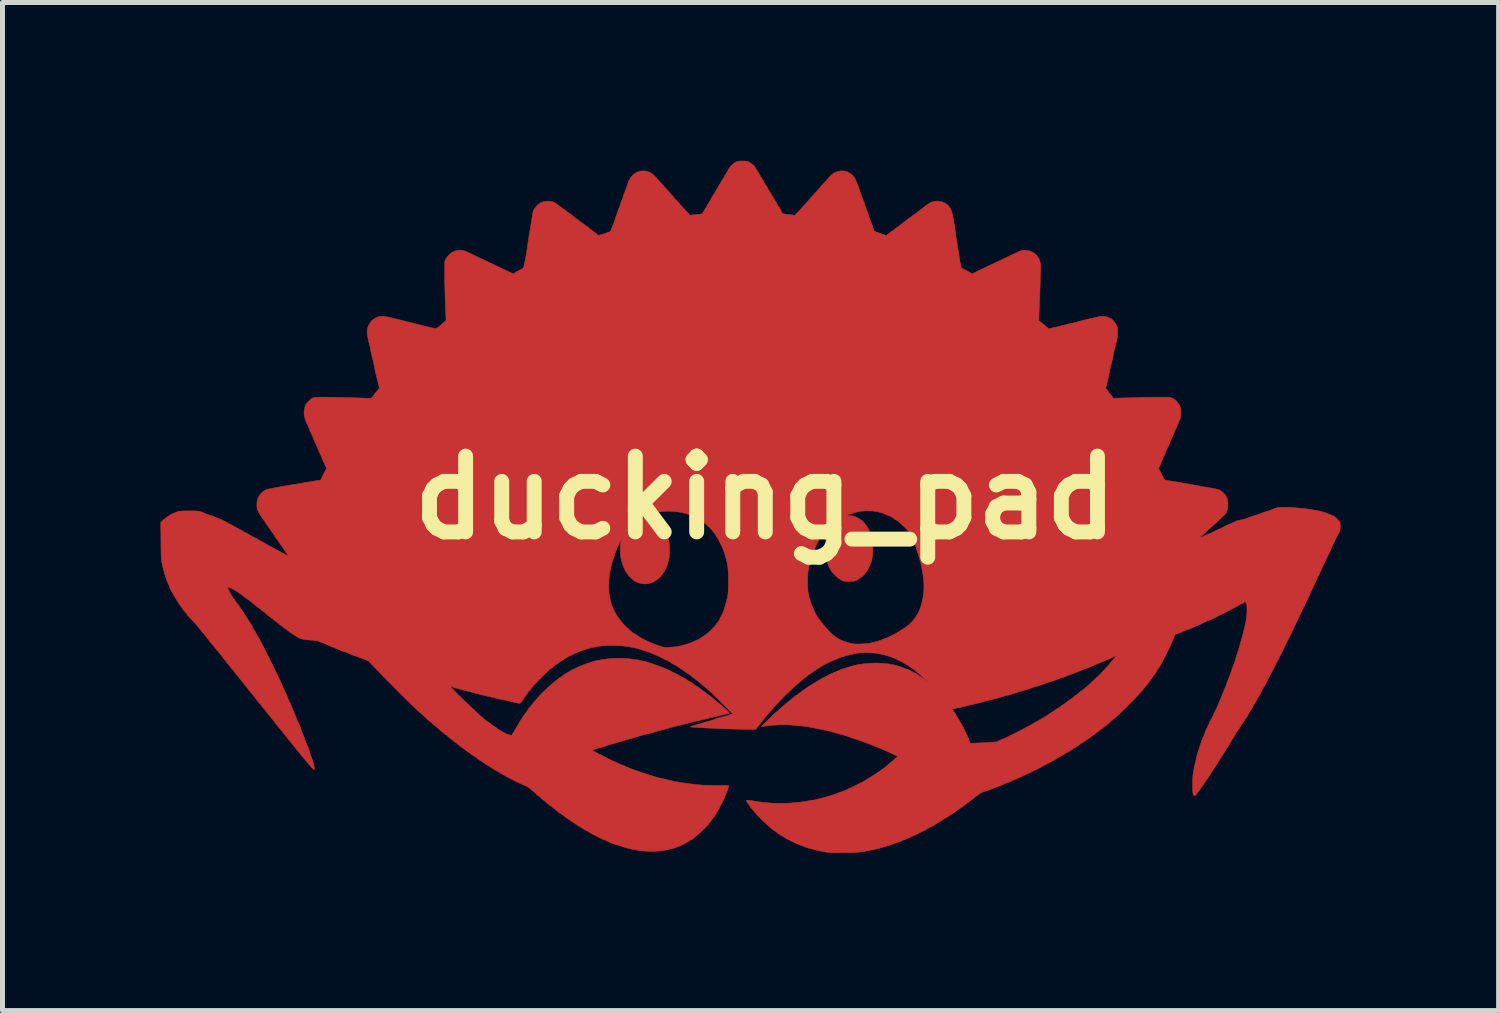
<source format=kicad_pcb>
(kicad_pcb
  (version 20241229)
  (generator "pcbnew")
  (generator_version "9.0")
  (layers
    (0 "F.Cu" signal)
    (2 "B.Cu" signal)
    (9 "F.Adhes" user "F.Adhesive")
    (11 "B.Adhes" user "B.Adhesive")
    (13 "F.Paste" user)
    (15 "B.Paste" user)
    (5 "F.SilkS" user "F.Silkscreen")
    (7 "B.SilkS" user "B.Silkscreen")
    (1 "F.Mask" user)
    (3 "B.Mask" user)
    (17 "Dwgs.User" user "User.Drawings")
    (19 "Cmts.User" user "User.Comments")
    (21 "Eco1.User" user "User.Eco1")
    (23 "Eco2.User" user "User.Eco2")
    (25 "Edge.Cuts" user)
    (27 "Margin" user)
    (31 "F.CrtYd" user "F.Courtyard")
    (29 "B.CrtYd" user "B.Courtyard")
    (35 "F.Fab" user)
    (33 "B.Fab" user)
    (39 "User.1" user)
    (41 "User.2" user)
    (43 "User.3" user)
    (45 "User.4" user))
  (footprint "ducking_pad"
    (layer "F.Cu")
    (at 12.332 6.952)
    (property "Reference" "ducking_pad" (at 0 0 0) (layer "F.SilkS") (effects (font (size 1.524 1.524) (thickness 0.3))))
    (attr through_hole)
    (fp_poly (pts (xy -0.409 -6.764) (xy -0.375 -6.761) (xy -0.35 -6.757) (xy -0.336 -6.751) (xy -0.315 -6.738) (xy -0.289 -6.721) (xy -0.263 -6.7) (xy -0.238 -6.681) (xy -0.22 -6.664) (xy -0.212 -6.654) (xy -0.212 -6.653) (xy -0.207 -6.643) (xy -0.195 -6.623) (xy -0.178 -6.596) (xy -0.169 -6.582) (xy -0.149 -6.552) (xy -0.133 -6.526) (xy -0.123 -6.509) (xy -0.121 -6.504) (xy -0.114 -6.491) (xy -0.1 -6.467) (xy -0.083 -6.439) (xy -0.08 -6.434) (xy -0.061 -6.405) (xy -0.045 -6.378) (xy -0.036 -6.359) (xy -0.035 -6.358) (xy -0.027 -6.341) (xy -0.011 -6.315) (xy 0.008 -6.286) (xy 0.012 -6.28) (xy 0.03 -6.252) (xy 0.044 -6.229) (xy 0.05 -6.215) (xy 0.051 -6.213) (xy 0.055 -6.202) (xy 0.067 -6.181) (xy 0.083 -6.156) (xy 0.104 -6.124) (xy 0.128 -6.085) (xy 0.148 -6.049) (xy 0.167 -6.016) (xy 0.187 -5.983) (xy 0.204 -5.958) (xy 0.205 -5.957) (xy 0.219 -5.936) (xy 0.227 -5.92) (xy 0.229 -5.916) (xy 0.233 -5.906) (xy 0.245 -5.885) (xy 0.262 -5.857) (xy 0.275 -5.837) (xy 0.295 -5.806) (xy 0.311 -5.779) (xy 0.32 -5.761) (xy 0.322 -5.755) (xy 0.327 -5.741) (xy 0.338 -5.724) (xy 0.346 -5.715) (xy 0.356 -5.709) (xy 0.371 -5.704) (xy 0.395 -5.699) (xy 0.43 -5.694) (xy 0.476 -5.689) (xy 0.597 -5.675) (xy 0.638 -5.718) (xy 0.667 -5.749) (xy 0.699 -5.784) (xy 0.719 -5.806) (xy 0.745 -5.836) (xy 0.773 -5.867) (xy 0.792 -5.887) (xy 0.813 -5.911) (xy 0.841 -5.942) (xy 0.87 -5.974) (xy 0.876 -5.982) (xy 0.907 -6.017) (xy 0.94 -6.054) (xy 0.971 -6.087) (xy 0.974 -6.091) (xy 1 -6.12) (xy 1.032 -6.156) (xy 1.066 -6.194) (xy 1.088 -6.219) (xy 1.117 -6.253) (xy 1.146 -6.285) (xy 1.171 -6.313) (xy 1.185 -6.328) (xy 1.229 -6.376) (xy 1.264 -6.415) (xy 1.292 -6.447) (xy 1.309 -6.466) (xy 1.328 -6.486) (xy 1.343 -6.499) (xy 1.35 -6.502) (xy 1.363 -6.508) (xy 1.375 -6.518) (xy 1.39 -6.529) (xy 1.416 -6.541) (xy 1.447 -6.553) (xy 1.449 -6.553) (xy 1.518 -6.567) (xy 1.586 -6.565) (xy 1.652 -6.546) (xy 1.713 -6.512) (xy 1.755 -6.475) (xy 1.774 -6.456) (xy 1.789 -6.437) (xy 1.802 -6.415) (xy 1.816 -6.386) (xy 1.833 -6.348) (xy 1.848 -6.309) (xy 1.865 -6.266) (xy 1.879 -6.227) (xy 1.89 -6.196) (xy 1.896 -6.176) (xy 1.897 -6.171) (xy 1.901 -6.15) (xy 1.905 -6.14) (xy 1.912 -6.124) (xy 1.924 -6.097) (xy 1.937 -6.063) (xy 1.952 -6.026) (xy 1.966 -5.989) (xy 1.977 -5.957) (xy 1.986 -5.932) (xy 1.99 -5.919) (xy 1.99 -5.918) (xy 1.993 -5.906) (xy 2 -5.882) (xy 2.012 -5.851) (xy 2.025 -5.815) (xy 2.038 -5.779) (xy 2.051 -5.747) (xy 2.061 -5.723) (xy 2.066 -5.713) (xy 2.073 -5.692) (xy 2.074 -5.68) (xy 2.078 -5.66) (xy 2.086 -5.636) (xy 2.086 -5.636) (xy 2.105 -5.592) (xy 2.126 -5.539) (xy 2.146 -5.484) (xy 2.162 -5.434) (xy 2.166 -5.421) (xy 2.176 -5.391) (xy 2.186 -5.367) (xy 2.194 -5.354) (xy 2.195 -5.353) (xy 2.206 -5.348) (xy 2.231 -5.339) (xy 2.265 -5.327) (xy 2.305 -5.312) (xy 2.319 -5.307) (xy 2.433 -5.268) (xy 2.468 -5.294) (xy 2.492 -5.314) (xy 2.515 -5.333) (xy 2.522 -5.34) (xy 2.539 -5.353) (xy 2.551 -5.359) (xy 2.552 -5.36) (xy 2.563 -5.365) (xy 2.581 -5.379) (xy 2.599 -5.394) (xy 2.625 -5.416) (xy 2.65 -5.434) (xy 2.663 -5.442) (xy 2.683 -5.454) (xy 2.696 -5.465) (xy 2.697 -5.466) (xy 2.707 -5.474) (xy 2.727 -5.491) (xy 2.755 -5.512) (xy 2.786 -5.535) (xy 2.818 -5.559) (xy 2.847 -5.581) (xy 2.868 -5.599) (xy 2.878 -5.608) (xy 2.891 -5.619) (xy 2.899 -5.622) (xy 2.91 -5.627) (xy 2.93 -5.641) (xy 2.954 -5.66) (xy 2.959 -5.664) (xy 2.984 -5.684) (xy 3.005 -5.699) (xy 3.018 -5.706) (xy 3.02 -5.707) (xy 3.033 -5.713) (xy 3.037 -5.718) (xy 3.046 -5.727) (xy 3.066 -5.744) (xy 3.094 -5.766) (xy 3.127 -5.79) (xy 3.128 -5.791) (xy 3.161 -5.816) (xy 3.188 -5.837) (xy 3.208 -5.852) (xy 3.216 -5.86) (xy 3.216 -5.861) (xy 3.225 -5.869) (xy 3.243 -5.88) (xy 3.251 -5.884) (xy 3.275 -5.898) (xy 3.294 -5.912) (xy 3.297 -5.914) (xy 3.325 -5.933) (xy 3.366 -5.948) (xy 3.414 -5.957) (xy 3.465 -5.959) (xy 3.476 -5.959) (xy 3.547 -5.947) (xy 3.611 -5.921) (xy 3.665 -5.881) (xy 3.709 -5.829) (xy 3.741 -5.767) (xy 3.753 -5.728) (xy 3.762 -5.687) (xy 3.773 -5.634) (xy 3.784 -5.573) (xy 3.796 -5.507) (xy 3.806 -5.442) (xy 3.816 -5.381) (xy 3.823 -5.328) (xy 3.827 -5.295) (xy 3.832 -5.255) (xy 3.839 -5.206) (xy 3.847 -5.153) (xy 3.856 -5.101) (xy 3.856 -5.1) (xy 3.866 -5.042) (xy 3.877 -4.976) (xy 3.889 -4.9) (xy 3.903 -4.812) (xy 3.919 -4.71) (xy 3.927 -4.658) (xy 3.93 -4.64) (xy 3.936 -4.628) (xy 3.946 -4.617) (xy 3.965 -4.605) (xy 3.995 -4.589) (xy 4.005 -4.584) (xy 4.037 -4.567) (xy 4.064 -4.553) (xy 4.081 -4.543) (xy 4.085 -4.54) (xy 4.097 -4.532) (xy 4.118 -4.519) (xy 4.125 -4.515) (xy 4.157 -4.497) (xy 4.222 -4.529) (xy 4.258 -4.547) (xy 4.302 -4.568) (xy 4.349 -4.591) (xy 4.386 -4.609) (xy 4.419 -4.624) (xy 4.451 -4.64) (xy 4.484 -4.656) (xy 4.52 -4.673) (xy 4.563 -4.693) (xy 4.614 -4.717) (xy 4.675 -4.746) (xy 4.75 -4.781) (xy 4.754 -4.783) (xy 4.803 -4.807) (xy 4.859 -4.833) (xy 4.913 -4.859) (xy 4.94 -4.873) (xy 5.003 -4.903) (xy 5.054 -4.926) (xy 5.093 -4.944) (xy 5.125 -4.957) (xy 5.152 -4.965) (xy 5.174 -4.97) (xy 5.196 -4.972) (xy 5.22 -4.973) (xy 5.224 -4.973) (xy 5.293 -4.965) (xy 5.357 -4.942) (xy 5.414 -4.906) (xy 5.462 -4.859) (xy 5.5 -4.802) (xy 5.524 -4.737) (xy 5.534 -4.674) (xy 5.535 -4.655) (xy 5.534 -4.622) (xy 5.533 -4.575) (xy 5.532 -4.516) (xy 5.53 -4.446) (xy 5.527 -4.368) (xy 5.525 -4.283) (xy 5.521 -4.192) (xy 5.518 -4.097) (xy 5.518 -4.089) (xy 5.497 -3.56) (xy 5.528 -3.533) (xy 5.548 -3.517) (xy 5.564 -3.507) (xy 5.569 -3.506) (xy 5.582 -3.498) (xy 5.585 -3.494) (xy 5.593 -3.483) (xy 5.611 -3.466) (xy 5.636 -3.444) (xy 5.644 -3.437) (xy 5.699 -3.393) (xy 5.749 -3.407) (xy 5.779 -3.414) (xy 5.803 -3.419) (xy 5.815 -3.421) (xy 5.828 -3.423) (xy 5.854 -3.429) (xy 5.891 -3.438) (xy 5.936 -3.449) (xy 5.986 -3.463) (xy 5.986 -3.463) (xy 6.036 -3.476) (xy 6.081 -3.488) (xy 6.119 -3.497) (xy 6.147 -3.503) (xy 6.161 -3.505) (xy 6.175 -3.507) (xy 6.202 -3.514) (xy 6.24 -3.523) (xy 6.287 -3.535) (xy 6.338 -3.549) (xy 6.349 -3.552) (xy 6.4 -3.566) (xy 6.447 -3.578) (xy 6.487 -3.588) (xy 6.516 -3.595) (xy 6.532 -3.598) (xy 6.534 -3.598) (xy 6.549 -3.6) (xy 6.576 -3.606) (xy 6.612 -3.614) (xy 6.652 -3.625) (xy 6.717 -3.639) (xy 6.77 -3.646) (xy 6.817 -3.645) (xy 6.859 -3.635) (xy 6.897 -3.619) (xy 6.922 -3.608) (xy 6.942 -3.6) (xy 6.949 -3.598) (xy 6.959 -3.592) (xy 6.975 -3.576) (xy 6.995 -3.554) (xy 7.014 -3.531) (xy 7.029 -3.513) (xy 7.037 -3.505) (xy 7.044 -3.495) (xy 7.055 -3.475) (xy 7.062 -3.458) (xy 7.071 -3.437) (xy 7.076 -3.415) (xy 7.079 -3.388) (xy 7.08 -3.351) (xy 7.08 -3.319) (xy 7.08 -3.284) (xy 7.078 -3.253) (xy 7.075 -3.223) (xy 7.07 -3.191) (xy 7.061 -3.152) (xy 7.05 -3.104) (xy 7.037 -3.05) (xy 7.024 -2.998) (xy 7.012 -2.95) (xy 7.003 -2.91) (xy 6.997 -2.88) (xy 6.994 -2.863) (xy 6.993 -2.861) (xy 6.991 -2.848) (xy 6.986 -2.821) (xy 6.977 -2.783) (xy 6.966 -2.736) (xy 6.953 -2.683) (xy 6.947 -2.657) (xy 6.933 -2.602) (xy 6.921 -2.552) (xy 6.912 -2.51) (xy 6.905 -2.477) (xy 6.901 -2.457) (xy 6.9 -2.452) (xy 6.898 -2.438) (xy 6.893 -2.41) (xy 6.885 -2.374) (xy 6.875 -2.331) (xy 6.871 -2.317) (xy 6.842 -2.199) (xy 6.871 -2.163) (xy 6.887 -2.142) (xy 6.898 -2.124) (xy 6.9 -2.118) (xy 6.907 -2.106) (xy 6.912 -2.103) (xy 6.922 -2.095) (xy 6.939 -2.076) (xy 6.958 -2.051) (xy 6.961 -2.047) (xy 6.998 -1.996) (xy 7.137 -2.001) (xy 7.254 -2.005) (xy 7.369 -2.008) (xy 7.481 -2.011) (xy 7.589 -2.014) (xy 7.691 -2.016) (xy 7.786 -2.018) (xy 7.873 -2.019) (xy 7.95 -2.019) (xy 8.016 -2.019) (xy 8.069 -2.019) (xy 8.109 -2.018) (xy 8.134 -2.016) (xy 8.139 -2.016) (xy 8.187 -1.998) (xy 8.234 -1.967) (xy 8.278 -1.925) (xy 8.314 -1.876) (xy 8.324 -1.857) (xy 8.336 -1.831) (xy 8.345 -1.809) (xy 8.349 -1.787) (xy 8.352 -1.761) (xy 8.352 -1.724) (xy 8.352 -1.706) (xy 8.352 -1.663) (xy 8.35 -1.632) (xy 8.346 -1.609) (xy 8.34 -1.587) (xy 8.329 -1.564) (xy 8.317 -1.537) (xy 8.309 -1.517) (xy 8.306 -1.507) (xy 8.302 -1.497) (xy 8.293 -1.474) (xy 8.279 -1.444) (xy 8.263 -1.411) (xy 8.247 -1.375) (xy 8.233 -1.344) (xy 8.224 -1.322) (xy 8.221 -1.313) (xy 8.218 -1.302) (xy 8.208 -1.279) (xy 8.194 -1.248) (xy 8.179 -1.215) (xy 8.162 -1.179) (xy 8.148 -1.149) (xy 8.139 -1.127) (xy 8.136 -1.118) (xy 8.133 -1.107) (xy 8.124 -1.085) (xy 8.11 -1.053) (xy 8.092 -1.016) (xy 8.09 -1.011) (xy 8.072 -0.974) (xy 8.058 -0.942) (xy 8.048 -0.918) (xy 8.043 -0.906) (xy 8.043 -0.906) (xy 8.04 -0.895) (xy 8.031 -0.873) (xy 8.017 -0.843) (xy 8.004 -0.815) (xy 7.987 -0.778) (xy 7.971 -0.743) (xy 7.959 -0.715) (xy 7.954 -0.703) (xy 7.944 -0.677) (xy 7.931 -0.646) (xy 7.924 -0.631) (xy 7.905 -0.59) (xy 7.933 -0.534) (xy 7.951 -0.498) (xy 7.972 -0.455) (xy 7.992 -0.416) (xy 7.993 -0.415) (xy 8.005 -0.391) (xy 8.014 -0.374) (xy 8.023 -0.362) (xy 8.036 -0.354) (xy 8.054 -0.348) (xy 8.081 -0.343) (xy 8.12 -0.338) (xy 8.162 -0.332) (xy 8.186 -0.328) (xy 8.224 -0.322) (xy 8.272 -0.314) (xy 8.327 -0.305) (xy 8.386 -0.294) (xy 8.412 -0.29) (xy 8.475 -0.279) (xy 8.55 -0.265) (xy 8.632 -0.251) (xy 8.716 -0.236) (xy 8.797 -0.222) (xy 8.856 -0.211) (xy 8.926 -0.199) (xy 8.989 -0.187) (xy 9.043 -0.176) (xy 9.087 -0.166) (xy 9.119 -0.158) (xy 9.135 -0.152) (xy 9.136 -0.152) (xy 9.164 -0.133) (xy 9.196 -0.106) (xy 9.227 -0.076) (xy 9.25 -0.048) (xy 9.256 -0.038) (xy 9.286 0.033) (xy 9.3 0.109) (xy 9.298 0.186) (xy 9.282 0.261) (xy 9.281 0.264) (xy 9.27 0.291) (xy 9.258 0.313) (xy 9.243 0.334) (xy 9.219 0.358) (xy 9.193 0.382) (xy 9.161 0.411) (xy 9.132 0.438) (xy 9.108 0.46) (xy 9.098 0.47) (xy 9.078 0.489) (xy 9.047 0.517) (xy 9.009 0.552) (xy 8.964 0.593) (xy 8.916 0.637) (xy 8.866 0.682) (xy 8.82 0.724) (xy 8.79 0.752) (xy 8.764 0.775) (xy 8.746 0.792) (xy 8.738 0.801) (xy 8.738 0.801) (xy 8.745 0.801) (xy 8.764 0.794) (xy 8.791 0.784) (xy 8.823 0.771) (xy 8.856 0.757) (xy 8.887 0.742) (xy 8.888 0.742) (xy 8.918 0.727) (xy 8.942 0.717) (xy 8.956 0.711) (xy 8.958 0.711) (xy 8.968 0.707) (xy 8.99 0.697) (xy 9.02 0.682) (xy 9.045 0.669) (xy 9.079 0.651) (xy 9.107 0.637) (xy 9.128 0.629) (xy 9.135 0.627) (xy 9.147 0.623) (xy 9.169 0.612) (xy 9.198 0.597) (xy 9.212 0.589) (xy 9.245 0.572) (xy 9.273 0.557) (xy 9.294 0.548) (xy 9.298 0.546) (xy 9.313 0.541) (xy 9.34 0.529) (xy 9.374 0.514) (xy 9.407 0.499) (xy 9.461 0.475) (xy 9.506 0.459) (xy 9.546 0.451) (xy 9.555 0.449) (xy 9.591 0.442) (xy 9.636 0.43) (xy 9.687 0.414) (xy 9.716 0.403) (xy 9.755 0.388) (xy 9.788 0.376) (xy 9.813 0.368) (xy 9.826 0.364) (xy 9.827 0.364) (xy 9.838 0.361) (xy 9.862 0.353) (xy 9.895 0.342) (xy 9.936 0.327) (xy 9.961 0.318) (xy 10.004 0.301) (xy 10.042 0.288) (xy 10.073 0.278) (xy 10.092 0.272) (xy 10.097 0.271) (xy 10.109 0.268) (xy 10.133 0.26) (xy 10.166 0.248) (xy 10.205 0.233) (xy 10.206 0.233) (xy 10.304 0.195) (xy 10.425 0.195) (xy 10.521 0.197) (xy 10.623 0.202) (xy 10.73 0.211) (xy 10.838 0.222) (xy 10.943 0.235) (xy 11.041 0.251) (xy 11.129 0.268) (xy 11.201 0.285) (xy 11.229 0.293) (xy 11.264 0.305) (xy 11.3 0.319) (xy 11.335 0.333) (xy 11.364 0.345) (xy 11.381 0.354) (xy 11.383 0.355) (xy 11.398 0.362) (xy 11.415 0.367) (xy 11.433 0.376) (xy 11.458 0.395) (xy 11.486 0.42) (xy 11.513 0.448) (xy 11.536 0.474) (xy 11.55 0.495) (xy 11.553 0.502) (xy 11.555 0.521) (xy 11.556 0.551) (xy 11.556 0.587) (xy 11.556 0.599) (xy 11.554 0.636) (xy 11.55 0.663) (xy 11.543 0.685) (xy 11.531 0.708) (xy 11.521 0.724) (xy 11.5 0.761) (xy 11.479 0.802) (xy 11.467 0.83) (xy 11.45 0.867) (xy 11.429 0.909) (xy 11.411 0.943) (xy 11.396 0.972) (xy 11.385 0.995) (xy 11.38 1.009) (xy 11.379 1.011) (xy 11.379 1.016) (xy 11.375 1.024) (xy 11.369 1.039) (xy 11.359 1.06) (xy 11.345 1.091) (xy 11.326 1.131) (xy 11.3 1.182) (xy 11.269 1.247) (xy 11.249 1.287) (xy 11.231 1.324) (xy 11.216 1.356) (xy 11.206 1.38) (xy 11.201 1.391) (xy 11.201 1.392) (xy 11.198 1.402) (xy 11.188 1.424) (xy 11.174 1.455) (xy 11.158 1.489) (xy 11.134 1.538) (xy 11.11 1.587) (xy 11.085 1.64) (xy 11.058 1.699) (xy 11.026 1.768) (xy 10.99 1.846) (xy 10.967 1.894) (xy 10.943 1.946) (xy 10.921 1.993) (xy 10.903 2.032) (xy 10.901 2.036) (xy 10.882 2.075) (xy 10.859 2.123) (xy 10.836 2.174) (xy 10.817 2.214) (xy 10.793 2.265) (xy 10.765 2.321) (xy 10.739 2.377) (xy 10.722 2.413) (xy 10.698 2.462) (xy 10.672 2.516) (xy 10.647 2.568) (xy 10.632 2.599) (xy 10.607 2.652) (xy 10.587 2.695) (xy 10.569 2.731) (xy 10.552 2.765) (xy 10.534 2.802) (xy 10.533 2.802) (xy 10.504 2.862) (xy 10.477 2.916) (xy 10.453 2.964) (xy 10.435 3.003) (xy 10.422 3.031) (xy 10.415 3.047) (xy 10.414 3.05) (xy 10.41 3.06) (xy 10.4 3.081) (xy 10.384 3.11) (xy 10.372 3.133) (xy 10.354 3.165) (xy 10.34 3.193) (xy 10.331 3.212) (xy 10.329 3.218) (xy 10.325 3.231) (xy 10.314 3.249) (xy 10.314 3.25) (xy 10.301 3.271) (xy 10.282 3.305) (xy 10.257 3.354) (xy 10.226 3.417) (xy 10.222 3.425) (xy 10.214 3.441) (xy 10.199 3.469) (xy 10.18 3.505) (xy 10.159 3.546) (xy 10.149 3.564) (xy 10.126 3.609) (xy 10.103 3.653) (xy 10.083 3.693) (xy 10.068 3.723) (xy 10.064 3.73) (xy 10.05 3.758) (xy 10.037 3.781) (xy 10.029 3.793) (xy 10.02 3.806) (xy 10.007 3.83) (xy 9.99 3.861) (xy 9.982 3.878) (xy 9.965 3.911) (xy 9.95 3.939) (xy 9.939 3.958) (xy 9.936 3.962) (xy 9.928 3.975) (xy 9.914 3.999) (xy 9.896 4.03) (xy 9.88 4.06) (xy 9.862 4.094) (xy 9.846 4.122) (xy 9.834 4.142) (xy 9.829 4.149) (xy 9.821 4.159) (xy 9.812 4.179) (xy 9.809 4.183) (xy 9.798 4.206) (xy 9.781 4.237) (xy 9.761 4.269) (xy 9.742 4.297) (xy 9.729 4.315) (xy 9.721 4.329) (xy 9.71 4.351) (xy 9.707 4.357) (xy 9.695 4.383) (xy 9.681 4.404) (xy 9.679 4.407) (xy 9.668 4.421) (xy 9.651 4.446) (xy 9.631 4.477) (xy 9.614 4.504) (xy 9.592 4.538) (xy 9.572 4.568) (xy 9.556 4.59) (xy 9.549 4.599) (xy 9.537 4.615) (xy 9.533 4.626) (xy 9.528 4.638) (xy 9.515 4.658) (xy 9.506 4.67) (xy 9.489 4.693) (xy 9.467 4.725) (xy 9.445 4.76) (xy 9.437 4.775) (xy 9.418 4.807) (xy 9.401 4.834) (xy 9.389 4.852) (xy 9.385 4.857) (xy 9.373 4.874) (xy 9.368 4.887) (xy 9.361 4.902) (xy 9.348 4.926) (xy 9.331 4.953) (xy 9.312 4.982) (xy 9.296 5.006) (xy 9.283 5.023) (xy 9.277 5.028) (xy 9.271 5.038) (xy 9.271 5.042) (xy 9.266 5.054) (xy 9.254 5.076) (xy 9.237 5.103) (xy 9.232 5.11) (xy 9.213 5.139) (xy 9.198 5.163) (xy 9.189 5.179) (xy 9.188 5.181) (xy 9.18 5.194) (xy 9.166 5.217) (xy 9.148 5.244) (xy 9.148 5.244) (xy 9.127 5.276) (xy 9.107 5.308) (xy 9.093 5.33) (xy 9.077 5.357) (xy 9.056 5.39) (xy 9.04 5.414) (xy 9.007 5.463) (xy 8.982 5.501) (xy 8.963 5.53) (xy 8.949 5.552) (xy 8.938 5.569) (xy 8.929 5.585) (xy 8.925 5.591) (xy 8.91 5.616) (xy 8.895 5.638) (xy 8.89 5.643) (xy 8.879 5.658) (xy 8.862 5.683) (xy 8.842 5.713) (xy 8.835 5.723) (xy 8.813 5.756) (xy 8.792 5.787) (xy 8.774 5.81) (xy 8.77 5.815) (xy 8.755 5.834) (xy 8.747 5.849) (xy 8.746 5.853) (xy 8.741 5.865) (xy 8.727 5.883) (xy 8.716 5.896) (xy 8.693 5.923) (xy 8.672 5.952) (xy 8.665 5.962) (xy 8.645 5.986) (xy 8.628 5.994) (xy 8.612 5.985) (xy 8.601 5.963) (xy 8.596 5.943) (xy 8.593 5.912) (xy 8.591 5.868) (xy 8.59 5.809) (xy 8.59 5.762) (xy 8.59 5.699) (xy 8.591 5.648) (xy 8.594 5.606) (xy 8.597 5.568) (xy 8.603 5.53) (xy 8.61 5.487) (xy 8.613 5.474) (xy 8.622 5.427) (xy 8.632 5.382) (xy 8.64 5.344) (xy 8.647 5.317) (xy 8.648 5.313) (xy 8.656 5.284) (xy 8.661 5.258) (xy 8.661 5.248) (xy 8.663 5.236) (xy 8.668 5.215) (xy 8.676 5.184) (xy 8.689 5.142) (xy 8.706 5.087) (xy 8.728 5.019) (xy 8.755 4.936) (xy 8.759 4.923) (xy 8.766 4.903) (xy 8.773 4.884) (xy 8.781 4.865) (xy 8.791 4.839) (xy 8.806 4.805) (xy 8.817 4.781) (xy 8.829 4.753) (xy 8.837 4.731) (xy 8.839 4.72) (xy 8.843 4.708) (xy 8.852 4.685) (xy 8.867 4.654) (xy 8.882 4.624) (xy 8.898 4.589) (xy 8.912 4.559) (xy 8.921 4.538) (xy 8.924 4.529) (xy 8.928 4.519) (xy 8.938 4.497) (xy 8.954 4.468) (xy 8.966 4.446) (xy 8.984 4.414) (xy 8.998 4.386) (xy 9.007 4.368) (xy 9.009 4.363) (xy 9.012 4.352) (xy 9.022 4.33) (xy 9.037 4.3) (xy 9.05 4.275) (xy 9.07 4.236) (xy 9.088 4.198) (xy 9.101 4.167) (xy 9.106 4.153) (xy 9.117 4.123) (xy 9.133 4.087) (xy 9.148 4.051) (xy 9.162 4.02) (xy 9.174 3.991) (xy 9.182 3.972) (xy 9.182 3.971) (xy 9.189 3.951) (xy 9.202 3.919) (xy 9.219 3.878) (xy 9.239 3.831) (xy 9.255 3.796) (xy 9.265 3.772) (xy 9.27 3.753) (xy 9.271 3.749) (xy 9.274 3.736) (xy 9.283 3.712) (xy 9.295 3.682) (xy 9.301 3.666) (xy 9.318 3.626) (xy 9.334 3.585) (xy 9.347 3.55) (xy 9.349 3.543) (xy 9.371 3.48) (xy 9.39 3.425) (xy 9.406 3.382) (xy 9.418 3.352) (xy 9.42 3.348) (xy 9.429 3.325) (xy 9.438 3.293) (xy 9.444 3.274) (xy 9.451 3.249) (xy 9.462 3.212) (xy 9.476 3.167) (xy 9.492 3.119) (xy 9.499 3.097) (xy 9.536 2.978) (xy 9.572 2.853) (xy 9.605 2.729) (xy 9.634 2.61) (xy 9.653 2.519) (xy 9.665 2.458) (xy 9.673 2.409) (xy 9.678 2.366) (xy 9.68 2.324) (xy 9.682 2.277) (xy 9.682 2.261) (xy 9.681 2.214) (xy 9.68 2.181) (xy 9.678 2.158) (xy 9.675 2.142) (xy 9.669 2.129) (xy 9.662 2.119) (xy 9.642 2.091) (xy 9.621 2.108) (xy 9.603 2.12) (xy 9.589 2.125) (xy 9.589 2.125) (xy 9.577 2.129) (xy 9.556 2.14) (xy 9.54 2.15) (xy 9.514 2.165) (xy 9.478 2.186) (xy 9.433 2.21) (xy 9.381 2.238) (xy 9.323 2.268) (xy 9.263 2.299) (xy 9.201 2.331) (xy 9.141 2.361) (xy 9.083 2.39) (xy 9.03 2.416) (xy 8.984 2.438) (xy 8.947 2.456) (xy 8.92 2.467) (xy 8.906 2.472) (xy 8.906 2.472) (xy 8.893 2.476) (xy 8.868 2.486) (xy 8.836 2.501) (xy 8.799 2.519) (xy 8.763 2.537) (xy 8.732 2.552) (xy 8.709 2.562) (xy 8.698 2.565) (xy 8.698 2.565) (xy 8.687 2.569) (xy 8.664 2.578) (xy 8.633 2.592) (xy 8.598 2.608) (xy 8.562 2.624) (xy 8.531 2.638) (xy 8.509 2.647) (xy 8.499 2.65) (xy 8.488 2.653) (xy 8.465 2.661) (xy 8.435 2.673) (xy 8.402 2.687) (xy 8.368 2.701) (xy 8.339 2.714) (xy 8.318 2.724) (xy 8.312 2.726) (xy 8.292 2.733) (xy 8.278 2.735) (xy 8.249 2.742) (xy 8.228 2.763) (xy 8.219 2.788) (xy 8.213 2.807) (xy 8.202 2.837) (xy 8.187 2.873) (xy 8.175 2.899) (xy 8.159 2.933) (xy 8.147 2.962) (xy 8.139 2.982) (xy 8.136 2.989) (xy 8.133 2.998) (xy 8.123 3.019) (xy 8.108 3.051) (xy 8.089 3.089) (xy 8.067 3.132) (xy 8.045 3.176) (xy 8.023 3.22) (xy 8.002 3.261) (xy 7.984 3.295) (xy 7.97 3.321) (xy 7.967 3.327) (xy 7.944 3.366) (xy 7.923 3.401) (xy 7.905 3.428) (xy 7.893 3.445) (xy 7.892 3.446) (xy 7.88 3.462) (xy 7.869 3.484) (xy 7.869 3.485) (xy 7.857 3.507) (xy 7.846 3.524) (xy 7.845 3.524) (xy 7.835 3.536) (xy 7.819 3.558) (xy 7.798 3.588) (xy 7.78 3.612) (xy 7.75 3.655) (xy 7.726 3.688) (xy 7.708 3.714) (xy 7.691 3.735) (xy 7.675 3.755) (xy 7.658 3.775) (xy 7.635 3.801) (xy 7.615 3.827) (xy 7.605 3.841) (xy 7.587 3.864) (xy 7.565 3.89) (xy 7.559 3.897) (xy 7.54 3.917) (xy 7.515 3.945) (xy 7.488 3.976) (xy 7.48 3.984) (xy 7.456 4.01) (xy 7.42 4.048) (xy 7.374 4.095) (xy 7.318 4.151) (xy 7.254 4.215) (xy 7.181 4.287) (xy 7.101 4.365) (xy 7.098 4.368) (xy 7.075 4.389) (xy 7.058 4.404) (xy 7.048 4.411) (xy 7.048 4.411) (xy 7.039 4.416) (xy 7.021 4.43) (xy 6.998 4.451) (xy 6.992 4.456) (xy 6.961 4.484) (xy 6.934 4.508) (xy 6.91 4.529) (xy 6.886 4.549) (xy 6.86 4.57) (xy 6.828 4.594) (xy 6.789 4.624) (xy 6.74 4.662) (xy 6.725 4.673) (xy 6.693 4.698) (xy 6.666 4.719) (xy 6.647 4.735) (xy 6.639 4.743) (xy 6.639 4.743) (xy 6.63 4.751) (xy 6.612 4.761) (xy 6.61 4.762) (xy 6.587 4.776) (xy 6.561 4.795) (xy 6.551 4.803) (xy 6.527 4.823) (xy 6.504 4.839) (xy 6.496 4.844) (xy 6.474 4.857) (xy 6.445 4.877) (xy 6.412 4.9) (xy 6.383 4.923) (xy 6.382 4.924) (xy 6.367 4.934) (xy 6.36 4.936) (xy 6.35 4.941) (xy 6.33 4.954) (xy 6.304 4.972) (xy 6.29 4.982) (xy 6.261 5.003) (xy 6.235 5.019) (xy 6.217 5.028) (xy 6.212 5.029) (xy 6.2 5.032) (xy 6.198 5.036) (xy 6.191 5.043) (xy 6.174 5.056) (xy 6.157 5.067) (xy 6.133 5.083) (xy 6.113 5.097) (xy 6.106 5.103) (xy 6.091 5.112) (xy 6.084 5.114) (xy 6.071 5.118) (xy 6.05 5.13) (xy 6.031 5.142) (xy 6.004 5.16) (xy 5.968 5.181) (xy 5.931 5.202) (xy 5.922 5.207) (xy 5.892 5.224) (xy 5.868 5.238) (xy 5.853 5.247) (xy 5.85 5.249) (xy 5.842 5.255) (xy 5.82 5.268) (xy 5.789 5.285) (xy 5.751 5.306) (xy 5.708 5.328) (xy 5.663 5.352) (xy 5.647 5.36) (xy 5.621 5.373) (xy 5.602 5.383) (xy 5.584 5.393) (xy 5.562 5.405) (xy 5.533 5.421) (xy 5.514 5.431) (xy 5.483 5.448) (xy 5.457 5.461) (xy 5.441 5.468) (xy 5.437 5.469) (xy 5.426 5.473) (xy 5.405 5.483) (xy 5.378 5.498) (xy 5.371 5.501) (xy 5.339 5.519) (xy 5.308 5.534) (xy 5.285 5.544) (xy 5.283 5.545) (xy 5.262 5.554) (xy 5.232 5.568) (xy 5.196 5.585) (xy 5.182 5.592) (xy 5.148 5.609) (xy 5.117 5.623) (xy 5.095 5.632) (xy 5.088 5.634) (xy 5.073 5.64) (xy 5.046 5.652) (xy 5.011 5.667) (xy 4.971 5.685) (xy 4.968 5.686) (xy 4.93 5.704) (xy 4.898 5.718) (xy 4.873 5.728) (xy 4.861 5.732) (xy 4.86 5.732) (xy 4.848 5.735) (xy 4.826 5.744) (xy 4.815 5.748) (xy 4.756 5.775) (xy 4.71 5.795) (xy 4.678 5.808) (xy 4.659 5.815) (xy 4.653 5.817) (xy 4.642 5.82) (xy 4.618 5.828) (xy 4.585 5.84) (xy 4.547 5.856) (xy 4.539 5.859) (xy 4.499 5.875) (xy 4.465 5.888) (xy 4.439 5.897) (xy 4.425 5.901) (xy 4.424 5.901) (xy 4.401 5.906) (xy 4.37 5.917) (xy 4.337 5.933) (xy 4.307 5.951) (xy 4.288 5.966) (xy 4.269 5.982) (xy 4.255 5.993) (xy 4.25 5.994) (xy 4.241 6) (xy 4.224 6.013) (xy 4.203 6.03) (xy 4.177 6.053) (xy 4.151 6.073) (xy 4.135 6.083) (xy 4.113 6.098) (xy 4.086 6.118) (xy 4.067 6.132) (xy 4.019 6.169) (xy 3.975 6.202) (xy 3.936 6.231) (xy 3.904 6.252) (xy 3.884 6.265) (xy 3.883 6.265) (xy 3.86 6.28) (xy 3.837 6.298) (xy 3.837 6.299) (xy 3.814 6.317) (xy 3.787 6.335) (xy 3.784 6.337) (xy 3.761 6.351) (xy 3.732 6.37) (xy 3.7 6.391) (xy 3.699 6.392) (xy 3.667 6.414) (xy 3.634 6.434) (xy 3.608 6.449) (xy 3.608 6.449) (xy 3.583 6.464) (xy 3.563 6.478) (xy 3.558 6.483) (xy 3.541 6.495) (xy 3.517 6.509) (xy 3.51 6.513) (xy 3.484 6.526) (xy 3.453 6.544) (xy 3.425 6.562) (xy 3.396 6.58) (xy 3.37 6.596) (xy 3.353 6.605) (xy 3.332 6.615) (xy 3.319 6.622) (xy 3.305 6.63) (xy 3.281 6.642) (xy 3.265 6.651) (xy 3.239 6.666) (xy 3.219 6.679) (xy 3.211 6.685) (xy 3.195 6.695) (xy 3.187 6.697) (xy 3.174 6.701) (xy 3.151 6.712) (xy 3.12 6.727) (xy 3.097 6.739) (xy 3.064 6.757) (xy 3.036 6.771) (xy 3.017 6.78) (xy 3.01 6.782) (xy 2.999 6.785) (xy 2.976 6.795) (xy 2.944 6.81) (xy 2.908 6.828) (xy 2.906 6.828) (xy 2.869 6.846) (xy 2.836 6.861) (xy 2.811 6.871) (xy 2.797 6.875) (xy 2.797 6.875) (xy 2.779 6.878) (xy 2.772 6.882) (xy 2.757 6.891) (xy 2.729 6.904) (xy 2.688 6.919) (xy 2.639 6.937) (xy 2.583 6.957) (xy 2.523 6.977) (xy 2.461 6.997) (xy 2.4 7.016) (xy 2.342 7.033) (xy 2.29 7.048) (xy 2.245 7.06) (xy 2.218 7.066) (xy 2.174 7.075) (xy 2.123 7.085) (xy 2.075 7.095) (xy 2.07 7.096) (xy 2.011 7.107) (xy 1.957 7.117) (xy 1.906 7.124) (xy 1.854 7.129) (xy 1.799 7.133) (xy 1.736 7.135) (xy 1.664 7.136) (xy 1.579 7.136) (xy 1.551 7.136) (xy 1.485 7.136) (xy 1.424 7.135) (xy 1.369 7.134) (xy 1.324 7.134) (xy 1.29 7.133) (xy 1.269 7.132) (xy 1.266 7.132) (xy 1.228 7.126) (xy 1.18 7.117) (xy 1.127 7.107) (xy 1.075 7.096) (xy 1.029 7.086) (xy 0.995 7.077) (xy 0.995 7.077) (xy 0.958 7.067) (xy 0.922 7.058) (xy 0.896 7.052) (xy 0.871 7.046) (xy 0.836 7.035) (xy 0.796 7.021) (xy 0.769 7.01) (xy 0.728 6.993) (xy 0.688 6.978) (xy 0.655 6.965) (xy 0.639 6.959) (xy 0.611 6.948) (xy 0.575 6.931) (xy 0.539 6.912) (xy 0.534 6.91) (xy 0.505 6.894) (xy 0.481 6.882) (xy 0.466 6.875) (xy 0.464 6.875) (xy 0.454 6.871) (xy 0.433 6.859) (xy 0.405 6.842) (xy 0.387 6.83) (xy 0.354 6.81) (xy 0.324 6.791) (xy 0.301 6.778) (xy 0.294 6.774) (xy 0.273 6.761) (xy 0.247 6.742) (xy 0.239 6.735) (xy 0.215 6.716) (xy 0.193 6.701) (xy 0.186 6.697) (xy 0.164 6.683) (xy 0.133 6.658) (xy 0.094 6.626) (xy 0.051 6.588) (xy 0.005 6.545) (xy -0.041 6.502) (xy -0.086 6.458) (xy -0.126 6.417) (xy -0.16 6.381) (xy -0.165 6.375) (xy -0.195 6.34) (xy -0.224 6.307) (xy -0.25 6.278) (xy -0.265 6.261) (xy -0.282 6.24) (xy -0.294 6.224) (xy -0.296 6.217) (xy -0.302 6.206) (xy -0.315 6.189) (xy -0.317 6.186) (xy -0.339 6.16) (xy -0.359 6.132) (xy -0.374 6.108) (xy -0.381 6.09) (xy -0.381 6.089) (xy -0.378 6.083) (xy -0.367 6.081) (xy -0.347 6.081) (xy -0.317 6.084) (xy -0.273 6.091) (xy -0.216 6.101) (xy -0.199 6.104) (xy -0.038 6.127) (xy 0.133 6.141) (xy 0.309 6.145) (xy 0.486 6.141) (xy 0.658 6.127) (xy 0.822 6.104) (xy 0.866 6.096) (xy 0.905 6.089) (xy 0.939 6.083) (xy 0.965 6.08) (xy 0.974 6.079) (xy 0.99 6.077) (xy 1.019 6.071) (xy 1.056 6.062) (xy 1.098 6.05) (xy 1.106 6.048) (xy 1.155 6.035) (xy 1.206 6.021) (xy 1.252 6.008) (xy 1.287 5.998) (xy 1.331 5.985) (xy 1.381 5.969) (xy 1.426 5.952) (xy 1.431 5.95) (xy 1.469 5.935) (xy 1.508 5.92) (xy 1.54 5.909) (xy 1.547 5.907) (xy 1.574 5.897) (xy 1.611 5.882) (xy 1.65 5.864) (xy 1.67 5.855) (xy 1.703 5.839) (xy 1.731 5.826) (xy 1.75 5.818) (xy 1.755 5.817) (xy 1.765 5.813) (xy 1.786 5.802) (xy 1.815 5.787) (xy 1.839 5.774) (xy 1.872 5.757) (xy 1.899 5.743) (xy 1.918 5.734) (xy 1.924 5.732) (xy 1.934 5.728) (xy 1.956 5.716) (xy 1.984 5.7) (xy 2.005 5.687) (xy 2.042 5.664) (xy 2.077 5.642) (xy 2.106 5.625) (xy 2.117 5.618) (xy 2.164 5.589) (xy 2.218 5.554) (xy 2.274 5.515) (xy 2.33 5.476) (xy 2.38 5.439) (xy 2.422 5.407) (xy 2.432 5.398) (xy 2.454 5.38) (xy 2.483 5.356) (xy 2.514 5.33) (xy 2.52 5.326) (xy 2.552 5.298) (xy 2.587 5.268) (xy 2.616 5.242) (xy 2.618 5.24) (xy 2.661 5.201) (xy 2.624 5.181) (xy 2.595 5.166) (xy 2.559 5.149) (xy 2.536 5.138) (xy 2.448 5.099) (xy 2.374 5.068) (xy 2.316 5.043) (xy 2.272 5.025) (xy 2.248 5.016) (xy 2.216 5.004) (xy 2.179 4.989) (xy 2.155 4.978) (xy 2.122 4.964) (xy 2.089 4.951) (xy 2.07 4.944) (xy 2.049 4.937) (xy 2.016 4.925) (xy 1.977 4.91) (xy 1.941 4.897) (xy 1.899 4.881) (xy 1.859 4.867) (xy 1.826 4.856) (xy 1.806 4.851) (xy 1.775 4.843) (xy 1.747 4.833) (xy 1.74 4.83) (xy 1.716 4.82) (xy 1.684 4.808) (xy 1.646 4.795) (xy 1.607 4.782) (xy 1.571 4.771) (xy 1.543 4.763) (xy 1.525 4.759) (xy 1.522 4.758) (xy 1.508 4.756) (xy 1.482 4.749) (xy 1.447 4.739) (xy 1.406 4.727) (xy 1.394 4.724) (xy 1.344 4.709) (xy 1.291 4.694) (xy 1.241 4.682) (xy 1.202 4.674) (xy 1.166 4.667) (xy 1.118 4.657) (xy 1.063 4.646) (xy 1.007 4.634) (xy 0.974 4.628) (xy 0.917 4.617) (xy 0.858 4.606) (xy 0.802 4.598) (xy 0.754 4.591) (xy 0.732 4.589) (xy 0.686 4.585) (xy 0.631 4.581) (xy 0.572 4.576) (xy 0.521 4.571) (xy 0.449 4.567) (xy 0.37 4.565) (xy 0.294 4.566) (xy 0.279 4.567) (xy 0.226 4.57) (xy 0.168 4.574) (xy 0.11 4.579) (xy 0.056 4.585) (xy 0.007 4.591) (xy -0.031 4.597) (xy -0.056 4.602) (xy -0.057 4.602) (xy -0.072 4.605) (xy -0.076 4.603) (xy -0.07 4.595) (xy -0.055 4.578) (xy -0.031 4.554) (xy -0.001 4.524) (xy 0.015 4.508) (xy 0.052 4.472) (xy 0.09 4.434) (xy 0.125 4.4) (xy 0.152 4.373) (xy 0.157 4.368) (xy 0.18 4.345) (xy 0.199 4.328) (xy 0.211 4.319) (xy 0.213 4.318) (xy 0.221 4.313) (xy 0.238 4.298) (xy 0.258 4.28) (xy 0.294 4.247) (xy 0.295 4.246) (xy 3.761 4.246) (xy 3.763 4.254) (xy 3.772 4.272) (xy 3.785 4.294) (xy 3.8 4.315) (xy 3.812 4.33) (xy 3.82 4.343) (xy 3.832 4.364) (xy 3.838 4.375) (xy 3.849 4.396) (xy 3.867 4.427) (xy 3.89 4.464) (xy 3.914 4.505) (xy 3.918 4.511) (xy 3.943 4.554) (xy 3.967 4.596) (xy 3.988 4.635) (xy 4.002 4.664) (xy 4.003 4.666) (xy 4.019 4.701) (xy 4.039 4.743) (xy 4.058 4.783) (xy 4.059 4.785) (xy 4.073 4.816) (xy 4.083 4.841) (xy 4.089 4.857) (xy 4.089 4.859) (xy 4.092 4.872) (xy 4.1 4.894) (xy 4.103 4.902) (xy 4.117 4.936) (xy 4.164 4.936) (xy 4.186 4.936) (xy 4.222 4.934) (xy 4.268 4.932) (xy 4.323 4.929) (xy 4.383 4.926) (xy 4.432 4.923) (xy 4.652 4.909) (xy 4.712 4.88) (xy 4.741 4.867) (xy 4.764 4.856) (xy 4.777 4.852) (xy 4.778 4.851) (xy 4.788 4.848) (xy 4.811 4.837) (xy 4.845 4.822) (xy 4.886 4.802) (xy 4.933 4.778) (xy 4.984 4.753) (xy 5.036 4.727) (xy 5.087 4.701) (xy 5.135 4.677) (xy 5.176 4.655) (xy 5.21 4.637) (xy 5.234 4.624) (xy 5.239 4.621) (xy 5.266 4.605) (xy 5.289 4.594) (xy 5.302 4.588) (xy 5.302 4.588) (xy 5.314 4.584) (xy 5.336 4.572) (xy 5.362 4.555) (xy 5.364 4.554) (xy 5.396 4.534) (xy 5.429 4.515) (xy 5.453 4.503) (xy 5.484 4.486) (xy 5.517 4.467) (xy 5.524 4.462) (xy 5.551 4.445) (xy 5.584 4.426) (xy 5.609 4.411) (xy 5.639 4.394) (xy 5.665 4.378) (xy 5.681 4.367) (xy 5.7 4.353) (xy 5.729 4.333) (xy 5.765 4.31) (xy 5.804 4.285) (xy 5.841 4.261) (xy 5.873 4.24) (xy 5.896 4.227) (xy 5.918 4.214) (xy 5.932 4.204) (xy 5.935 4.201) (xy 5.944 4.192) (xy 5.962 4.179) (xy 5.981 4.164) (xy 5.998 4.153) (xy 6.006 4.149) (xy 6.015 4.144) (xy 6.033 4.131) (xy 6.057 4.113) (xy 6.063 4.108) (xy 6.09 4.087) (xy 6.115 4.07) (xy 6.133 4.058) (xy 6.134 4.058) (xy 6.15 4.046) (xy 6.174 4.028) (xy 6.196 4.009) (xy 6.218 3.99) (xy 6.236 3.976) (xy 6.245 3.971) (xy 6.255 3.965) (xy 6.273 3.951) (xy 6.296 3.931) (xy 6.299 3.928) (xy 6.322 3.908) (xy 6.341 3.893) (xy 6.352 3.886) (xy 6.353 3.886) (xy 6.362 3.881) (xy 6.382 3.866) (xy 6.41 3.843) (xy 6.443 3.815) (xy 6.479 3.784) (xy 6.516 3.751) (xy 6.552 3.718) (xy 6.583 3.688) (xy 6.594 3.677) (xy 6.621 3.651) (xy 6.643 3.631) (xy 6.658 3.618) (xy 6.662 3.615) (xy 6.671 3.609) (xy 6.687 3.594) (xy 6.71 3.571) (xy 6.726 3.554) (xy 6.757 3.521) (xy 6.788 3.488) (xy 6.816 3.459) (xy 6.824 3.45) (xy 6.843 3.429) (xy 6.869 3.401) (xy 6.898 3.368) (xy 6.927 3.334) (xy 6.954 3.303) (xy 6.975 3.278) (xy 6.987 3.264) (xy 6.996 3.252) (xy 7.01 3.233) (xy 7.013 3.23) (xy 7.029 3.208) (xy 7.044 3.19) (xy 7.044 3.189) (xy 7.052 3.178) (xy 7.049 3.177) (xy 7.034 3.184) (xy 7.032 3.185) (xy 7.001 3.2) (xy 6.967 3.217) (xy 6.931 3.234) (xy 6.898 3.249) (xy 6.872 3.26) (xy 6.855 3.267) (xy 6.851 3.268) (xy 6.84 3.271) (xy 6.818 3.281) (xy 6.787 3.294) (xy 6.751 3.31) (xy 6.714 3.327) (xy 6.683 3.34) (xy 6.66 3.349) (xy 6.649 3.353) (xy 6.638 3.356) (xy 6.615 3.365) (xy 6.583 3.378) (xy 6.546 3.395) (xy 6.545 3.395) (xy 6.507 3.411) (xy 6.475 3.425) (xy 6.451 3.434) (xy 6.438 3.437) (xy 6.438 3.437) (xy 6.425 3.441) (xy 6.402 3.449) (xy 6.373 3.461) (xy 6.322 3.484) (xy 6.268 3.506) (xy 6.218 3.525) (xy 6.178 3.539) (xy 6.176 3.539) (xy 6.147 3.549) (xy 6.121 3.559) (xy 6.117 3.561) (xy 6.063 3.584) (xy 6.019 3.601) (xy 5.987 3.612) (xy 5.969 3.615) (xy 5.947 3.619) (xy 5.937 3.624) (xy 5.92 3.632) (xy 5.893 3.643) (xy 5.858 3.657) (xy 5.82 3.671) (xy 5.782 3.685) (xy 5.749 3.697) (xy 5.723 3.705) (xy 5.709 3.708) (xy 5.708 3.708) (xy 5.694 3.711) (xy 5.669 3.719) (xy 5.637 3.73) (xy 5.626 3.734) (xy 5.565 3.757) (xy 5.516 3.774) (xy 5.478 3.786) (xy 5.453 3.793) (xy 5.434 3.798) (xy 5.403 3.808) (xy 5.364 3.821) (xy 5.321 3.835) (xy 5.311 3.839) (xy 5.27 3.853) (xy 5.233 3.865) (xy 5.205 3.873) (xy 5.189 3.877) (xy 5.187 3.878) (xy 5.175 3.88) (xy 5.15 3.887) (xy 5.114 3.898) (xy 5.072 3.911) (xy 5.032 3.924) (xy 4.985 3.939) (xy 4.943 3.952) (xy 4.909 3.963) (xy 4.885 3.969) (xy 4.876 3.971) (xy 4.864 3.973) (xy 4.838 3.98) (xy 4.802 3.989) (xy 4.759 4.002) (xy 4.723 4.012) (xy 4.675 4.026) (xy 4.631 4.039) (xy 4.593 4.049) (xy 4.566 4.056) (xy 4.555 4.058) (xy 4.538 4.061) (xy 4.507 4.069) (xy 4.467 4.079) (xy 4.419 4.092) (xy 4.373 4.105) (xy 4.324 4.119) (xy 4.279 4.131) (xy 4.242 4.14) (xy 4.216 4.146) (xy 4.203 4.149) (xy 4.19 4.151) (xy 4.163 4.156) (xy 4.126 4.165) (xy 4.081 4.176) (xy 4.035 4.187) (xy 3.982 4.2) (xy 3.93 4.212) (xy 3.882 4.223) (xy 3.844 4.23) (xy 3.824 4.234) (xy 3.794 4.238) (xy 3.772 4.243) (xy 3.761 4.246) (xy 3.761 4.246) (xy 0.295 4.246) (xy 0.337 4.208) (xy 0.383 4.168) (xy 0.43 4.129) (xy 0.473 4.093) (xy 0.51 4.064) (xy 0.536 4.044) (xy 0.563 4.024) (xy 0.588 4.002) (xy 0.595 3.996) (xy 0.613 3.98) (xy 0.627 3.971) (xy 0.63 3.971) (xy 0.643 3.965) (xy 0.657 3.953) (xy 0.668 3.943) (xy 0.691 3.926) (xy 0.721 3.903) (xy 0.755 3.878) (xy 0.79 3.853) (xy 0.824 3.829) (xy 0.852 3.81) (xy 0.871 3.798) (xy 0.885 3.789) (xy 0.908 3.775) (xy 0.936 3.757) (xy 0.94 3.755) (xy 0.981 3.729) (xy 1.023 3.703) (xy 1.065 3.678) (xy 1.104 3.655) (xy 1.137 3.636) (xy 1.161 3.622) (xy 1.175 3.616) (xy 1.176 3.615) (xy 1.186 3.611) (xy 1.207 3.601) (xy 1.236 3.586) (xy 1.26 3.573) (xy 1.293 3.555) (xy 1.321 3.541) (xy 1.34 3.533) (xy 1.346 3.531) (xy 1.358 3.527) (xy 1.381 3.518) (xy 1.411 3.505) (xy 1.425 3.498) (xy 1.46 3.482) (xy 1.493 3.468) (xy 1.518 3.458) (xy 1.524 3.456) (xy 1.544 3.449) (xy 1.575 3.439) (xy 1.614 3.427) (xy 1.655 3.413) (xy 1.721 3.393) (xy 1.779 3.376) (xy 1.835 3.364) (xy 1.895 3.353) (xy 1.964 3.343) (xy 1.99 3.339) (xy 2.111 3.328) (xy 2.235 3.325) (xy 2.358 3.33) (xy 2.477 3.343) (xy 2.59 3.363) (xy 2.693 3.391) (xy 2.783 3.425) (xy 2.784 3.426) (xy 2.81 3.437) (xy 2.831 3.444) (xy 2.839 3.446) (xy 2.854 3.45) (xy 2.879 3.46) (xy 2.909 3.475) (xy 2.94 3.491) (xy 2.967 3.507) (xy 2.971 3.51) (xy 2.992 3.523) (xy 3.009 3.53) (xy 3.012 3.531) (xy 3.023 3.535) (xy 3.045 3.547) (xy 3.071 3.565) (xy 3.08 3.571) (xy 3.11 3.591) (xy 3.137 3.609) (xy 3.157 3.621) (xy 3.16 3.623) (xy 3.182 3.637) (xy 3.205 3.656) (xy 3.206 3.657) (xy 3.232 3.68) (xy 3.247 3.693) (xy 3.251 3.694) (xy 3.244 3.686) (xy 3.227 3.668) (xy 3.202 3.642) (xy 3.188 3.628) (xy 3.154 3.596) (xy 3.121 3.567) (xy 3.094 3.543) (xy 3.074 3.527) (xy 3.071 3.525) (xy 3.052 3.512) (xy 3.041 3.501) (xy 3.04 3.498) (xy 3.033 3.49) (xy 3.015 3.475) (xy 2.988 3.456) (xy 2.956 3.433) (xy 2.921 3.408) (xy 2.887 3.385) (xy 2.855 3.365) (xy 2.83 3.349) (xy 2.815 3.342) (xy 2.794 3.331) (xy 2.779 3.321) (xy 2.777 3.319) (xy 2.768 3.312) (xy 2.746 3.3) (xy 2.714 3.285) (xy 2.676 3.267) (xy 2.635 3.248) (xy 2.594 3.229) (xy 2.555 3.213) (xy 2.523 3.2) (xy 2.519 3.198) (xy 2.488 3.188) (xy 2.454 3.177) (xy 2.414 3.167) (xy 2.365 3.155) (xy 2.304 3.141) (xy 2.278 3.136) (xy 2.237 3.129) (xy 2.184 3.124) (xy 2.123 3.12) (xy 2.059 3.118) (xy 1.996 3.117) (xy 1.938 3.119) (xy 1.891 3.122) (xy 1.879 3.124) (xy 1.826 3.132) (xy 1.768 3.143) (xy 1.708 3.157) (xy 1.648 3.171) (xy 1.591 3.186) (xy 1.539 3.201) (xy 1.497 3.215) (xy 1.466 3.227) (xy 1.452 3.234) (xy 1.44 3.24) (xy 1.417 3.25) (xy 1.393 3.259) (xy 1.37 3.269) (xy 1.338 3.283) (xy 1.3 3.302) (xy 1.258 3.322) (xy 1.217 3.343) (xy 1.178 3.363) (xy 1.146 3.381) (xy 1.122 3.394) (xy 1.11 3.403) (xy 1.109 3.404) (xy 1.1 3.411) (xy 1.08 3.423) (xy 1.067 3.43) (xy 1.044 3.442) (xy 1.028 3.451) (xy 1.024 3.455) (xy 1.016 3.462) (xy 0.997 3.475) (xy 0.978 3.488) (xy 0.955 3.504) (xy 0.938 3.516) (xy 0.931 3.522) (xy 0.921 3.529) (xy 0.906 3.537) (xy 0.888 3.549) (xy 0.864 3.568) (xy 0.847 3.582) (xy 0.826 3.6) (xy 0.809 3.612) (xy 0.802 3.615) (xy 0.797 3.617) (xy 0.788 3.623) (xy 0.773 3.635) (xy 0.752 3.653) (xy 0.723 3.678) (xy 0.685 3.712) (xy 0.637 3.754) (xy 0.577 3.807) (xy 0.568 3.815) (xy 0.479 3.898) (xy 0.391 3.983) (xy 0.303 4.073) (xy 0.213 4.17) (xy 0.116 4.279) (xy 0.089 4.31) (xy 0.061 4.342) (xy 0.031 4.377) (xy 0.008 4.403) (xy -0.011 4.426) (xy -0.026 4.445) (xy -0.033 4.456) (xy -0.04 4.467) (xy -0.055 4.487) (xy -0.071 4.505) (xy -0.094 4.531) (xy -0.121 4.565) (xy -0.147 4.598) (xy -0.148 4.6) (xy -0.191 4.656) (xy -0.339 4.656) (xy -0.434 4.656) (xy -0.543 4.654) (xy -0.664 4.651) (xy -0.793 4.647) (xy -0.929 4.642) (xy -1.068 4.636) (xy -1.208 4.629) (xy -1.346 4.621) (xy -1.416 4.617) (xy -1.461 4.614) (xy -1.491 4.61) (xy -1.505 4.605) (xy -1.503 4.6) (xy -1.484 4.594) (xy -1.475 4.593) (xy -1.457 4.589) (xy -1.426 4.58) (xy -1.385 4.568) (xy -1.339 4.554) (xy -1.301 4.542) (xy -1.254 4.527) (xy -1.212 4.514) (xy -1.178 4.504) (xy -1.155 4.498) (xy -1.146 4.496) (xy -1.134 4.493) (xy -1.109 4.486) (xy -1.074 4.475) (xy -1.032 4.462) (xy -1.008 4.453) (xy -0.963 4.439) (xy -0.924 4.426) (xy -0.893 4.417) (xy -0.873 4.412) (xy -0.868 4.411) (xy -0.854 4.409) (xy -0.83 4.402) (xy -0.798 4.393) (xy -0.763 4.381) (xy -0.728 4.37) (xy -0.697 4.359) (xy -0.673 4.35) (xy -0.661 4.344) (xy -0.66 4.343) (xy -0.666 4.336) (xy -0.682 4.319) (xy -0.707 4.293) (xy -0.74 4.26) (xy -0.777 4.222) (xy -0.819 4.181) (xy -0.862 4.137) (xy -0.907 4.093) (xy -0.95 4.051) (xy -0.99 4.011) (xy -1.026 3.976) (xy -1.057 3.947) (xy -1.079 3.926) (xy -1.079 3.925) (xy -1.109 3.898) (xy -1.143 3.867) (xy -1.168 3.843) (xy -1.195 3.82) (xy -1.22 3.8) (xy -1.238 3.788) (xy -1.238 3.788) (xy -1.255 3.777) (xy -1.262 3.769) (xy -1.262 3.769) (xy -1.268 3.762) (xy -1.285 3.746) (xy -1.311 3.724) (xy -1.343 3.698) (xy -1.378 3.67) (xy -1.415 3.642) (xy -1.45 3.615) (xy -1.477 3.594) (xy -1.502 3.575) (xy -1.525 3.556) (xy -1.532 3.55) (xy -1.548 3.537) (xy -1.56 3.531) (xy -1.56 3.531) (xy -1.571 3.526) (xy -1.591 3.513) (xy -1.616 3.496) (xy -1.62 3.492) (xy -1.661 3.463) (xy -1.705 3.433) (xy -1.749 3.404) (xy -1.789 3.379) (xy -1.823 3.359) (xy -1.845 3.348) (xy -1.866 3.338) (xy -1.878 3.33) (xy -1.879 3.329) (xy -1.89 3.321) (xy -1.91 3.308) (xy -1.934 3.293) (xy -1.958 3.279) (xy -1.976 3.27) (xy -1.983 3.268) (xy -1.993 3.264) (xy -2.015 3.254) (xy -2.045 3.238) (xy -2.077 3.222) (xy -2.111 3.203) (xy -2.141 3.188) (xy -2.162 3.178) (xy -2.172 3.175) (xy -2.183 3.172) (xy -2.206 3.162) (xy -2.237 3.149) (xy -2.263 3.137) (xy -2.302 3.12) (xy -2.339 3.105) (xy -2.369 3.094) (xy -2.382 3.091) (xy -2.413 3.082) (xy -2.449 3.071) (xy -2.465 3.066) (xy -2.52 3.047) (xy -2.575 3.031) (xy -2.634 3.017) (xy -2.701 3.004) (xy -2.777 2.992) (xy -2.886 2.979) (xy -2.997 2.972) (xy -3.105 2.969) (xy -3.207 2.973) (xy -3.298 2.982) (xy -3.31 2.984) (xy -3.354 2.991) (xy -3.398 2.998) (xy -3.435 3.004) (xy -3.45 3.006) (xy -3.49 3.014) (xy -3.542 3.028) (xy -3.6 3.046) (xy -3.662 3.067) (xy -3.723 3.089) (xy -3.778 3.111) (xy -3.825 3.131) (xy -3.85 3.144) (xy -3.879 3.16) (xy -3.905 3.172) (xy -3.921 3.178) (xy -3.942 3.186) (xy -3.967 3.2) (xy -3.972 3.203) (xy -3.995 3.218) (xy -4.025 3.237) (xy -4.058 3.256) (xy -4.061 3.258) (xy -4.095 3.279) (xy -4.13 3.302) (xy -4.157 3.322) (xy -4.157 3.322) (xy -4.179 3.339) (xy -4.197 3.35) (xy -4.204 3.353) (xy -4.214 3.358) (xy -4.232 3.373) (xy -4.255 3.393) (xy -4.258 3.395) (xy -4.281 3.416) (xy -4.3 3.431) (xy -4.31 3.437) (xy -4.311 3.437) (xy -4.321 3.443) (xy -4.341 3.46) (xy -4.368 3.485) (xy -4.402 3.517) (xy -4.441 3.554) (xy -4.482 3.594) (xy -4.524 3.636) (xy -4.564 3.677) (xy -4.602 3.716) (xy -4.636 3.752) (xy -4.663 3.781) (xy -4.681 3.803) (xy -4.69 3.816) (xy -4.691 3.817) (xy -4.696 3.826) (xy -4.71 3.844) (xy -4.73 3.867) (xy -4.733 3.87) (xy -4.753 3.893) (xy -4.768 3.913) (xy -4.775 3.924) (xy -4.775 3.925) (xy -4.78 3.936) (xy -4.794 3.954) (xy -4.801 3.963) (xy -4.817 3.983) (xy -4.839 4.012) (xy -4.862 4.047) (xy -4.875 4.066) (xy -4.89 4.09) (xy -4.902 4.109) (xy -4.913 4.122) (xy -4.925 4.13) (xy -4.94 4.134) (xy -4.962 4.133) (xy -4.991 4.128) (xy -5.03 4.119) (xy -5.083 4.106) (xy -5.136 4.093) (xy -5.186 4.081) (xy -5.232 4.071) (xy -5.269 4.063) (xy -5.297 4.057) (xy -5.31 4.055) (xy -5.325 4.053) (xy -5.353 4.047) (xy -5.39 4.038) (xy -5.432 4.028) (xy -5.44 4.025) (xy -5.488 4.013) (xy -5.538 4) (xy -5.584 3.99) (xy -5.618 3.982) (xy -5.651 3.975) (xy -5.696 3.964) (xy -5.746 3.951) (xy -5.797 3.938) (xy -5.808 3.935) (xy -5.857 3.922) (xy -5.905 3.909) (xy -5.947 3.898) (xy -5.979 3.89) (xy -5.986 3.889) (xy -6.042 3.875) (xy -6.111 3.857) (xy -6.186 3.836) (xy -6.257 3.816) (xy -6.289 3.806) (xy -6.314 3.8) (xy -6.329 3.797) (xy -6.331 3.796) (xy -6.326 3.804) (xy -6.311 3.821) (xy -6.286 3.847) (xy -6.253 3.881) (xy -6.213 3.921) (xy -6.167 3.966) (xy -6.117 4.015) (xy -6.065 4.066) (xy -6.011 4.118) (xy -5.957 4.169) (xy -5.904 4.219) (xy -5.855 4.266) (xy -5.809 4.309) (xy -5.769 4.346) (xy -5.736 4.376) (xy -5.711 4.397) (xy -5.696 4.409) (xy -5.692 4.411) (xy -5.683 4.417) (xy -5.666 4.432) (xy -5.645 4.453) (xy -5.644 4.454) (xy -5.622 4.475) (xy -5.603 4.49) (xy -5.592 4.496) (xy -5.592 4.496) (xy -5.58 4.501) (xy -5.56 4.514) (xy -5.544 4.526) (xy -5.52 4.546) (xy -5.499 4.563) (xy -5.491 4.571) (xy -5.47 4.585) (xy -5.45 4.597) (xy -5.428 4.611) (xy -5.404 4.629) (xy -5.399 4.634) (xy -5.373 4.654) (xy -5.343 4.672) (xy -5.338 4.675) (xy -5.314 4.687) (xy -5.281 4.705) (xy -5.249 4.724) (xy -5.221 4.74) (xy -5.197 4.752) (xy -5.182 4.758) (xy -5.181 4.758) (xy -5.164 4.761) (xy -5.14 4.768) (xy -5.133 4.77) (xy -5.099 4.782) (xy -5.08 4.747) (xy -5.067 4.725) (xy -5.057 4.711) (xy -5.054 4.707) (xy -5.047 4.698) (xy -5.036 4.679) (xy -5.029 4.665) (xy -5.012 4.634) (xy -4.992 4.601) (xy -4.987 4.593) (xy -4.969 4.565) (xy -4.953 4.537) (xy -4.95 4.529) (xy -4.937 4.507) (xy -4.919 4.478) (xy -4.902 4.453) (xy -4.883 4.425) (xy -4.865 4.398) (xy -4.856 4.382) (xy -4.843 4.361) (xy -4.823 4.335) (xy -4.809 4.318) (xy -4.791 4.296) (xy -4.779 4.279) (xy -4.775 4.271) (xy -4.77 4.259) (xy -4.758 4.243) (xy -4.746 4.23) (xy -4.726 4.206) (xy -4.701 4.175) (xy -4.674 4.141) (xy -4.673 4.14) (xy -4.641 4.1) (xy -4.606 4.059) (xy -4.573 4.022) (xy -4.551 3.998) (xy -4.523 3.969) (xy -4.497 3.941) (xy -4.476 3.919) (xy -4.471 3.914) (xy -4.455 3.897) (xy -4.444 3.887) (xy -4.442 3.886) (xy -4.435 3.881) (xy -4.419 3.866) (xy -4.396 3.844) (xy -4.381 3.829) (xy -4.347 3.797) (xy -4.307 3.761) (xy -4.266 3.727) (xy -4.25 3.714) (xy -4.219 3.689) (xy -4.191 3.667) (xy -4.17 3.649) (xy -4.161 3.642) (xy -4.143 3.628) (xy -4.119 3.612) (xy -4.114 3.61) (xy -4.089 3.594) (xy -4.068 3.578) (xy -4.065 3.576) (xy -4.049 3.564) (xy -4.022 3.546) (xy -3.987 3.525) (xy -3.951 3.503) (xy -3.915 3.482) (xy -3.885 3.465) (xy -3.869 3.458) (xy -3.848 3.448) (xy -3.817 3.432) (xy -3.782 3.415) (xy -3.768 3.408) (xy -3.726 3.389) (xy -3.674 3.368) (xy -3.616 3.346) (xy -3.555 3.325) (xy -3.494 3.305) (xy -3.438 3.288) (xy -3.389 3.276) (xy -3.353 3.268) (xy -3.35 3.268) (xy -3.312 3.263) (xy -3.266 3.256) (xy -3.221 3.248) (xy -3.213 3.247) (xy -3.102 3.234) (xy -2.98 3.229) (xy -2.85 3.231) (xy -2.715 3.242) (xy -2.578 3.261) (xy -2.485 3.278) (xy -2.433 3.29) (xy -2.371 3.308) (xy -2.302 3.329) (xy -2.232 3.352) (xy -2.163 3.376) (xy -2.102 3.4) (xy -2.05 3.421) (xy -2.035 3.429) (xy -2.011 3.439) (xy -1.992 3.445) (xy -1.987 3.446) (xy -1.973 3.45) (xy -1.95 3.46) (xy -1.925 3.473) (xy -1.893 3.491) (xy -1.861 3.508) (xy -1.841 3.517) (xy -1.78 3.547) (xy -1.734 3.572) (xy -1.7 3.592) (xy -1.694 3.596) (xy -1.674 3.608) (xy -1.66 3.615) (xy -1.657 3.615) (xy -1.647 3.62) (xy -1.626 3.631) (xy -1.598 3.648) (xy -1.58 3.66) (xy -1.548 3.681) (xy -1.518 3.699) (xy -1.496 3.712) (xy -1.489 3.716) (xy -1.469 3.728) (xy -1.445 3.746) (xy -1.439 3.751) (xy -1.416 3.769) (xy -1.394 3.784) (xy -1.389 3.786) (xy -1.373 3.796) (xy -1.349 3.811) (xy -1.322 3.83) (xy -1.296 3.849) (xy -1.275 3.865) (xy -1.262 3.875) (xy -1.262 3.876) (xy -1.252 3.884) (xy -1.236 3.893) (xy -1.218 3.905) (xy -1.194 3.923) (xy -1.178 3.937) (xy -1.156 3.955) (xy -1.139 3.967) (xy -1.132 3.971) (xy -1.122 3.976) (xy -1.103 3.99) (xy -1.084 4.007) (xy -1.058 4.029) (xy -1.025 4.057) (xy -0.991 4.086) (xy -0.982 4.094) (xy -0.938 4.13) (xy -0.892 4.169) (xy -0.848 4.206) (xy -0.808 4.242) (xy -0.774 4.272) (xy -0.75 4.295) (xy -0.742 4.303) (xy -0.726 4.322) (xy -0.725 4.333) (xy -0.727 4.334) (xy -0.738 4.338) (xy -0.762 4.344) (xy -0.798 4.353) (xy -0.842 4.364) (xy -0.892 4.375) (xy -0.895 4.376) (xy -0.96 4.391) (xy -1.034 4.408) (xy -1.11 4.426) (xy -1.18 4.443) (xy -1.211 4.451) (xy -1.263 4.464) (xy -1.312 4.475) (xy -1.354 4.485) (xy -1.387 4.492) (xy -1.405 4.496) (xy -1.426 4.5) (xy -1.459 4.508) (xy -1.502 4.519) (xy -1.551 4.531) (xy -1.601 4.545) (xy -1.651 4.559) (xy -1.696 4.571) (xy -1.733 4.58) (xy -1.759 4.586) (xy -1.772 4.589) (xy -1.773 4.589) (xy -1.786 4.591) (xy -1.812 4.597) (xy -1.846 4.606) (xy -1.877 4.615) (xy -1.924 4.628) (xy -1.972 4.642) (xy -2.016 4.653) (xy -2.036 4.658) (xy -2.068 4.666) (xy -2.111 4.678) (xy -2.162 4.692) (xy -2.215 4.707) (xy -2.248 4.716) (xy -2.297 4.73) (xy -2.342 4.742) (xy -2.381 4.752) (xy -2.409 4.759) (xy -2.421 4.762) (xy -2.439 4.766) (xy -2.47 4.775) (xy -2.51 4.786) (xy -2.555 4.8) (xy -2.582 4.808) (xy -2.629 4.823) (xy -2.673 4.836) (xy -2.71 4.846) (xy -2.736 4.853) (xy -2.745 4.855) (xy -2.764 4.86) (xy -2.796 4.868) (xy -2.835 4.88) (xy -2.879 4.894) (xy -2.893 4.898) (xy -2.935 4.912) (xy -2.973 4.923) (xy -3.002 4.931) (xy -3.02 4.936) (xy -3.023 4.936) (xy -3.035 4.939) (xy -3.061 4.946) (xy -3.097 4.956) (xy -3.139 4.97) (xy -3.178 4.983) (xy -3.225 4.998) (xy -3.266 5.011) (xy -3.3 5.021) (xy -3.323 5.027) (xy -3.332 5.029) (xy -3.346 5.032) (xy -3.37 5.039) (xy -3.402 5.049) (xy -3.412 5.052) (xy -3.444 5.063) (xy -3.463 5.07) (xy -3.47 5.076) (xy -3.468 5.082) (xy -3.46 5.089) (xy -3.44 5.102) (xy -3.414 5.115) (xy -3.41 5.117) (xy -3.386 5.129) (xy -3.367 5.141) (xy -3.365 5.143) (xy -3.347 5.154) (xy -3.336 5.156) (xy -3.32 5.161) (xy -3.298 5.172) (xy -3.29 5.177) (xy -3.269 5.19) (xy -3.254 5.198) (xy -3.25 5.199) (xy -3.24 5.202) (xy -3.218 5.213) (xy -3.188 5.229) (xy -3.157 5.245) (xy -3.123 5.264) (xy -3.094 5.279) (xy -3.073 5.289) (xy -3.065 5.292) (xy -3.054 5.295) (xy -3.032 5.305) (xy -3.001 5.319) (xy -2.972 5.334) (xy -2.937 5.351) (xy -2.906 5.365) (xy -2.884 5.374) (xy -2.874 5.376) (xy -2.856 5.38) (xy -2.847 5.384) (xy -2.816 5.4) (xy -2.774 5.419) (xy -2.724 5.439) (xy -2.672 5.46) (xy -2.621 5.478) (xy -2.612 5.481) (xy -2.585 5.49) (xy -2.549 5.503) (xy -2.508 5.517) (xy -2.485 5.525) (xy -2.434 5.542) (xy -2.38 5.56) (xy -2.324 5.578) (xy -2.27 5.595) (xy -2.22 5.61) (xy -2.176 5.623) (xy -2.142 5.632) (xy -2.119 5.638) (xy -2.112 5.639) (xy -2.099 5.641) (xy -2.072 5.646) (xy -2.035 5.655) (xy -1.991 5.665) (xy -1.964 5.672) (xy -1.898 5.688) (xy -1.837 5.701) (xy -1.778 5.713) (xy -1.715 5.724) (xy -1.646 5.734) (xy -1.565 5.745) (xy -1.537 5.749) (xy -1.449 5.76) (xy -1.374 5.768) (xy -1.308 5.775) (xy -1.246 5.78) (xy -1.186 5.783) (xy -1.122 5.785) (xy -1.051 5.786) (xy -0.971 5.786) (xy -0.735 5.787) (xy -0.739 5.813) (xy -0.745 5.834) (xy -0.755 5.866) (xy -0.768 5.902) (xy -0.783 5.939) (xy -0.797 5.972) (xy -0.808 5.994) (xy -0.81 5.998) (xy -0.819 6.018) (xy -0.821 6.029) (xy -0.825 6.043) (xy -0.835 6.068) (xy -0.849 6.097) (xy -0.865 6.128) (xy -0.88 6.155) (xy -0.892 6.175) (xy -0.895 6.179) (xy -0.905 6.196) (xy -0.911 6.213) (xy -0.918 6.231) (xy -0.932 6.257) (xy -0.951 6.287) (xy -0.956 6.295) (xy -0.975 6.325) (xy -0.992 6.353) (xy -1.003 6.372) (xy -1.004 6.375) (xy -1.015 6.393) (xy -1.032 6.418) (xy -1.049 6.439) (xy -1.067 6.462) (xy -1.08 6.48) (xy -1.084 6.49) (xy -1.09 6.499) (xy -1.105 6.518) (xy -1.127 6.545) (xy -1.155 6.577) (xy -1.171 6.596) (xy -1.201 6.627) (xy -1.237 6.663) (xy -1.276 6.701) (xy -1.318 6.739) (xy -1.359 6.776) (xy -1.398 6.81) (xy -1.432 6.838) (xy -1.46 6.86) (xy -1.479 6.872) (xy -1.487 6.875) (xy -1.5 6.88) (xy -1.518 6.892) (xy -1.521 6.895) (xy -1.543 6.91) (xy -1.577 6.93) (xy -1.62 6.953) (xy -1.667 6.976) (xy -1.715 6.999) (xy -1.76 7.019) (xy -1.799 7.034) (xy -1.825 7.043) (xy -1.884 7.058) (xy -1.949 7.073) (xy -2.013 7.086) (xy -2.072 7.096) (xy -2.12 7.103) (xy -2.121 7.103) (xy -2.247 7.111) (xy -2.383 7.108) (xy -2.523 7.094) (xy -2.665 7.07) (xy -2.806 7.036) (xy -2.891 7.009) (xy -2.938 6.994) (xy -2.981 6.98) (xy -3.018 6.968) (xy -3.044 6.961) (xy -3.052 6.959) (xy -3.079 6.95) (xy -3.104 6.94) (xy -3.107 6.939) (xy -3.142 6.92) (xy -3.177 6.903) (xy -3.208 6.889) (xy -3.233 6.879) (xy -3.246 6.875) (xy -3.246 6.875) (xy -3.258 6.871) (xy -3.28 6.861) (xy -3.311 6.845) (xy -3.342 6.828) (xy -3.377 6.81) (xy -3.406 6.795) (xy -3.427 6.785) (xy -3.435 6.782) (xy -3.447 6.778) (xy -3.468 6.766) (xy -3.495 6.751) (xy -3.524 6.733) (xy -3.55 6.716) (xy -3.556 6.712) (xy -3.574 6.701) (xy -3.588 6.697) (xy -3.6 6.693) (xy -3.621 6.681) (xy -3.649 6.663) (xy -3.662 6.655) (xy -3.69 6.636) (xy -3.713 6.621) (xy -3.727 6.613) (xy -3.729 6.612) (xy -3.739 6.608) (xy -3.758 6.597) (xy -3.781 6.582) (xy -3.803 6.567) (xy -3.82 6.554) (xy -3.821 6.553) (xy -3.838 6.54) (xy -3.861 6.526) (xy -3.865 6.524) (xy -3.896 6.504) (xy -3.936 6.478) (xy -3.979 6.448) (xy -4.021 6.419) (xy -4.057 6.392) (xy -4.079 6.375) (xy -4.101 6.357) (xy -4.12 6.345) (xy -4.128 6.342) (xy -4.141 6.336) (xy -4.15 6.328) (xy -4.161 6.317) (xy -4.182 6.299) (xy -4.211 6.276) (xy -4.244 6.25) (xy -4.245 6.249) (xy -4.298 6.209) (xy -4.338 6.178) (xy -4.369 6.154) (xy -4.391 6.136) (xy -4.407 6.123) (xy -4.417 6.114) (xy -4.425 6.106) (xy -4.431 6.099) (xy -4.445 6.085) (xy -4.457 6.079) (xy -4.468 6.073) (xy -4.486 6.058) (xy -4.509 6.037) (xy -4.509 6.037) (xy -4.531 6.016) (xy -4.549 6.001) (xy -4.559 5.994) (xy -4.56 5.994) (xy -4.569 5.989) (xy -4.587 5.974) (xy -4.61 5.953) (xy -4.614 5.948) (xy -4.637 5.926) (xy -4.655 5.909) (xy -4.665 5.902) (xy -4.665 5.901) (xy -4.674 5.896) (xy -4.69 5.882) (xy -4.711 5.863) (xy -4.734 5.843) (xy -4.763 5.823) (xy -4.799 5.803) (xy -4.846 5.78) (xy -4.906 5.754) (xy -4.938 5.74) (xy -4.974 5.724) (xy -5.016 5.703) (xy -5.056 5.682) (xy -5.064 5.677) (xy -5.095 5.66) (xy -5.121 5.647) (xy -5.137 5.64) (xy -5.141 5.639) (xy -5.151 5.635) (xy -5.173 5.624) (xy -5.202 5.607) (xy -5.224 5.594) (xy -5.284 5.559) (xy -5.333 5.53) (xy -5.373 5.507) (xy -5.407 5.488) (xy -5.427 5.477) (xy -5.455 5.46) (xy -5.49 5.439) (xy -5.523 5.416) (xy -5.524 5.415) (xy -5.551 5.397) (xy -5.573 5.383) (xy -5.586 5.377) (xy -5.587 5.376) (xy -5.597 5.372) (xy -5.616 5.359) (xy -5.642 5.341) (xy -5.652 5.334) (xy -5.679 5.315) (xy -5.701 5.3) (xy -5.714 5.292) (xy -5.716 5.292) (xy -5.726 5.287) (xy -5.746 5.274) (xy -5.77 5.257) (xy -5.795 5.238) (xy -5.817 5.219) (xy -5.822 5.215) (xy -5.838 5.203) (xy -5.849 5.199) (xy -5.859 5.194) (xy -5.879 5.18) (xy -5.904 5.161) (xy -5.911 5.156) (xy -5.937 5.136) (xy -5.958 5.121) (xy -5.972 5.114) (xy -5.973 5.114) (xy -5.986 5.108) (xy -5.999 5.096) (xy -6.013 5.084) (xy -6.037 5.065) (xy -6.066 5.043) (xy -6.079 5.034) (xy -6.111 5.01) (xy -6.142 4.987) (xy -6.166 4.967) (xy -6.172 4.962) (xy -6.19 4.947) (xy -6.204 4.937) (xy -6.207 4.936) (xy -6.216 4.931) (xy -6.234 4.917) (xy -6.258 4.898) (xy -6.262 4.894) (xy -6.286 4.873) (xy -6.305 4.858) (xy -6.316 4.852) (xy -6.317 4.851) (xy -6.326 4.846) (xy -6.343 4.832) (xy -6.366 4.812) (xy -6.368 4.809) (xy -6.391 4.789) (xy -6.409 4.773) (xy -6.419 4.767) (xy -6.419 4.767) (xy -6.43 4.762) (xy -6.436 4.756) (xy -6.447 4.747) (xy -6.468 4.729) (xy -6.496 4.706) (xy -6.529 4.679) (xy -6.534 4.675) (xy -6.566 4.648) (xy -6.593 4.625) (xy -6.612 4.607) (xy -6.621 4.597) (xy -6.621 4.596) (xy -6.628 4.59) (xy -6.632 4.589) (xy -6.643 4.583) (xy -6.662 4.568) (xy -6.685 4.547) (xy -6.69 4.542) (xy -6.713 4.52) (xy -6.732 4.504) (xy -6.743 4.496) (xy -6.744 4.496) (xy -6.753 4.49) (xy -6.771 4.476) (xy -6.79 4.458) (xy -6.814 4.435) (xy -6.846 4.406) (xy -6.879 4.376) (xy -6.888 4.367) (xy -6.939 4.321) (xy -6.986 4.279) (xy -7.031 4.237) (xy -7.075 4.196) (xy -7.12 4.153) (xy -7.168 4.106) (xy -7.221 4.055) (xy -7.28 3.996) (xy -7.347 3.929) (xy -7.423 3.852) (xy -7.44 3.836) (xy -7.5 3.775) (xy -7.557 3.718) (xy -7.608 3.666) (xy -7.654 3.619) (xy -7.692 3.58) (xy -7.723 3.548) (xy -7.744 3.526) (xy -7.754 3.514) (xy -7.755 3.513) (xy -7.761 3.505) (xy -7.776 3.489) (xy -7.798 3.467) (xy -7.804 3.462) (xy -7.831 3.435) (xy -7.864 3.402) (xy -7.898 3.365) (xy -7.92 3.342) (xy -7.947 3.313) (xy -7.972 3.289) (xy -7.991 3.273) (xy -8.001 3.268) (xy -8.014 3.265) (xy -8.039 3.257) (xy -8.074 3.244) (xy -8.114 3.229) (xy -8.132 3.222) (xy -8.174 3.205) (xy -8.21 3.191) (xy -8.239 3.181) (xy -8.256 3.176) (xy -8.259 3.175) (xy -8.27 3.173) (xy -8.292 3.165) (xy -8.325 3.152) (xy -8.371 3.132) (xy -8.378 3.129) (xy -8.425 3.108) (xy -8.458 3.096) (xy -8.477 3.091) (xy -8.48 3.09) (xy -8.494 3.087) (xy -8.517 3.079) (xy -8.536 3.07) (xy -8.588 3.047) (xy -8.628 3.03) (xy -8.659 3.017) (xy -8.684 3.007) (xy -8.704 3) (xy -8.731 2.99) (xy -8.766 2.975) (xy -8.801 2.959) (xy -8.801 2.959) (xy -8.837 2.943) (xy -8.873 2.928) (xy -8.901 2.918) (xy -8.933 2.906) (xy -8.964 2.893) (xy -8.973 2.888) (xy -8.996 2.88) (xy -9.029 2.874) (xy -9.074 2.869) (xy -9.106 2.867) (xy -9.185 2.861) (xy -9.248 2.854) (xy -9.299 2.845) (xy -9.339 2.834) (xy -9.365 2.823) (xy -9.391 2.809) (xy -9.423 2.79) (xy -9.459 2.767) (xy -9.497 2.743) (xy -9.532 2.719) (xy -9.563 2.698) (xy -9.586 2.681) (xy -9.599 2.669) (xy -9.601 2.667) (xy -9.608 2.659) (xy -9.625 2.651) (xy -9.625 2.651) (xy -9.644 2.64) (xy -9.669 2.622) (xy -9.691 2.603) (xy -9.713 2.584) (xy -9.732 2.57) (xy -9.742 2.566) (xy -9.754 2.56) (xy -9.767 2.548) (xy -9.774 2.54) (xy -9.784 2.531) (xy -9.799 2.519) (xy -9.821 2.501) (xy -9.85 2.478) (xy -9.889 2.448) (xy -9.938 2.41) (xy -9.982 2.376) (xy -10.009 2.355) (xy -10.03 2.337) (xy -10.043 2.324) (xy -10.044 2.323) (xy -10.056 2.311) (xy -10.075 2.299) (xy -10.094 2.287) (xy -10.119 2.267) (xy -10.14 2.248) (xy -10.162 2.229) (xy -10.179 2.215) (xy -10.188 2.21) (xy -10.197 2.205) (xy -10.215 2.191) (xy -10.24 2.172) (xy -10.248 2.165) (xy -10.292 2.129) (xy -10.333 2.097) (xy -10.368 2.069) (xy -10.396 2.048) (xy -10.415 2.035) (xy -10.42 2.032) (xy -10.431 2.025) (xy -10.451 2.01) (xy -10.475 1.991) (xy -10.503 1.969) (xy -10.532 1.948) (xy -10.549 1.935) (xy -10.574 1.918) (xy -10.603 1.898) (xy -10.621 1.886) (xy -10.656 1.864) (xy -10.692 1.842) (xy -10.728 1.824) (xy -10.758 1.81) (xy -10.781 1.802) (xy -10.792 1.801) (xy -10.802 1.812) (xy -10.803 1.817) (xy -10.799 1.831) (xy -10.788 1.856) (xy -10.772 1.888) (xy -10.753 1.923) (xy -10.733 1.959) (xy -10.714 1.991) (xy -10.697 2.016) (xy -10.686 2.031) (xy -10.684 2.032) (xy -10.677 2.041) (xy -10.664 2.06) (xy -10.655 2.074) (xy -10.637 2.101) (xy -10.617 2.126) (xy -10.609 2.134) (xy -10.59 2.157) (xy -10.575 2.181) (xy -10.575 2.181) (xy -10.565 2.199) (xy -10.558 2.21) (xy -10.557 2.21) (xy -10.55 2.219) (xy -10.537 2.237) (xy -10.524 2.256) (xy -10.508 2.279) (xy -10.495 2.296) (xy -10.489 2.302) (xy -10.482 2.311) (xy -10.482 2.316) (xy -10.477 2.328) (xy -10.464 2.349) (xy -10.453 2.365) (xy -10.431 2.396) (xy -10.409 2.431) (xy -10.401 2.444) (xy -10.385 2.472) (xy -10.363 2.507) (xy -10.341 2.541) (xy -10.341 2.541) (xy -10.324 2.569) (xy -10.31 2.592) (xy -10.304 2.606) (xy -10.304 2.608) (xy -10.299 2.621) (xy -10.287 2.641) (xy -10.284 2.645) (xy -10.271 2.664) (xy -10.254 2.693) (xy -10.234 2.728) (xy -10.224 2.748) (xy -10.206 2.781) (xy -10.19 2.809) (xy -10.179 2.829) (xy -10.175 2.835) (xy -10.171 2.84) (xy -10.166 2.848) (xy -10.158 2.861) (xy -10.148 2.88) (xy -10.135 2.907) (xy -10.117 2.941) (xy -10.094 2.986) (xy -10.066 3.041) (xy -10.032 3.109) (xy -9.991 3.191) (xy -9.981 3.21) (xy -9.949 3.274) (xy -9.917 3.337) (xy -9.887 3.398) (xy -9.861 3.452) (xy -9.838 3.498) (xy -9.822 3.532) (xy -9.818 3.54) (xy -9.796 3.588) (xy -9.77 3.642) (xy -9.746 3.693) (xy -9.736 3.714) (xy -9.719 3.75) (xy -9.706 3.78) (xy -9.697 3.801) (xy -9.694 3.809) (xy -9.691 3.82) (xy -9.681 3.842) (xy -9.666 3.873) (xy -9.649 3.909) (xy -9.648 3.911) (xy -9.63 3.948) (xy -9.615 3.98) (xy -9.605 4.004) (xy -9.601 4.016) (xy -9.601 4.016) (xy -9.598 4.028) (xy -9.588 4.052) (xy -9.574 4.084) (xy -9.559 4.114) (xy -9.542 4.15) (xy -9.528 4.18) (xy -9.519 4.203) (xy -9.517 4.212) (xy -9.513 4.226) (xy -9.503 4.25) (xy -9.49 4.279) (xy -9.487 4.285) (xy -9.469 4.324) (xy -9.45 4.369) (xy -9.436 4.403) (xy -9.423 4.441) (xy -9.408 4.476) (xy -9.391 4.516) (xy -9.37 4.563) (xy -9.359 4.586) (xy -9.348 4.613) (xy -9.34 4.634) (xy -9.339 4.643) (xy -9.335 4.656) (xy -9.327 4.68) (xy -9.314 4.709) (xy -9.312 4.713) (xy -9.296 4.75) (xy -9.279 4.794) (xy -9.263 4.837) (xy -9.261 4.843) (xy -9.249 4.877) (xy -9.239 4.907) (xy -9.231 4.928) (xy -9.229 4.932) (xy -9.218 4.958) (xy -9.204 4.99) (xy -9.19 5.025) (xy -9.178 5.058) (xy -9.168 5.086) (xy -9.162 5.104) (xy -9.161 5.108) (xy -9.158 5.12) (xy -9.15 5.144) (xy -9.139 5.178) (xy -9.124 5.217) (xy -9.12 5.229) (xy -9.102 5.28) (xy -9.087 5.329) (xy -9.074 5.375) (xy -9.065 5.415) (xy -9.06 5.445) (xy -9.061 5.464) (xy -9.062 5.467) (xy -9.072 5.465) (xy -9.09 5.451) (xy -9.118 5.423) (xy -9.154 5.381) (xy -9.196 5.332) (xy -9.227 5.295) (xy -9.257 5.259) (xy -9.284 5.228) (xy -9.303 5.207) (xy -9.321 5.185) (xy -9.334 5.168) (xy -9.339 5.16) (xy -9.344 5.15) (xy -9.358 5.133) (xy -9.372 5.118) (xy -9.395 5.093) (xy -9.417 5.068) (xy -9.425 5.057) (xy -9.44 5.036) (xy -9.462 5.008) (xy -9.488 4.976) (xy -9.515 4.943) (xy -9.541 4.911) (xy -9.564 4.883) (xy -9.581 4.864) (xy -9.59 4.855) (xy -9.6 4.843) (xy -9.601 4.838) (xy -9.607 4.828) (xy -9.621 4.81) (xy -9.641 4.786) (xy -9.648 4.778) (xy -9.669 4.753) (xy -9.685 4.733) (xy -9.694 4.721) (xy -9.694 4.72) (xy -9.7 4.711) (xy -9.714 4.693) (xy -9.733 4.67) (xy -9.735 4.669) (xy -9.768 4.631) (xy -9.799 4.594) (xy -9.826 4.56) (xy -9.847 4.533) (xy -9.86 4.513) (xy -9.864 4.505) (xy -9.868 4.496) (xy -9.87 4.496) (xy -9.878 4.489) (xy -9.893 4.472) (xy -9.914 4.447) (xy -9.939 4.416) (xy -9.965 4.383) (xy -9.99 4.353) (xy -10.01 4.329) (xy -10.021 4.317) (xy -10.035 4.301) (xy -10.041 4.289) (xy -10.042 4.289) (xy -10.047 4.279) (xy -10.061 4.26) (xy -10.079 4.24) (xy -10.101 4.215) (xy -10.121 4.19) (xy -10.13 4.175) (xy -10.141 4.157) (xy -10.15 4.149) (xy -10.151 4.149) (xy -10.159 4.142) (xy -10.175 4.125) (xy -10.194 4.101) (xy -10.202 4.092) (xy -10.235 4.047) (xy -10.27 4.003) (xy -10.303 3.961) (xy -10.333 3.923) (xy -10.358 3.894) (xy -10.375 3.874) (xy -10.378 3.871) (xy -10.391 3.856) (xy -10.397 3.845) (xy -10.397 3.845) (xy -10.402 3.835) (xy -10.417 3.818) (xy -10.437 3.795) (xy -10.439 3.792) (xy -10.46 3.769) (xy -10.475 3.749) (xy -10.482 3.737) (xy -10.482 3.737) (xy -10.488 3.724) (xy -10.497 3.715) (xy -10.511 3.702) (xy -10.53 3.681) (xy -10.542 3.666) (xy -10.574 3.624) (xy -10.608 3.581) (xy -10.64 3.541) (xy -10.669 3.504) (xy -10.693 3.475) (xy -10.71 3.454) (xy -10.718 3.446) (xy -10.732 3.43) (xy -10.747 3.408) (xy -10.75 3.404) (xy -10.768 3.379) (xy -10.791 3.353) (xy -10.799 3.345) (xy -10.816 3.326) (xy -10.827 3.312) (xy -10.829 3.308) (xy -10.834 3.299) (xy -10.848 3.28) (xy -10.868 3.256) (xy -10.875 3.248) (xy -10.897 3.223) (xy -10.913 3.202) (xy -10.921 3.188) (xy -10.922 3.186) (xy -10.927 3.175) (xy -10.929 3.174) (xy -10.936 3.166) (xy -10.952 3.149) (xy -10.974 3.123) (xy -10.999 3.093) (xy -11.026 3.06) (xy -11.052 3.028) (xy -11.076 2.998) (xy -11.094 2.975) (xy -11.095 2.973) (xy -11.11 2.954) (xy -11.131 2.93) (xy -11.148 2.911) (xy -11.167 2.889) (xy -11.18 2.872) (xy -11.185 2.864) (xy -11.19 2.855) (xy -11.204 2.837) (xy -11.224 2.814) (xy -11.227 2.811) (xy -11.247 2.787) (xy -11.262 2.767) (xy -11.269 2.755) (xy -11.269 2.754) (xy -11.276 2.742) (xy -11.281 2.737) (xy -11.292 2.728) (xy -11.31 2.709) (xy -11.331 2.683) (xy -11.337 2.675) (xy -11.392 2.609) (xy -11.442 2.549) (xy -11.494 2.491) (xy -11.552 2.429) (xy -11.577 2.401) (xy -11.599 2.378) (xy -11.616 2.358) (xy -11.624 2.346) (xy -11.625 2.344) (xy -11.63 2.335) (xy -11.644 2.317) (xy -11.664 2.294) (xy -11.667 2.29) (xy -11.688 2.267) (xy -11.703 2.248) (xy -11.709 2.237) (xy -11.709 2.236) (xy -11.715 2.226) (xy -11.727 2.21) (xy -11.727 2.209) (xy -11.741 2.192) (xy -11.76 2.165) (xy -11.783 2.132) (xy -11.807 2.095) (xy -11.831 2.057) (xy -11.853 2.022) (xy -11.871 1.993) (xy -11.883 1.971) (xy -11.887 1.961) (xy -11.892 1.947) (xy -11.895 1.944) (xy -11.903 1.934) (xy -11.916 1.913) (xy -11.931 1.886) (xy -11.947 1.857) (xy -11.961 1.83) (xy -11.97 1.81) (xy -11.972 1.802) (xy -11.975 1.789) (xy -11.984 1.767) (xy -11.988 1.757) (xy -11.995 1.743) (xy -3.149 1.743) (xy -3.149 1.834) (xy -3.142 1.913) (xy -3.141 1.922) (xy -3.128 1.999) (xy -3.114 2.064) (xy -3.099 2.121) (xy -3.081 2.175) (xy -3.059 2.229) (xy -3.036 2.278) (xy -2.972 2.391) (xy -2.894 2.496) (xy -2.806 2.591) (xy -2.778 2.616) (xy -2.734 2.655) (xy -2.7 2.685) (xy -2.676 2.706) (xy -2.658 2.72) (xy -2.646 2.729) (xy -2.637 2.734) (xy -2.63 2.737) (xy -2.628 2.738) (xy -2.608 2.748) (xy -2.594 2.758) (xy -2.575 2.773) (xy -2.543 2.793) (xy -2.503 2.817) (xy -2.457 2.842) (xy -2.409 2.866) (xy -2.363 2.889) (xy -2.322 2.908) (xy -2.292 2.92) (xy -2.264 2.931) (xy -2.227 2.945) (xy -2.186 2.96) (xy -2.167 2.967) (xy -2.128 2.981) (xy -2.089 2.994) (xy -2.056 3.003) (xy -2.045 3.005) (xy -2.003 3.009) (xy -1.95 3.009) (xy -1.89 3.006) (xy -1.827 3.001) (xy -1.768 2.993) (xy -1.74 2.988) (xy -1.596 2.952) (xy -1.461 2.904) (xy -1.336 2.845) (xy -1.223 2.775) (xy -1.121 2.695) (xy -1.032 2.605) (xy -0.976 2.533) (xy -0.956 2.505) (xy -0.939 2.482) (xy -0.927 2.467) (xy -0.925 2.465) (xy -0.916 2.449) (xy -0.914 2.441) (xy -0.91 2.426) (xy -0.899 2.406) (xy -0.899 2.406) (xy -0.888 2.388) (xy -0.874 2.361) (xy -0.859 2.329) (xy -0.844 2.296) (xy -0.832 2.267) (xy -0.823 2.245) (xy -0.821 2.236) (xy -0.819 2.224) (xy -0.813 2.2) (xy -0.804 2.168) (xy -0.796 2.141) (xy -0.78 2.086) (xy -0.768 2.037) (xy -0.758 1.991) (xy -0.751 1.945) (xy -0.746 1.895) (xy -0.743 1.838) (xy -0.742 1.772) (xy -0.741 1.693) (xy 0.851 1.693) (xy 0.852 1.762) (xy 0.853 1.818) (xy 0.856 1.865) (xy 0.861 1.907) (xy 0.868 1.948) (xy 0.879 1.993) (xy 0.893 2.044) (xy 0.906 2.086) (xy 0.916 2.115) (xy 0.931 2.153) (xy 0.949 2.196) (xy 0.968 2.241) (xy 0.988 2.285) (xy 1.007 2.325) (xy 1.023 2.358) (xy 1.036 2.38) (xy 1.042 2.388) (xy 1.048 2.396) (xy 1.062 2.415) (xy 1.081 2.44) (xy 1.087 2.45) (xy 1.113 2.485) (xy 1.14 2.52) (xy 1.164 2.55) (xy 1.165 2.552) (xy 1.203 2.595) (xy 1.238 2.636) (xy 1.27 2.672) (xy 1.297 2.702) (xy 1.317 2.723) (xy 1.328 2.734) (xy 1.33 2.735) (xy 1.338 2.74) (xy 1.355 2.754) (xy 1.376 2.773) (xy 1.433 2.816) (xy 1.503 2.856) (xy 1.585 2.89) (xy 1.674 2.918) (xy 1.765 2.938) (xy 1.803 2.942) (xy 1.852 2.943) (xy 1.909 2.943) (xy 1.97 2.94) (xy 2.028 2.935) (xy 2.08 2.929) (xy 2.1 2.926) (xy 2.141 2.917) (xy 2.185 2.907) (xy 2.229 2.896) (xy 2.27 2.884) (xy 2.303 2.874) (xy 2.326 2.866) (xy 2.333 2.862) (xy 2.344 2.856) (xy 2.367 2.847) (xy 2.396 2.837) (xy 2.433 2.823) (xy 2.475 2.805) (xy 2.51 2.788) (xy 2.546 2.769) (xy 2.583 2.751) (xy 2.612 2.736) (xy 2.642 2.72) (xy 2.678 2.698) (xy 2.702 2.683) (xy 2.726 2.666) (xy 2.745 2.655) (xy 2.755 2.65) (xy 2.755 2.65) (xy 2.763 2.645) (xy 2.783 2.633) (xy 2.809 2.615) (xy 2.831 2.6) (xy 2.898 2.545) (xy 2.962 2.48) (xy 3.013 2.415) (xy 3.039 2.375) (xy 3.065 2.33) (xy 3.089 2.284) (xy 3.108 2.241) (xy 3.122 2.206) (xy 3.124 2.197) (xy 3.129 2.178) (xy 3.138 2.147) (xy 3.148 2.111) (xy 3.152 2.093) (xy 3.176 1.983) (xy 3.188 1.863) (xy 3.189 1.737) (xy 3.179 1.609) (xy 3.167 1.528) (xy 3.154 1.455) (xy 3.143 1.395) (xy 3.132 1.344) (xy 3.121 1.298) (xy 3.109 1.254) (xy 3.096 1.208) (xy 3.081 1.16) (xy 3.067 1.115) (xy 3.055 1.076) (xy 3.046 1.046) (xy 3.04 1.027) (xy 3.039 1.022) (xy 3.036 1.011) (xy 3.028 0.99) (xy 3.023 0.98) (xy 3.011 0.953) (xy 2.999 0.924) (xy 2.985 0.89) (xy 2.967 0.847) (xy 2.946 0.796) (xy 2.928 0.758) (xy 2.91 0.721) (xy 2.892 0.692) (xy 2.885 0.682) (xy 2.863 0.657) (xy 2.834 0.626) (xy 2.8 0.593) (xy 2.764 0.559) (xy 2.728 0.526) (xy 2.694 0.496) (xy 2.665 0.472) (xy 2.642 0.456) (xy 2.629 0.449) (xy 2.628 0.449) (xy 2.613 0.443) (xy 2.606 0.438) (xy 2.592 0.426) (xy 2.569 0.41) (xy 2.543 0.393) (xy 2.518 0.378) (xy 2.498 0.368) (xy 2.488 0.364) (xy 2.476 0.36) (xy 2.454 0.351) (xy 2.439 0.344) (xy 2.35 0.306) (xy 2.258 0.282) (xy 2.163 0.269) (xy 2.035 0.265) (xy 1.914 0.274) (xy 1.8 0.298) (xy 1.689 0.337) (xy 1.668 0.346) (xy 1.63 0.363) (xy 1.696 0.363) (xy 1.745 0.366) (xy 1.787 0.375) (xy 1.81 0.384) (xy 1.846 0.401) (xy 1.886 0.423) (xy 1.923 0.448) (xy 1.955 0.472) (xy 1.976 0.493) (xy 1.979 0.497) (xy 1.995 0.516) (xy 2.014 0.54) (xy 2.019 0.546) (xy 2.043 0.577) (xy 2.068 0.621) (xy 2.094 0.675) (xy 2.119 0.735) (xy 2.134 0.775) (xy 2.146 0.822) (xy 2.155 0.881) (xy 2.16 0.948) (xy 2.162 1.02) (xy 2.161 1.092) (xy 2.157 1.16) (xy 2.149 1.221) (xy 2.138 1.27) (xy 2.135 1.278) (xy 2.113 1.335) (xy 2.088 1.391) (xy 2.061 1.442) (xy 2.036 1.484) (xy 2.017 1.509) (xy 1.999 1.531) (xy 1.985 1.548) (xy 1.98 1.555) (xy 1.971 1.566) (xy 1.95 1.583) (xy 1.923 1.603) (xy 1.892 1.624) (xy 1.862 1.644) (xy 1.835 1.66) (xy 1.825 1.665) (xy 1.804 1.674) (xy 1.782 1.68) (xy 1.757 1.683) (xy 1.723 1.684) (xy 1.685 1.685) (xy 1.641 1.684) (xy 1.61 1.683) (xy 1.586 1.68) (xy 1.566 1.673) (xy 1.543 1.664) (xy 1.537 1.661) (xy 1.471 1.622) (xy 1.408 1.569) (xy 1.351 1.506) (xy 1.318 1.461) (xy 1.3 1.427) (xy 1.279 1.382) (xy 1.258 1.33) (xy 1.239 1.277) (xy 1.224 1.227) (xy 1.215 1.189) (xy 1.209 1.146) (xy 1.205 1.092) (xy 1.203 1.035) (xy 1.203 0.977) (xy 1.206 0.926) (xy 1.21 0.885) (xy 1.211 0.879) (xy 1.224 0.824) (xy 1.24 0.771) (xy 1.257 0.724) (xy 1.27 0.695) (xy 1.28 0.673) (xy 1.286 0.656) (xy 1.287 0.652) (xy 1.291 0.64) (xy 1.303 0.619) (xy 1.318 0.595) (xy 1.334 0.571) (xy 1.347 0.552) (xy 1.356 0.543) (xy 1.356 0.543) (xy 1.366 0.534) (xy 1.372 0.525) (xy 1.372 0.519) (xy 1.36 0.523) (xy 1.336 0.538) (xy 1.333 0.54) (xy 1.31 0.556) (xy 1.293 0.569) (xy 1.287 0.576) (xy 1.281 0.585) (xy 1.264 0.599) (xy 1.249 0.611) (xy 1.222 0.633) (xy 1.195 0.661) (xy 1.168 0.696) (xy 1.139 0.74) (xy 1.107 0.796) (xy 1.07 0.865) (xy 1.047 0.91) (xy 1.032 0.941) (xy 1.014 0.98) (xy 0.995 1.024) (xy 0.977 1.068) (xy 0.96 1.109) (xy 0.947 1.142) (xy 0.941 1.16) (xy 0.917 1.241) (xy 0.898 1.309) (xy 0.883 1.367) (xy 0.871 1.418) (xy 0.863 1.464) (xy 0.857 1.509) (xy 0.854 1.556) (xy 0.852 1.607) (xy 0.851 1.665) (xy 0.851 1.693) (xy -0.741 1.693) (xy -0.741 1.693) (xy -0.741 1.676) (xy -0.742 1.585) (xy -0.744 1.508) (xy -0.748 1.441) (xy -0.755 1.381) (xy -0.764 1.325) (xy -0.776 1.27) (xy -0.792 1.212) (xy -0.796 1.198) (xy -0.806 1.164) (xy -0.815 1.132) (xy -0.821 1.109) (xy -0.828 1.087) (xy -0.84 1.055) (xy -0.857 1.016) (xy -0.876 0.973) (xy -0.897 0.93) (xy -0.918 0.888) (xy -0.937 0.851) (xy -0.952 0.823) (xy -0.964 0.807) (xy -0.966 0.804) (xy -0.973 0.795) (xy -0.984 0.775) (xy -0.991 0.762) (xy -1.008 0.733) (xy -1.028 0.706) (xy -1.035 0.699) (xy -1.055 0.676) (xy -1.071 0.655) (xy -1.073 0.652) (xy -1.086 0.636) (xy -1.111 0.611) (xy -1.148 0.575) (xy -1.199 0.53) (xy -1.261 0.475) (xy -1.282 0.459) (xy -1.298 0.45) (xy -1.303 0.449) (xy -1.317 0.444) (xy -1.337 0.432) (xy -1.342 0.428) (xy -1.376 0.406) (xy -1.424 0.383) (xy -1.482 0.36) (xy -1.547 0.337) (xy -1.615 0.316) (xy -1.673 0.301) (xy -1.736 0.289) (xy -1.81 0.28) (xy -1.888 0.275) (xy -1.964 0.273) (xy -2.014 0.275) (xy -2.153 0.288) (xy -2.293 0.314) (xy -2.438 0.351) (xy -2.477 0.363) (xy -2.42 0.363) (xy -2.38 0.366) (xy -2.337 0.374) (xy -2.313 0.38) (xy -2.268 0.398) (xy -2.22 0.423) (xy -2.175 0.452) (xy -2.137 0.483) (xy -2.122 0.497) (xy -2.102 0.52) (xy -2.084 0.538) (xy -2.079 0.543) (xy -2.065 0.56) (xy -2.049 0.585) (xy -2.043 0.595) (xy -2.004 0.671) (xy -1.974 0.739) (xy -1.953 0.802) (xy -1.939 0.866) (xy -1.93 0.935) (xy -1.927 1.014) (xy -1.927 1.058) (xy -1.927 1.114) (xy -1.929 1.158) (xy -1.931 1.193) (xy -1.936 1.225) (xy -1.943 1.258) (xy -1.95 1.286) (xy -1.983 1.388) (xy -2.028 1.48) (xy -2.084 1.561) (xy -2.126 1.607) (xy -2.192 1.662) (xy -2.263 1.702) (xy -2.338 1.726) (xy -2.414 1.735) (xy -2.491 1.727) (xy -2.526 1.719) (xy -2.555 1.709) (xy -2.576 1.7) (xy -2.587 1.693) (xy -2.587 1.693) (xy -2.599 1.686) (xy -2.607 1.685) (xy -2.621 1.679) (xy -2.642 1.664) (xy -2.669 1.643) (xy -2.697 1.618) (xy -2.723 1.592) (xy -2.745 1.569) (xy -2.757 1.552) (xy -2.758 1.551) (xy -2.772 1.528) (xy -2.785 1.511) (xy -2.804 1.483) (xy -2.826 1.442) (xy -2.848 1.391) (xy -2.869 1.335) (xy -2.888 1.276) (xy -2.895 1.248) (xy -2.908 1.178) (xy -2.915 1.097) (xy -2.915 1.011) (xy -2.908 0.925) (xy -2.9 0.872) (xy -2.894 0.842) (xy -2.912 0.87) (xy -2.923 0.89) (xy -2.929 0.904) (xy -2.929 0.906) (xy -2.933 0.916) (xy -2.942 0.939) (xy -2.956 0.97) (xy -2.972 1.003) (xy -2.99 1.042) (xy -3.005 1.079) (xy -3.017 1.108) (xy -3.022 1.124) (xy -3.028 1.145) (xy -3.038 1.177) (xy -3.05 1.216) (xy -3.064 1.255) (xy -3.091 1.344) (xy -3.113 1.442) (xy -3.131 1.543) (xy -3.143 1.645) (xy -3.149 1.743) (xy -11.995 1.743) (xy -12.01 1.71) (xy -12.028 1.667) (xy -12.043 1.626) (xy -12.058 1.581) (xy -12.074 1.527) (xy -12.086 1.482) (xy -12.099 1.432) (xy -12.11 1.389) (xy -12.119 1.35) (xy -12.127 1.313) (xy -12.133 1.277) (xy -12.137 1.239) (xy -12.14 1.196) (xy -12.143 1.147) (xy -12.144 1.09) (xy -12.146 1.022) (xy -12.147 0.94) (xy -12.147 0.865) (xy -12.151 0.498) (xy -12.089 0.44) (xy -12.023 0.387) (xy -11.947 0.34) (xy -11.864 0.301) (xy -11.822 0.286) (xy -11.802 0.28) (xy -11.782 0.275) (xy -11.761 0.272) (xy -11.734 0.27) (xy -11.7 0.268) (xy -11.656 0.268) (xy -11.598 0.267) (xy -11.574 0.267) (xy -11.51 0.268) (xy -11.46 0.268) (xy -11.421 0.27) (xy -11.39 0.273) (xy -11.364 0.278) (xy -11.34 0.285) (xy -11.315 0.294) (xy -11.286 0.307) (xy -11.273 0.313) (xy -11.244 0.326) (xy -11.211 0.338) (xy -11.179 0.35) (xy -11.151 0.359) (xy -11.133 0.364) (xy -11.131 0.364) (xy -11.111 0.368) (xy -11.102 0.372) (xy -11.088 0.379) (xy -11.063 0.389) (xy -11.029 0.403) (xy -10.994 0.416) (xy -10.948 0.435) (xy -10.899 0.458) (xy -10.854 0.48) (xy -10.832 0.493) (xy -10.799 0.512) (xy -10.769 0.528) (xy -10.747 0.539) (xy -10.74 0.542) (xy -10.721 0.551) (xy -10.695 0.566) (xy -10.674 0.578) (xy -10.645 0.595) (xy -10.608 0.616) (xy -10.57 0.637) (xy -10.559 0.642) (xy -10.527 0.659) (xy -10.499 0.675) (xy -10.48 0.687) (xy -10.476 0.69) (xy -10.458 0.702) (xy -10.441 0.708) (xy -10.419 0.716) (xy -10.406 0.724) (xy -10.39 0.734) (xy -10.367 0.749) (xy -10.339 0.765) (xy -10.31 0.781) (xy -10.285 0.795) (xy -10.269 0.803) (xy -10.264 0.804) (xy -10.253 0.809) (xy -10.233 0.82) (xy -10.215 0.831) (xy -10.185 0.849) (xy -10.148 0.869) (xy -10.113 0.887) (xy -10.083 0.903) (xy -10.058 0.917) (xy -10.043 0.926) (xy -10.041 0.927) (xy -10.028 0.936) (xy -10.004 0.95) (xy -9.974 0.965) (xy -9.965 0.97) (xy -9.933 0.987) (xy -9.903 1.003) (xy -9.882 1.015) (xy -9.879 1.017) (xy -9.87 1.023) (xy -9.859 1.03) (xy -9.844 1.039) (xy -9.822 1.051) (xy -9.793 1.066) (xy -9.753 1.087) (xy -9.702 1.114) (xy -9.654 1.139) (xy -9.623 1.155) (xy -9.603 1.164) (xy -9.594 1.164) (xy -9.595 1.155) (xy -9.607 1.135) (xy -9.63 1.104) (xy -9.649 1.079) (xy -9.669 1.051) (xy -9.685 1.028) (xy -9.693 1.013) (xy -9.694 1.01) (xy -9.699 0.998) (xy -9.712 0.982) (xy -9.712 0.981) (xy -9.724 0.966) (xy -9.743 0.94) (xy -9.765 0.909) (xy -9.782 0.885) (xy -9.804 0.852) (xy -9.817 0.834) (xy -2.896 0.834) (xy -2.891 0.838) (xy -2.887 0.834) (xy -2.891 0.83) (xy -2.896 0.834) (xy -9.817 0.834) (xy -9.825 0.822) (xy -9.841 0.801) (xy -9.848 0.792) (xy -9.86 0.777) (xy -9.864 0.768) (xy -9.868 0.758) (xy -9.881 0.738) (xy -9.899 0.712) (xy -9.909 0.7) (xy -9.933 0.665) (xy -9.958 0.63) (xy -9.978 0.6) (xy -9.981 0.595) (xy -9.998 0.57) (xy -10.013 0.55) (xy -10.021 0.541) (xy -10.033 0.526) (xy -10.045 0.504) (xy -10.045 0.504) (xy -10.058 0.481) (xy -10.073 0.46) (xy -2.679 0.46) (xy -2.674 0.46) (xy -2.66 0.452) (xy -2.636 0.437) (xy -2.617 0.425) (xy -2.584 0.406) (xy -2.548 0.389) (xy -2.529 0.381) (xy -2.507 0.372) (xy -2.495 0.366) (xy -2.496 0.365) (xy -2.508 0.367) (xy -2.532 0.375) (xy -2.563 0.386) (xy -2.585 0.394) (xy -2.625 0.411) (xy -2.652 0.424) (xy -2.667 0.437) (xy -2.673 0.445) (xy -2.677 0.455) (xy -2.679 0.46) (xy -10.073 0.46) (xy -10.077 0.455) (xy -10.082 0.45) (xy -10.101 0.427) (xy -10.116 0.405) (xy -10.119 0.4) (xy -10.129 0.382) (xy -10.146 0.355) (xy -10.165 0.326) (xy -10.166 0.324) (xy -10.191 0.282) (xy -10.207 0.244) (xy -10.216 0.204) (xy -10.219 0.156) (xy -10.218 0.123) (xy -10.215 0.082) (xy -10.211 0.051) (xy -10.203 0.025) (xy -10.19 -0.003) (xy -10.162 -0.048) (xy -10.127 -0.091) (xy -10.09 -0.126) (xy -10.054 -0.15) (xy -10.032 -0.158) (xy -9.998 -0.168) (xy -9.958 -0.178) (xy -9.919 -0.186) (xy -9.869 -0.195) (xy -9.815 -0.205) (xy -9.765 -0.215) (xy -9.737 -0.22) (xy -9.691 -0.228) (xy -9.642 -0.237) (xy -9.598 -0.244) (xy -9.588 -0.245) (xy -9.562 -0.249) (xy -9.522 -0.256) (xy -9.471 -0.264) (xy -9.412 -0.274) (xy -9.349 -0.285) (xy -9.284 -0.296) (xy -9.219 -0.308) (xy -9.158 -0.318) (xy -9.101 -0.327) (xy -9.054 -0.335) (xy -9.017 -0.34) (xy -8.993 -0.343) (xy -8.993 -0.343) (xy -8.939 -0.349) (xy -8.898 -0.435) (xy -8.879 -0.474) (xy -8.86 -0.51) (xy -8.844 -0.54) (xy -8.836 -0.555) (xy -8.815 -0.588) (xy -8.849 -0.656) (xy -8.867 -0.693) (xy -8.884 -0.73) (xy -8.896 -0.761) (xy -8.899 -0.766) (xy -8.909 -0.792) (xy -8.924 -0.828) (xy -8.942 -0.868) (xy -8.953 -0.891) (xy -8.969 -0.925) (xy -8.981 -0.955) (xy -8.989 -0.975) (xy -8.992 -0.982) (xy -8.995 -0.993) (xy -9.005 -1.015) (xy -9.019 -1.046) (xy -9.034 -1.077) (xy -9.051 -1.112) (xy -9.065 -1.143) (xy -9.074 -1.165) (xy -9.076 -1.174) (xy -9.08 -1.185) (xy -9.089 -1.209) (xy -9.103 -1.24) (xy -9.119 -1.273) (xy -9.135 -1.308) (xy -9.149 -1.339) (xy -9.158 -1.36) (xy -9.161 -1.37) (xy -9.164 -1.38) (xy -9.174 -1.403) (xy -9.188 -1.435) (xy -9.205 -1.472) (xy -9.207 -1.475) (xy -9.239 -1.55) (xy -9.26 -1.616) (xy -9.27 -1.677) (xy -9.27 -1.735) (xy -9.26 -1.795) (xy -9.258 -1.805) (xy -9.246 -1.843) (xy -9.233 -1.873) (xy -9.213 -1.901) (xy -9.184 -1.932) (xy -9.174 -1.942) (xy -9.153 -1.962) (xy -9.135 -1.978) (xy -9.118 -1.991) (xy -9.099 -2.001) (xy -9.077 -2.008) (xy -9.05 -2.013) (xy -9.016 -2.016) (xy -8.972 -2.018) (xy -8.917 -2.018) (xy -8.848 -2.018) (xy -8.788 -2.018) (xy -8.707 -2.017) (xy -8.613 -2.015) (xy -8.513 -2.014) (xy -8.412 -2.011) (xy -8.315 -2.009) (xy -8.227 -2.006) (xy -8.217 -2.006) (xy -7.922 -1.995) (xy -7.885 -2.036) (xy -7.866 -2.058) (xy -7.853 -2.078) (xy -7.849 -2.088) (xy -7.844 -2.099) (xy -7.841 -2.1) (xy -7.833 -2.106) (xy -7.818 -2.122) (xy -7.798 -2.146) (xy -7.795 -2.15) (xy -7.755 -2.201) (xy -7.802 -2.389) (xy -7.815 -2.444) (xy -7.827 -2.494) (xy -7.837 -2.537) (xy -7.844 -2.571) (xy -7.848 -2.591) (xy -7.849 -2.596) (xy -7.851 -2.61) (xy -7.856 -2.637) (xy -7.865 -2.676) (xy -7.876 -2.722) (xy -7.888 -2.773) (xy -7.891 -2.785) (xy -7.904 -2.837) (xy -7.915 -2.884) (xy -7.924 -2.924) (xy -7.93 -2.954) (xy -7.933 -2.97) (xy -7.933 -2.972) (xy -7.935 -2.986) (xy -7.941 -3.013) (xy -7.949 -3.051) (xy -7.96 -3.095) (xy -7.968 -3.127) (xy -7.985 -3.201) (xy -7.996 -3.262) (xy -8.002 -3.313) (xy -8.002 -3.356) (xy -7.996 -3.396) (xy -7.985 -3.434) (xy -7.984 -3.436) (xy -7.972 -3.465) (xy -7.958 -3.49) (xy -7.949 -3.502) (xy -7.937 -3.516) (xy -7.933 -3.526) (xy -7.926 -3.541) (xy -7.907 -3.561) (xy -7.88 -3.582) (xy -7.847 -3.603) (xy -7.824 -3.614) (xy -7.788 -3.63) (xy -7.755 -3.64) (xy -7.723 -3.646) (xy -7.687 -3.646) (xy -7.644 -3.641) (xy -7.592 -3.632) (xy -7.528 -3.617) (xy -7.523 -3.616) (xy -7.382 -3.582) (xy -7.246 -3.548) (xy -7.108 -3.514) (xy -6.961 -3.477) (xy -6.905 -3.463) (xy -6.85 -3.449) (xy -6.796 -3.436) (xy -6.746 -3.424) (xy -6.706 -3.415) (xy -6.68 -3.409) (xy -6.648 -3.403) (xy -6.627 -3.4) (xy -6.612 -3.402) (xy -6.598 -3.408) (xy -6.585 -3.417) (xy -6.559 -3.436) (xy -6.531 -3.459) (xy -6.522 -3.467) (xy -6.496 -3.491) (xy -6.466 -3.518) (xy -6.454 -3.529) (xy -6.417 -3.56) (xy -6.43 -3.895) (xy -6.434 -4.022) (xy -6.438 -4.144) (xy -6.441 -4.258) (xy -6.443 -4.363) (xy -6.445 -4.459) (xy -6.445 -4.544) (xy -6.445 -4.617) (xy -6.444 -4.677) (xy -6.442 -4.724) (xy -6.439 -4.755) (xy -6.436 -4.768) (xy -6.426 -4.79) (xy -6.407 -4.819) (xy -6.385 -4.849) (xy -6.381 -4.855) (xy -6.331 -4.905) (xy -6.274 -4.943) (xy -6.212 -4.966) (xy -6.148 -4.975) (xy -6.091 -4.97) (xy -6.071 -4.965) (xy -6.052 -4.96) (xy -6.03 -4.952) (xy -6.004 -4.942) (xy -5.971 -4.927) (xy -5.929 -4.908) (xy -5.875 -4.882) (xy -5.85 -4.87) (xy -5.792 -4.842) (xy -5.731 -4.813) (xy -5.664 -4.782) (xy -5.589 -4.746) (xy -5.502 -4.705) (xy -5.491 -4.699) (xy -5.446 -4.678) (xy -5.398 -4.655) (xy -5.355 -4.634) (xy -5.33 -4.622) (xy -5.276 -4.596) (xy -5.211 -4.566) (xy -5.138 -4.532) (xy -5.087 -4.508) (xy -5.068 -4.501) (xy -5.052 -4.506) (xy -5.044 -4.512) (xy -5.029 -4.522) (xy -5.002 -4.538) (xy -4.969 -4.556) (xy -4.949 -4.567) (xy -4.915 -4.585) (xy -4.887 -4.601) (xy -4.867 -4.614) (xy -4.861 -4.618) (xy -4.857 -4.629) (xy -4.85 -4.654) (xy -4.842 -4.691) (xy -4.833 -4.735) (xy -4.823 -4.786) (xy -4.812 -4.841) (xy -4.803 -4.895) (xy -4.793 -4.948) (xy -4.786 -4.996) (xy -4.78 -5.036) (xy -4.776 -5.066) (xy -4.775 -5.08) (xy -4.774 -5.096) (xy -4.77 -5.126) (xy -4.763 -5.168) (xy -4.755 -5.219) (xy -4.746 -5.278) (xy -4.735 -5.341) (xy -4.732 -5.355) (xy -4.721 -5.421) (xy -4.71 -5.486) (xy -4.701 -5.545) (xy -4.692 -5.597) (xy -4.686 -5.639) (xy -4.683 -5.666) (xy -4.682 -5.668) (xy -4.675 -5.719) (xy -4.663 -5.76) (xy -4.644 -5.798) (xy -4.619 -5.836) (xy -4.572 -5.887) (xy -4.515 -5.926) (xy -4.451 -5.95) (xy -4.381 -5.959) (xy -4.353 -5.959) (xy -4.315 -5.955) (xy -4.281 -5.948) (xy -4.248 -5.935) (xy -4.212 -5.915) (xy -4.17 -5.886) (xy -4.134 -5.859) (xy -4.101 -5.835) (xy -4.071 -5.813) (xy -4.048 -5.797) (xy -4.037 -5.79) (xy -4.017 -5.775) (xy -3.993 -5.755) (xy -3.987 -5.749) (xy -3.961 -5.728) (xy -3.933 -5.709) (xy -3.927 -5.706) (xy -3.907 -5.694) (xy -3.895 -5.685) (xy -3.893 -5.683) (xy -3.886 -5.675) (xy -3.867 -5.66) (xy -3.84 -5.639) (xy -3.808 -5.615) (xy -3.806 -5.613) (xy -3.773 -5.589) (xy -3.744 -5.567) (xy -3.724 -5.55) (xy -3.714 -5.54) (xy -3.714 -5.54) (xy -3.702 -5.53) (xy -3.697 -5.529) (xy -3.686 -5.524) (xy -3.666 -5.51) (xy -3.641 -5.49) (xy -3.636 -5.486) (xy -3.611 -5.466) (xy -3.591 -5.451) (xy -3.578 -5.444) (xy -3.577 -5.444) (xy -3.564 -5.438) (xy -3.551 -5.426) (xy -3.538 -5.414) (xy -3.514 -5.395) (xy -3.484 -5.372) (xy -3.452 -5.349) (xy -3.42 -5.325) (xy -3.394 -5.305) (xy -3.376 -5.29) (xy -3.37 -5.283) (xy -3.37 -5.283) (xy -3.366 -5.275) (xy -3.352 -5.273) (xy -3.328 -5.277) (xy -3.292 -5.287) (xy -3.241 -5.304) (xy -3.229 -5.308) (xy -3.111 -5.349) (xy -3.096 -5.39) (xy -3.086 -5.418) (xy -3.077 -5.441) (xy -3.074 -5.448) (xy -3.063 -5.472) (xy -3.051 -5.502) (xy -3.039 -5.535) (xy -3.027 -5.566) (xy -3.019 -5.591) (xy -3.014 -5.606) (xy -3.014 -5.608) (xy -3.011 -5.619) (xy -3.004 -5.643) (xy -2.992 -5.676) (xy -2.977 -5.715) (xy -2.973 -5.728) (xy -2.956 -5.774) (xy -2.938 -5.821) (xy -2.924 -5.863) (xy -2.913 -5.895) (xy -2.912 -5.897) (xy -2.902 -5.927) (xy -2.893 -5.951) (xy -2.887 -5.964) (xy -2.887 -5.965) (xy -2.882 -5.977) (xy -2.873 -6) (xy -2.863 -6.03) (xy -2.862 -6.032) (xy -2.851 -6.067) (xy -2.84 -6.1) (xy -2.827 -6.135) (xy -2.811 -6.177) (xy -2.791 -6.23) (xy -2.783 -6.253) (xy -2.769 -6.289) (xy -2.758 -6.323) (xy -2.75 -6.348) (xy -2.748 -6.356) (xy -2.74 -6.376) (xy -2.725 -6.404) (xy -2.705 -6.434) (xy -2.701 -6.439) (xy -2.653 -6.493) (xy -2.596 -6.532) (xy -2.534 -6.557) (xy -2.468 -6.568) (xy -2.401 -6.564) (xy -2.335 -6.544) (xy -2.289 -6.52) (xy -2.267 -6.503) (xy -2.238 -6.477) (xy -2.207 -6.446) (xy -2.191 -6.429) (xy -2.16 -6.394) (xy -2.126 -6.357) (xy -2.096 -6.324) (xy -2.085 -6.312) (xy -2.037 -6.258) (xy -1.996 -6.213) (xy -1.96 -6.172) (xy -1.926 -6.134) (xy -1.903 -6.108) (xy -1.882 -6.084) (xy -1.868 -6.069) (xy -1.867 -6.068) (xy -1.857 -6.057) (xy -1.838 -6.035) (xy -1.811 -6.004) (xy -1.777 -5.967) (xy -1.74 -5.925) (xy -1.712 -5.893) (xy -1.672 -5.849) (xy -1.635 -5.807) (xy -1.602 -5.771) (xy -1.575 -5.741) (xy -1.556 -5.722) (xy -1.549 -5.714) (xy -1.533 -5.698) (xy -1.524 -5.684) (xy -1.524 -5.682) (xy -1.517 -5.674) (xy -1.505 -5.675) (xy -1.489 -5.678) (xy -1.461 -5.682) (xy -1.424 -5.686) (xy -1.381 -5.69) (xy -1.377 -5.691) (xy -1.333 -5.695) (xy -1.302 -5.699) (xy -1.282 -5.702) (xy -1.27 -5.707) (xy -1.263 -5.714) (xy -1.257 -5.724) (xy -1.256 -5.727) (xy -1.244 -5.747) (xy -1.226 -5.775) (xy -1.21 -5.8) (xy -1.193 -5.826) (xy -1.181 -5.846) (xy -1.177 -5.857) (xy -1.177 -5.857) (xy -1.172 -5.867) (xy -1.16 -5.888) (xy -1.143 -5.916) (xy -1.13 -5.935) (xy -1.11 -5.966) (xy -1.095 -5.992) (xy -1.085 -6.01) (xy -1.084 -6.015) (xy -1.079 -6.028) (xy -1.067 -6.047) (xy -1.062 -6.054) (xy -1.049 -6.074) (xy -1.03 -6.104) (xy -1.008 -6.139) (xy -0.994 -6.164) (xy -0.949 -6.241) (xy -0.912 -6.304) (xy -0.884 -6.352) (xy -0.863 -6.386) (xy -0.85 -6.405) (xy -0.846 -6.409) (xy -0.839 -6.419) (xy -0.829 -6.439) (xy -0.821 -6.456) (xy -0.81 -6.48) (xy -0.801 -6.497) (xy -0.797 -6.502) (xy -0.789 -6.512) (xy -0.776 -6.532) (xy -0.76 -6.558) (xy -0.744 -6.587) (xy -0.73 -6.613) (xy -0.728 -6.617) (xy -0.71 -6.643) (xy -0.682 -6.674) (xy -0.648 -6.705) (xy -0.614 -6.731) (xy -0.591 -6.744) (xy -0.571 -6.754) (xy -0.551 -6.76) (xy -0.528 -6.763) (xy -0.495 -6.765) (xy -0.457 -6.765) (xy -0.409 -6.764)) (stroke (width 0.01) (type solid)) (fill yes) (layer "F.Cu"))
    (fp_poly (pts (xy -0.152 -6.923) (xy -0.091 -6.882) (xy -0.038 -6.827) (xy -0.003 -6.773) (xy 0.013 -6.746) (xy 0.025 -6.725) (xy 0.033 -6.714) (xy 0.034 -6.714) (xy 0.04 -6.705) (xy 0.053 -6.685) (xy 0.07 -6.656) (xy 0.085 -6.629) (xy 0.104 -6.595) (xy 0.12 -6.566) (xy 0.133 -6.546) (xy 0.138 -6.538) (xy 0.145 -6.527) (xy 0.159 -6.504) (xy 0.178 -6.472) (xy 0.199 -6.436) (xy 0.204 -6.428) (xy 0.228 -6.387) (xy 0.25 -6.348) (xy 0.27 -6.315) (xy 0.284 -6.292) (xy 0.285 -6.291) (xy 0.304 -6.26) (xy 0.324 -6.225) (xy 0.333 -6.21) (xy 0.359 -6.165) (xy 0.377 -6.132) (xy 0.39 -6.11) (xy 0.399 -6.097) (xy 0.404 -6.09) (xy 0.406 -6.088) (xy 0.412 -6.079) (xy 0.425 -6.059) (xy 0.441 -6.03) (xy 0.453 -6.009) (xy 0.471 -5.978) (xy 0.486 -5.954) (xy 0.497 -5.94) (xy 0.5 -5.937) (xy 0.507 -5.944) (xy 0.523 -5.961) (xy 0.55 -5.99) (xy 0.586 -6.031) (xy 0.633 -6.083) (xy 0.69 -6.148) (xy 0.758 -6.225) (xy 0.775 -6.244) (xy 0.853 -6.333) (xy 0.922 -6.41) (xy 0.981 -6.476) (xy 1.032 -6.532) (xy 1.075 -6.579) (xy 1.112 -6.617) (xy 1.143 -6.648) (xy 1.169 -6.673) (xy 1.191 -6.691) (xy 1.21 -6.706) (xy 1.227 -6.716) (xy 1.242 -6.724) (xy 1.245 -6.725) (xy 1.259 -6.73) (xy 1.273 -6.735) (xy 1.289 -6.738) (xy 1.309 -6.74) (xy 1.335 -6.742) (xy 1.37 -6.743) (xy 1.415 -6.743) (xy 1.473 -6.744) (xy 1.537 -6.744) (xy 1.608 -6.744) (xy 1.664 -6.743) (xy 1.708 -6.743) (xy 1.742 -6.742) (xy 1.767 -6.74) (xy 1.787 -6.738) (xy 1.803 -6.734) (xy 1.817 -6.73) (xy 1.832 -6.724) (xy 1.833 -6.723) (xy 1.876 -6.7) (xy 1.918 -6.667) (xy 1.955 -6.628) (xy 1.983 -6.587) (xy 1.994 -6.563) (xy 2.015 -6.506) (xy 2.036 -6.448) (xy 2.057 -6.393) (xy 2.072 -6.357) (xy 2.082 -6.329) (xy 2.089 -6.307) (xy 2.091 -6.296) (xy 2.094 -6.283) (xy 2.102 -6.259) (xy 2.114 -6.227) (xy 2.122 -6.205) (xy 2.138 -6.163) (xy 2.157 -6.113) (xy 2.176 -6.061) (xy 2.189 -6.024) (xy 2.221 -5.932) (xy 2.248 -5.855) (xy 2.272 -5.789) (xy 2.291 -5.734) (xy 2.309 -5.686) (xy 2.324 -5.645) (xy 2.335 -5.616) (xy 2.367 -5.53) (xy 2.426 -5.573) (xy 2.454 -5.594) (xy 2.477 -5.612) (xy 2.491 -5.624) (xy 2.493 -5.627) (xy 2.505 -5.637) (xy 2.526 -5.652) (xy 2.536 -5.659) (xy 2.545 -5.665) (xy 2.556 -5.673) (xy 2.57 -5.683) (xy 2.589 -5.697) (xy 2.613 -5.715) (xy 2.644 -5.737) (xy 2.682 -5.766) (xy 2.729 -5.801) (xy 2.785 -5.844) (xy 2.853 -5.894) (xy 2.932 -5.954) (xy 2.968 -5.981) (xy 3.013 -6.015) (xy 3.057 -6.046) (xy 3.096 -6.074) (xy 3.128 -6.095) (xy 3.15 -6.108) (xy 3.196 -6.134) (xy 3.713 -6.134) (xy 3.766 -6.109) (xy 3.823 -6.074) (xy 3.87 -6.026) (xy 3.906 -5.968) (xy 3.93 -5.902) (xy 3.937 -5.865) (xy 3.94 -5.843) (xy 3.945 -5.807) (xy 3.953 -5.76) (xy 3.961 -5.704) (xy 3.971 -5.641) (xy 3.982 -5.575) (xy 3.986 -5.55) (xy 3.999 -5.473) (xy 4.012 -5.39) (xy 4.026 -5.305) (xy 4.039 -5.224) (xy 4.051 -5.151) (xy 4.06 -5.093) (xy 4.072 -5.016) (xy 4.082 -4.954) (xy 4.09 -4.905) (xy 4.097 -4.868) (xy 4.102 -4.841) (xy 4.107 -4.822) (xy 4.112 -4.809) (xy 4.117 -4.8) (xy 4.123 -4.795) (xy 4.131 -4.791) (xy 4.14 -4.786) (xy 4.141 -4.785) (xy 4.175 -4.766) (xy 4.231 -4.796) (xy 4.254 -4.808) (xy 4.284 -4.823) (xy 4.322 -4.841) (xy 4.369 -4.864) (xy 4.426 -4.891) (xy 4.496 -4.924) (xy 4.578 -4.964) (xy 4.648 -4.997) (xy 4.696 -5.019) (xy 4.749 -5.045) (xy 4.8 -5.069) (xy 4.822 -5.08) (xy 4.864 -5.101) (xy 4.899 -5.117) (xy 4.93 -5.129) (xy 4.959 -5.138) (xy 4.991 -5.144) (xy 5.026 -5.148) (xy 5.069 -5.151) (xy 5.122 -5.152) (xy 5.188 -5.152) (xy 5.224 -5.152) (xy 5.293 -5.152) (xy 5.348 -5.151) (xy 5.391 -5.15) (xy 5.424 -5.149) (xy 5.45 -5.147) (xy 5.471 -5.143) (xy 5.49 -5.139) (xy 5.503 -5.135) (xy 5.557 -5.111) (xy 5.607 -5.073) (xy 5.651 -5.024) (xy 5.677 -4.981) (xy 5.686 -4.963) (xy 5.692 -4.948) (xy 5.697 -4.931) (xy 5.7 -4.91) (xy 5.702 -4.882) (xy 5.703 -4.844) (xy 5.704 -4.794) (xy 5.705 -4.771) (xy 5.705 -4.73) (xy 5.705 -4.674) (xy 5.705 -4.607) (xy 5.704 -4.529) (xy 5.703 -4.445) (xy 5.702 -4.356) (xy 5.701 -4.264) (xy 5.699 -4.173) (xy 5.699 -4.17) (xy 5.689 -3.73) (xy 5.725 -3.697) (xy 5.748 -3.677) (xy 5.766 -3.662) (xy 5.782 -3.652) (xy 5.799 -3.647) (xy 5.819 -3.647) (xy 5.847 -3.651) (xy 5.884 -3.659) (xy 5.933 -3.672) (xy 5.959 -3.678) (xy 6.022 -3.694) (xy 6.094 -3.712) (xy 6.167 -3.73) (xy 6.234 -3.747) (xy 6.265 -3.755) (xy 6.343 -3.775) (xy 6.407 -3.791) (xy 6.461 -3.803) (xy 6.509 -3.812) (xy 6.552 -3.819) (xy 6.594 -3.823) (xy 6.638 -3.825) (xy 6.688 -3.826) (xy 6.746 -3.826) (xy 6.806 -3.825) (xy 6.881 -3.824) (xy 6.941 -3.822) (xy 6.989 -3.819) (xy 7.027 -3.814) (xy 7.057 -3.808) (xy 7.082 -3.799) (xy 7.104 -3.787) (xy 7.125 -3.771) (xy 7.148 -3.751) (xy 7.15 -3.749) (xy 7.192 -3.704) (xy 7.226 -3.648) (xy 7.228 -3.642) (xy 7.26 -3.578) (xy 7.26 -3.095) (xy 7.224 -2.954) (xy 7.212 -2.906) (xy 7.202 -2.864) (xy 7.194 -2.83) (xy 7.189 -2.807) (xy 7.188 -2.798) (xy 7.186 -2.786) (xy 7.181 -2.76) (xy 7.172 -2.723) (xy 7.162 -2.678) (xy 7.15 -2.626) (xy 7.146 -2.611) (xy 7.133 -2.559) (xy 7.122 -2.511) (xy 7.113 -2.471) (xy 7.107 -2.441) (xy 7.104 -2.424) (xy 7.104 -2.422) (xy 7.101 -2.405) (xy 7.096 -2.379) (xy 7.091 -2.355) (xy 7.084 -2.327) (xy 7.082 -2.309) (xy 7.085 -2.295) (xy 7.095 -2.279) (xy 7.098 -2.274) (xy 7.118 -2.246) (xy 7.141 -2.219) (xy 7.145 -2.214) (xy 7.17 -2.185) (xy 7.481 -2.198) (xy 7.567 -2.201) (xy 7.661 -2.204) (xy 7.759 -2.206) (xy 7.855 -2.207) (xy 7.946 -2.208) (xy 8.026 -2.208) (xy 8.051 -2.208) (xy 8.31 -2.206) (xy 8.357 -2.18) (xy 8.415 -2.14) (xy 8.464 -2.09) (xy 8.499 -2.034) (xy 8.499 -2.034) (xy 8.522 -1.985) (xy 8.524 -1.733) (xy 8.525 -1.655) (xy 8.525 -1.592) (xy 8.524 -1.541) (xy 8.522 -1.499) (xy 8.518 -1.463) (xy 8.512 -1.432) (xy 8.504 -1.403) (xy 8.492 -1.373) (xy 8.477 -1.339) (xy 8.459 -1.3) (xy 8.457 -1.296) (xy 8.441 -1.261) (xy 8.428 -1.231) (xy 8.419 -1.209) (xy 8.416 -1.201) (xy 8.412 -1.19) (xy 8.403 -1.168) (xy 8.39 -1.138) (xy 8.382 -1.123) (xy 8.364 -1.084) (xy 8.347 -1.043) (xy 8.333 -1.009) (xy 8.33 -1.002) (xy 8.32 -0.975) (xy 8.311 -0.953) (xy 8.306 -0.944) (xy 8.3 -0.934) (xy 8.29 -0.91) (xy 8.275 -0.878) (xy 8.258 -0.839) (xy 8.251 -0.821) (xy 8.231 -0.776) (xy 8.212 -0.732) (xy 8.194 -0.693) (xy 8.181 -0.665) (xy 8.178 -0.66) (xy 8.155 -0.613) (xy 8.176 -0.575) (xy 8.197 -0.537) (xy 8.418 -0.497) (xy 8.478 -0.486) (xy 8.533 -0.476) (xy 8.581 -0.468) (xy 8.619 -0.462) (xy 8.646 -0.458) (xy 8.657 -0.457) (xy 8.67 -0.456) (xy 8.697 -0.452) (xy 8.735 -0.445) (xy 8.784 -0.437) (xy 8.84 -0.427) (xy 8.901 -0.417) (xy 8.907 -0.416) (xy 8.971 -0.404) (xy 9.034 -0.393) (xy 9.091 -0.383) (xy 9.14 -0.375) (xy 9.179 -0.368) (xy 9.202 -0.364) (xy 9.27 -0.346) (xy 9.333 -0.313) (xy 9.388 -0.267) (xy 9.433 -0.21) (xy 9.451 -0.179) (xy 9.457 -0.165) (xy 9.462 -0.152) (xy 9.465 -0.135) (xy 9.468 -0.113) (xy 9.47 -0.084) (xy 9.471 -0.045) (xy 9.472 0.008) (xy 9.473 0.053) (xy 9.475 0.246) (xy 9.494 0.241) (xy 9.511 0.235) (xy 9.538 0.225) (xy 9.567 0.214) (xy 9.598 0.203) (xy 9.64 0.188) (xy 9.685 0.172) (xy 9.72 0.161) (xy 9.76 0.147) (xy 9.812 0.129) (xy 9.87 0.11) (xy 9.93 0.089) (xy 9.977 0.072) (xy 10.137 0.017) (xy 10.434 0.017) (xy 10.535 0.017) (xy 10.621 0.018) (xy 10.697 0.02) (xy 10.765 0.022) (xy 10.829 0.026) (xy 10.891 0.031) (xy 10.954 0.037) (xy 11.022 0.045) (xy 11.074 0.051) (xy 11.212 0.072) (xy 11.334 0.097) (xy 11.44 0.126) (xy 11.529 0.16) (xy 11.603 0.198) (xy 11.661 0.241) (xy 11.703 0.289) (xy 11.705 0.292) (xy 11.735 0.337) (xy 11.735 0.566) (xy 11.735 0.634) (xy 11.735 0.688) (xy 11.734 0.731) (xy 11.732 0.766) (xy 11.727 0.796) (xy 11.72 0.823) (xy 11.71 0.851) (xy 11.696 0.882) (xy 11.678 0.919) (xy 11.655 0.965) (xy 11.651 0.974) (xy 11.624 1.027) (xy 11.594 1.088) (xy 11.565 1.149) (xy 11.54 1.202) (xy 11.517 1.252) (xy 11.492 1.305) (xy 11.468 1.356) (xy 11.448 1.398) (xy 11.447 1.401) (xy 11.41 1.477) (xy 11.381 1.539) (xy 11.357 1.589) (xy 11.34 1.627) (xy 11.327 1.654) (xy 11.318 1.673) (xy 11.313 1.685) (xy 11.311 1.69) (xy 11.311 1.69) (xy 11.309 1.696) (xy 11.302 1.713) (xy 11.289 1.74) (xy 11.271 1.779) (xy 11.246 1.83) (xy 11.215 1.895) (xy 11.184 1.961) (xy 11.167 1.996) (xy 11.154 2.025) (xy 11.145 2.045) (xy 11.142 2.053) (xy 11.139 2.063) (xy 11.129 2.085) (xy 11.115 2.115) (xy 11.097 2.152) (xy 11.096 2.154) (xy 11.073 2.202) (xy 11.047 2.256) (xy 11.022 2.309) (xy 11.008 2.337) (xy 10.986 2.385) (xy 10.96 2.44) (xy 10.935 2.492) (xy 10.924 2.515) (xy 10.901 2.562) (xy 10.876 2.616) (xy 10.85 2.669) (xy 10.837 2.697) (xy 10.678 3.025) (xy 10.519 3.345) (xy 10.393 3.59) (xy 10.367 3.641) (xy 10.341 3.692) (xy 10.317 3.74) (xy 10.296 3.78) (xy 10.286 3.802) (xy 10.269 3.834) (xy 10.254 3.862) (xy 10.243 3.881) (xy 10.24 3.886) (xy 10.232 3.899) (xy 10.219 3.923) (xy 10.202 3.954) (xy 10.189 3.979) (xy 10.172 4.014) (xy 10.156 4.044) (xy 10.144 4.065) (xy 10.139 4.072) (xy 10.131 4.085) (xy 10.117 4.109) (xy 10.099 4.14) (xy 10.084 4.169) (xy 10.066 4.203) (xy 10.049 4.233) (xy 10.037 4.254) (xy 10.032 4.262) (xy 10.025 4.272) (xy 10.012 4.294) (xy 9.993 4.326) (xy 9.971 4.364) (xy 9.956 4.39) (xy 9.918 4.455) (xy 9.881 4.518) (xy 9.846 4.576) (xy 9.814 4.628) (xy 9.787 4.671) (xy 9.766 4.702) (xy 9.762 4.708) (xy 9.747 4.73) (xy 9.735 4.748) (xy 9.732 4.751) (xy 9.724 4.764) (xy 9.709 4.787) (xy 9.69 4.816) (xy 9.682 4.829) (xy 9.642 4.889) (xy 9.601 4.953) (xy 9.558 5.024) (xy 9.508 5.105) (xy 9.501 5.118) (xy 9.455 5.193) (xy 9.416 5.257) (xy 9.38 5.314) (xy 9.345 5.368) (xy 9.333 5.386) (xy 9.316 5.412) (xy 9.303 5.434) (xy 9.297 5.445) (xy 9.296 5.446) (xy 9.292 5.455) (xy 9.28 5.474) (xy 9.262 5.501) (xy 9.25 5.519) (xy 9.23 5.548) (xy 9.214 5.573) (xy 9.205 5.589) (xy 9.203 5.594) (xy 9.198 5.603) (xy 9.186 5.623) (xy 9.168 5.647) (xy 9.168 5.647) (xy 9.148 5.674) (xy 9.132 5.697) (xy 9.123 5.711) (xy 9.115 5.723) (xy 9.1 5.747) (xy 9.079 5.779) (xy 9.053 5.817) (xy 9.026 5.859) (xy 8.998 5.9) (xy 8.972 5.939) (xy 8.958 5.96) (xy 8.919 6.016) (xy 8.885 6.064) (xy 8.857 6.102) (xy 8.837 6.127) (xy 8.832 6.132) (xy 8.811 6.155) (xy 8.443 6.155) (xy 8.431 6.124) (xy 8.428 6.111) (xy 8.426 6.091) (xy 8.424 6.062) (xy 8.422 6.023) (xy 8.421 5.973) (xy 8.421 5.91) (xy 8.42 5.832) (xy 8.42 5.753) (xy 8.42 5.667) (xy 8.42 5.596) (xy 8.421 5.538) (xy 8.422 5.491) (xy 8.423 5.452) (xy 8.425 5.42) (xy 8.427 5.392) (xy 8.43 5.367) (xy 8.434 5.343) (xy 8.439 5.317) (xy 8.44 5.313) (xy 8.448 5.267) (xy 8.456 5.221) (xy 8.463 5.181) (xy 8.467 5.157) (xy 8.473 5.128) (xy 8.483 5.086) (xy 8.497 5.035) (xy 8.514 4.977) (xy 8.532 4.916) (xy 8.551 4.855) (xy 8.57 4.797) (xy 8.587 4.746) (xy 8.602 4.704) (xy 8.607 4.694) (xy 8.619 4.661) (xy 8.63 4.633) (xy 8.635 4.616) (xy 8.636 4.612) (xy 8.639 4.599) (xy 8.648 4.578) (xy 8.652 4.568) (xy 8.661 4.549) (xy 8.676 4.517) (xy 8.694 4.477) (xy 8.714 4.433) (xy 8.724 4.411) (xy 8.745 4.364) (xy 8.767 4.318) (xy 8.786 4.278) (xy 8.801 4.247) (xy 8.806 4.238) (xy 8.834 4.183) (xy 8.856 4.141) (xy 8.872 4.109) (xy 8.884 4.084) (xy 8.893 4.065) (xy 8.9 4.048) (xy 8.906 4.034) (xy 8.917 4.005) (xy 8.933 3.969) (xy 8.95 3.932) (xy 8.952 3.929) (xy 8.969 3.891) (xy 8.985 3.852) (xy 8.998 3.82) (xy 8.998 3.818) (xy 9.01 3.788) (xy 9.025 3.75) (xy 9.041 3.71) (xy 9.045 3.7) (xy 9.063 3.656) (xy 9.08 3.613) (xy 9.096 3.574) (xy 9.108 3.541) (xy 9.116 3.518) (xy 9.119 3.508) (xy 9.114 3.511) (xy 9.101 3.523) (xy 9.084 3.541) (xy 9.066 3.561) (xy 9.049 3.58) (xy 9.037 3.595) (xy 9.034 3.601) (xy 9.028 3.608) (xy 9.012 3.626) (xy 8.986 3.652) (xy 8.953 3.686) (xy 8.913 3.726) (xy 8.869 3.77) (xy 8.822 3.817) (xy 8.773 3.866) (xy 8.723 3.914) (xy 8.675 3.962) (xy 8.63 4.006) (xy 8.589 4.046) (xy 8.553 4.08) (xy 8.525 4.107) (xy 8.515 4.116) (xy 8.484 4.145) (xy 8.452 4.176) (xy 8.426 4.2) (xy 8.411 4.215) (xy 8.385 4.239) (xy 8.349 4.271) (xy 8.306 4.31) (xy 8.256 4.355) (xy 8.203 4.403) (xy 8.146 4.454) (xy 8.136 4.462) (xy 8.04 4.548) (xy 7.955 4.624) (xy 7.881 4.691) (xy 7.818 4.748) (xy 7.763 4.798) (xy 7.716 4.842) (xy 7.676 4.879) (xy 7.643 4.91) (xy 7.637 4.916) (xy 7.573 4.978) (xy 7.52 5.028) (xy 7.475 5.071) (xy 7.438 5.105) (xy 7.405 5.134) (xy 7.377 5.158) (xy 7.35 5.179) (xy 7.323 5.198) (xy 7.294 5.217) (xy 7.262 5.237) (xy 7.256 5.241) (xy 7.225 5.261) (xy 7.2 5.277) (xy 7.184 5.288) (xy 7.18 5.291) (xy 7.168 5.3) (xy 7.143 5.314) (xy 7.108 5.332) (xy 7.066 5.354) (xy 7.018 5.378) (xy 6.968 5.403) (xy 6.918 5.427) (xy 6.87 5.45) (xy 6.827 5.469) (xy 6.792 5.484) (xy 6.774 5.491) (xy 6.756 5.498) (xy 6.738 5.503) (xy 6.719 5.507) (xy 6.695 5.509) (xy 6.664 5.511) (xy 6.623 5.512) (xy 6.57 5.512) (xy 6.54 5.512) (xy 6.359 5.512) (xy 6.354 5.218) (xy 6.252 5.278) (xy 6.214 5.301) (xy 6.18 5.321) (xy 6.154 5.337) (xy 6.139 5.347) (xy 6.137 5.348) (xy 6.125 5.356) (xy 6.102 5.369) (xy 6.071 5.386) (xy 6.049 5.398) (xy 6.016 5.416) (xy 5.987 5.432) (xy 5.967 5.444) (xy 5.961 5.448) (xy 5.948 5.456) (xy 5.924 5.47) (xy 5.892 5.487) (xy 5.863 5.503) (xy 5.822 5.523) (xy 5.772 5.549) (xy 5.72 5.576) (xy 5.67 5.601) (xy 5.667 5.603) (xy 5.619 5.628) (xy 5.566 5.654) (xy 5.517 5.678) (xy 5.475 5.698) (xy 5.473 5.7) (xy 5.392 5.738) (xy 5.324 5.77) (xy 5.268 5.796) (xy 5.225 5.815) (xy 5.196 5.828) (xy 5.182 5.833) (xy 5.181 5.834) (xy 5.17 5.837) (xy 5.148 5.846) (xy 5.119 5.859) (xy 5.103 5.866) (xy 5.068 5.882) (xy 5.035 5.896) (xy 5.01 5.907) (xy 5.004 5.909) (xy 4.978 5.919) (xy 4.942 5.934) (xy 4.901 5.95) (xy 4.861 5.967) (xy 4.826 5.981) (xy 4.804 5.991) (xy 4.783 5.999) (xy 4.769 6.003) (xy 4.768 6.003) (xy 4.758 6.006) (xy 4.735 6.013) (xy 4.703 6.025) (xy 4.665 6.039) (xy 4.624 6.054) (xy 4.585 6.069) (xy 4.549 6.082) (xy 4.52 6.093) (xy 4.502 6.101) (xy 4.499 6.103) (xy 4.487 6.111) (xy 4.465 6.127) (xy 4.435 6.149) (xy 4.4 6.175) (xy 4.362 6.204) (xy 4.323 6.234) (xy 4.287 6.262) (xy 4.255 6.286) (xy 4.23 6.305) (xy 4.215 6.318) (xy 4.212 6.32) (xy 4.2 6.331) (xy 4.176 6.349) (xy 4.142 6.373) (xy 4.1 6.403) (xy 4.051 6.436) (xy 3.999 6.471) (xy 3.944 6.508) (xy 3.89 6.543) (xy 3.838 6.577) (xy 3.789 6.608) (xy 3.776 6.617) (xy 3.671 6.681) (xy 3.562 6.744) (xy 3.45 6.806) (xy 3.339 6.866) (xy 3.23 6.921) (xy 3.126 6.971) (xy 3.029 7.015) (xy 2.942 7.052) (xy 2.883 7.074) (xy 2.85 7.086) (xy 2.818 7.099) (xy 2.807 7.104) (xy 2.781 7.114) (xy 2.742 7.127) (xy 2.693 7.143) (xy 2.638 7.16) (xy 2.578 7.178) (xy 2.518 7.195) (xy 2.46 7.211) (xy 2.408 7.225) (xy 2.365 7.236) (xy 2.334 7.242) (xy 2.333 7.242) (xy 2.286 7.251) (xy 2.235 7.26) (xy 2.189 7.268) (xy 2.184 7.269) (xy 2.13 7.278) (xy 2.078 7.286) (xy 2.025 7.292) (xy 1.97 7.297) (xy 1.91 7.301) (xy 1.843 7.303) (xy 1.766 7.305) (xy 1.678 7.305) (xy 1.576 7.305) (xy 1.545 7.305) (xy 1.469 7.305) (xy 1.398 7.305) (xy 1.333 7.304) (xy 1.276 7.303) (xy 1.23 7.303) (xy 1.196 7.302) (xy 1.176 7.301) (xy 1.173 7.301) (xy 0.984 7.274) (xy 0.81 7.237) (xy 0.65 7.193) (xy 0.504 7.139) (xy 0.417 7.1) (xy 0.384 7.084) (xy 0.356 7.071) (xy 0.339 7.063) (xy 0.334 7.061) (xy 0.325 7.057) (xy 0.305 7.046) (xy 0.277 7.031) (xy 0.26 7.021) (xy 0.227 7.002) (xy 0.197 6.985) (xy 0.175 6.973) (xy 0.169 6.969) (xy 0.146 6.955) (xy 0.125 6.94) (xy 0.109 6.927) (xy 0.083 6.908) (xy 0.051 6.885) (xy 0.026 6.867) (xy -0.092 6.779) (xy -0.202 6.682) (xy -0.308 6.574) (xy -0.41 6.455) (xy -0.513 6.32) (xy -0.525 6.303) (xy -0.555 6.261) (xy -0.563 5.967) (xy -0.596 6.059) (xy -0.61 6.099) (xy -0.624 6.136) (xy -0.635 6.166) (xy -0.641 6.181) (xy -0.669 6.242) (xy -0.699 6.304) (xy -0.729 6.363) (xy -0.756 6.413) (xy -0.767 6.432) (xy -0.784 6.461) (xy -0.797 6.485) (xy -0.804 6.499) (xy -0.804 6.502) (xy -0.81 6.512) (xy -0.82 6.524) (xy -0.832 6.539) (xy -0.849 6.563) (xy -0.869 6.592) (xy -0.872 6.596) (xy -0.929 6.675) (xy -0.994 6.753) (xy -1.064 6.829) (xy -1.137 6.901) (xy -1.211 6.964) (xy -1.282 7.018) (xy -1.348 7.061) (xy -1.369 7.071) (xy -1.39 7.083) (xy -1.403 7.092) (xy -1.405 7.095) (xy -1.413 7.101) (xy -1.433 7.112) (xy -1.463 7.126) (xy -1.501 7.143) (xy -1.542 7.161) (xy -1.585 7.179) (xy -1.626 7.195) (xy -1.662 7.209) (xy -1.673 7.212) (xy -1.702 7.221) (xy -1.742 7.23) (xy -1.788 7.24) (xy -1.834 7.249) (xy -1.862 7.254) (xy -1.889 7.258) (xy -1.915 7.261) (xy -1.943 7.264) (xy -1.976 7.265) (xy -2.015 7.267) (xy -2.062 7.268) (xy -2.12 7.268) (xy -2.19 7.268) (xy -2.274 7.268) (xy -2.286 7.268) (xy -2.373 7.268) (xy -2.445 7.268) (xy -2.505 7.268) (xy -2.555 7.267) (xy -2.596 7.266) (xy -2.631 7.264) (xy -2.662 7.261) (xy -2.691 7.258) (xy -2.721 7.254) (xy -2.752 7.249) (xy -2.817 7.238) (xy -2.871 7.228) (xy -2.917 7.218) (xy -2.962 7.206) (xy -3.011 7.191) (xy -3.058 7.175) (xy -3.095 7.163) (xy -3.126 7.154) (xy -3.148 7.147) (xy -3.156 7.146) (xy -3.171 7.142) (xy -3.198 7.132) (xy -3.237 7.117) (xy -3.284 7.096) (xy -3.337 7.073) (xy -3.394 7.047) (xy -3.453 7.02) (xy -3.511 6.992) (xy -3.566 6.965) (xy -3.617 6.94) (xy -3.66 6.917) (xy -3.687 6.902) (xy -3.704 6.893) (xy -3.732 6.877) (xy -3.767 6.856) (xy -3.806 6.834) (xy -3.812 6.831) (xy -3.85 6.809) (xy -3.883 6.79) (xy -3.907 6.775) (xy -3.921 6.765) (xy -3.922 6.764) (xy -3.933 6.757) (xy -3.955 6.742) (xy -3.986 6.722) (xy -4.022 6.698) (xy -4.039 6.687) (xy -4.082 6.659) (xy -4.127 6.629) (xy -4.167 6.601) (xy -4.199 6.578) (xy -4.204 6.575) (xy -4.231 6.554) (xy -4.269 6.527) (xy -4.312 6.495) (xy -4.357 6.461) (xy -4.381 6.443) (xy -4.425 6.411) (xy -4.467 6.379) (xy -4.504 6.349) (xy -4.534 6.325) (xy -4.547 6.314) (xy -4.565 6.298) (xy -4.595 6.273) (xy -4.632 6.241) (xy -4.675 6.204) (xy -4.721 6.165) (xy -4.768 6.125) (xy -4.814 6.086) (xy -4.855 6.051) (xy -4.89 6.022) (xy -4.916 6) (xy -4.923 5.994) (xy -4.943 5.981) (xy -4.973 5.964) (xy -5.008 5.948) (xy -5.016 5.944) (xy -5.085 5.914) (xy -5.163 5.877) (xy -5.25 5.834) (xy -5.34 5.787) (xy -5.431 5.737) (xy -5.519 5.688) (xy -5.601 5.639) (xy -5.666 5.599) (xy -5.694 5.582) (xy -5.716 5.569) (xy -5.729 5.563) (xy -5.73 5.563) (xy -5.741 5.557) (xy -5.755 5.546) (xy -5.769 5.535) (xy -5.793 5.518) (xy -5.826 5.495) (xy -5.865 5.47) (xy -5.886 5.456) (xy -5.926 5.43) (xy -5.962 5.407) (xy -5.991 5.387) (xy -6.011 5.373) (xy -6.016 5.369) (xy -6.031 5.357) (xy -6.056 5.339) (xy -6.084 5.318) (xy -6.088 5.316) (xy -6.153 5.27) (xy -6.205 5.233) (xy -6.245 5.204) (xy -6.273 5.183) (xy -6.291 5.168) (xy -6.299 5.161) (xy -6.315 5.147) (xy -6.336 5.134) (xy -6.359 5.119) (xy -6.362 5.117) (xy -2.877 5.117) (xy -2.825 5.142) (xy -2.791 5.157) (xy -2.756 5.172) (xy -2.735 5.181) (xy -2.705 5.194) (xy -2.67 5.209) (xy -2.648 5.219) (xy -2.612 5.234) (xy -2.571 5.251) (xy -2.542 5.262) (xy -2.509 5.273) (xy -2.467 5.289) (xy -2.422 5.305) (xy -2.396 5.315) (xy -2.347 5.333) (xy -2.29 5.353) (xy -2.23 5.373) (xy -2.169 5.393) (xy -2.112 5.41) (xy -2.062 5.425) (xy -2.023 5.436) (xy -2.008 5.44) (xy -1.983 5.445) (xy -1.946 5.454) (xy -1.901 5.466) (xy -1.851 5.478) (xy -1.825 5.485) (xy -1.772 5.498) (xy -1.719 5.51) (xy -1.67 5.52) (xy -1.631 5.527) (xy -1.617 5.529) (xy -1.58 5.534) (xy -1.545 5.54) (xy -1.52 5.544) (xy -1.516 5.545) (xy -1.492 5.55) (xy -1.456 5.556) (xy -1.409 5.563) (xy -1.355 5.571) (xy -1.298 5.578) (xy -1.241 5.585) (xy -1.188 5.591) (xy -1.141 5.596) (xy -1.139 5.596) (xy -1.105 5.599) (xy -1.058 5.601) (xy -1 5.602) (xy -0.936 5.604) (xy -0.868 5.605) (xy -0.802 5.605) (xy -0.559 5.605) (xy -0.559 5.892) (xy -0.366 5.895) (xy -0.298 5.896) (xy -0.243 5.898) (xy -0.196 5.9) (xy -0.155 5.904) (xy -0.114 5.909) (xy -0.071 5.916) (xy -0.047 5.921) (xy 0.004 5.93) (xy 0.055 5.938) (xy 0.101 5.945) (xy 0.136 5.951) (xy 0.144 5.952) (xy 0.195 5.956) (xy 0.258 5.957) (xy 0.33 5.956) (xy 0.404 5.953) (xy 0.478 5.948) (xy 0.546 5.941) (xy 0.588 5.936) (xy 0.67 5.922) (xy 0.754 5.906) (xy 0.835 5.89) (xy 0.91 5.873) (xy 0.973 5.858) (xy 0.978 5.857) (xy 1.048 5.837) (xy 1.125 5.813) (xy 1.206 5.787) (xy 1.288 5.758) (xy 1.365 5.729) (xy 1.435 5.702) (xy 1.494 5.677) (xy 1.511 5.668) (xy 1.54 5.655) (xy 1.577 5.637) (xy 1.614 5.62) (xy 1.617 5.618) (xy 1.678 5.589) (xy 1.743 5.555) (xy 1.806 5.521) (xy 1.862 5.489) (xy 1.887 5.474) (xy 1.97 5.421) (xy 2.039 5.376) (xy 2.096 5.338) (xy 2.142 5.305) (xy 2.161 5.29) (xy 2.189 5.269) (xy 2.205 5.255) (xy 2.211 5.247) (xy 2.208 5.241) (xy 2.199 5.235) (xy 2.198 5.235) (xy 2.178 5.226) (xy 2.15 5.215) (xy 2.137 5.21) (xy 2.106 5.199) (xy 2.069 5.184) (xy 2.045 5.173) (xy 2.01 5.158) (xy 1.973 5.143) (xy 1.952 5.135) (xy 1.92 5.124) (xy 1.882 5.11) (xy 1.855 5.099) (xy 1.834 5.092) (xy 1.816 5.086) (xy 1.797 5.083) (xy 1.773 5.081) (xy 1.742 5.081) (xy 1.7 5.081) (xy 1.656 5.083) (xy 1.572 5.086) (xy 1.49 5.092) (xy 1.412 5.1) (xy 1.342 5.11) (xy 1.285 5.12) (xy 1.274 5.123) (xy 1.251 5.126) (xy 1.215 5.13) (xy 1.168 5.132) (xy 1.115 5.134) (xy 1.071 5.135) (xy 1.009 5.136) (xy 0.936 5.139) (xy 0.859 5.143) (xy 0.784 5.147) (xy 0.728 5.15) (xy 0.646 5.156) (xy 0.566 5.161) (xy 0.487 5.166) (xy 0.406 5.17) (xy 0.324 5.173) (xy 0.237 5.175) (xy 0.146 5.177) (xy 0.047 5.179) (xy -0.061 5.18) (xy -0.178 5.18) (xy -0.307 5.181) (xy -0.449 5.18) (xy -0.605 5.18) (xy -0.697 5.179) (xy -0.841 5.178) (xy -0.97 5.177) (xy -1.086 5.176) (xy -1.19 5.175) (xy -1.285 5.174) (xy -1.372 5.172) (xy -1.454 5.171) (xy -1.531 5.168) (xy -1.607 5.166) (xy -1.682 5.163) (xy -1.759 5.16) (xy -1.839 5.156) (xy -1.925 5.151) (xy -2.018 5.146) (xy -2.074 5.143) (xy -2.147 5.139) (xy -2.226 5.135) (xy -2.305 5.131) (xy -2.379 5.127) (xy -2.445 5.124) (xy -2.477 5.122) (xy -2.558 5.118) (xy -2.624 5.115) (xy -2.676 5.111) (xy -2.715 5.108) (xy -2.742 5.104) (xy -2.759 5.1) (xy -2.767 5.095) (xy -2.769 5.092) (xy -2.773 5.088) (xy -2.788 5.089) (xy -2.817 5.097) (xy -2.823 5.099) (xy -2.877 5.117) (xy -6.362 5.117) (xy -6.383 5.1) (xy -6.387 5.097) (xy -6.402 5.084) (xy -6.427 5.063) (xy -6.461 5.036) (xy -6.501 5.004) (xy -6.545 4.97) (xy -6.556 4.961) (xy -6.6 4.926) (xy -6.642 4.893) (xy -6.677 4.864) (xy -6.705 4.84) (xy -6.723 4.825) (xy -6.726 4.823) (xy -6.751 4.8) (xy -6.778 4.778) (xy -6.782 4.775) (xy -6.806 4.755) (xy -6.829 4.734) (xy -6.832 4.731) (xy -6.846 4.716) (xy -6.855 4.71) (xy -6.856 4.711) (xy -6.854 4.72) (xy -6.846 4.74) (xy -6.834 4.77) (xy -6.821 4.799) (xy -6.804 4.837) (xy -6.789 4.874) (xy -6.778 4.903) (xy -6.774 4.916) (xy -6.768 4.94) (xy -6.758 4.973) (xy -6.747 5.01) (xy -6.743 5.021) (xy -6.73 5.065) (xy -6.72 5.105) (xy -6.712 5.142) (xy -6.706 5.181) (xy -6.702 5.224) (xy -6.699 5.274) (xy -6.698 5.334) (xy -6.697 5.405) (xy -6.697 5.451) (xy -6.698 5.52) (xy -6.698 5.582) (xy -6.7 5.635) (xy -6.702 5.677) (xy -6.704 5.706) (xy -6.706 5.717) (xy -6.715 5.749) (xy -7.095 5.749) (xy -7.127 5.707) (xy -7.158 5.665) (xy -7.19 5.622) (xy -7.218 5.583) (xy -7.241 5.55) (xy -7.252 5.533) (xy -7.272 5.505) (xy -7.303 5.467) (xy -7.344 5.42) (xy -7.393 5.367) (xy -7.448 5.309) (xy -7.508 5.247) (xy -7.571 5.184) (xy -7.636 5.12) (xy -7.701 5.058) (xy -7.765 4.999) (xy -7.811 4.957) (xy -7.85 4.922) (xy -7.889 4.887) (xy -7.924 4.854) (xy -7.951 4.829) (xy -7.959 4.821) (xy -7.983 4.799) (xy -8.002 4.783) (xy -8.014 4.775) (xy -8.016 4.775) (xy -8.027 4.769) (xy -8.041 4.755) (xy -8.051 4.744) (xy -8.073 4.724) (xy -8.104 4.697) (xy -8.142 4.664) (xy -8.147 4.66) (xy 4.256 4.66) (xy 4.258 4.667) (xy 4.259 4.67) (xy 4.269 4.695) (xy 4.275 4.712) (xy 4.28 4.721) (xy 4.286 4.727) (xy 4.297 4.731) (xy 4.317 4.732) (xy 4.349 4.733) (xy 4.378 4.733) (xy 4.472 4.733) (xy 4.583 4.681) (xy 4.641 4.654) (xy 4.7 4.626) (xy 4.757 4.599) (xy 4.811 4.572) (xy 4.861 4.548) (xy 4.903 4.527) (xy 4.936 4.51) (xy 4.959 4.498) (xy 4.968 4.492) (xy 4.968 4.492) (xy 4.963 4.491) (xy 4.948 4.493) (xy 4.922 4.498) (xy 4.885 4.506) (xy 4.835 4.518) (xy 4.771 4.533) (xy 4.692 4.552) (xy 4.674 4.556) (xy 4.621 4.568) (xy 4.574 4.579) (xy 4.534 4.588) (xy 4.504 4.594) (xy 4.488 4.597) (xy 4.486 4.597) (xy 4.473 4.599) (xy 4.447 4.604) (xy 4.411 4.612) (xy 4.37 4.621) (xy 4.362 4.623) (xy 4.317 4.634) (xy 4.287 4.642) (xy 4.268 4.648) (xy 4.259 4.654) (xy 4.256 4.66) (xy -8.147 4.66) (xy -8.185 4.628) (xy -8.213 4.605) (xy -8.262 4.564) (xy -8.31 4.524) (xy -8.356 4.486) (xy -8.396 4.453) (xy -8.426 4.428) (xy -8.436 4.42) (xy -8.467 4.394) (xy -8.497 4.37) (xy -8.52 4.352) (xy -8.529 4.345) (xy -8.55 4.329) (xy -8.567 4.313) (xy -8.568 4.311) (xy -8.578 4.301) (xy -8.6 4.283) (xy -8.63 4.257) (xy -8.667 4.227) (xy -8.708 4.193) (xy -8.721 4.183) (xy -8.769 4.143) (xy -8.82 4.101) (xy -8.868 4.061) (xy -8.911 4.025) (xy -8.944 3.997) (xy -8.978 3.967) (xy -9.011 3.938) (xy -9.039 3.915) (xy -9.058 3.899) (xy -9.058 3.899) (xy -9.082 3.879) (xy -9.115 3.849) (xy -9.155 3.812) (xy -9.199 3.77) (xy -9.244 3.725) (xy -9.289 3.681) (xy -9.331 3.64) (xy -9.367 3.603) (xy -9.395 3.573) (xy -9.399 3.569) (xy -9.426 3.533) (xy -9.449 3.496) (xy 9.121 3.496) (xy 9.122 3.497) (xy 9.13 3.491) (xy 9.131 3.488) (xy 9.133 3.48) (xy 9.132 3.48) (xy 9.125 3.486) (xy 9.123 3.488) (xy 9.121 3.496) (xy -9.449 3.496) (xy -9.455 3.486) (xy -9.484 3.432) (xy -9.51 3.375) (xy -9.532 3.32) (xy -9.546 3.276) (xy -9.556 3.236) (xy -9.562 3.2) (xy -9.565 3.161) (xy -9.567 3.114) (xy -9.567 3.082) (xy -9.568 3.01) (xy 9.297 3.01) (xy 9.318 2.946) (xy 9.328 2.913) (xy 9.342 2.869) (xy 9.357 2.821) (xy 9.372 2.773) (xy 9.391 2.707) (xy 9.407 2.652) (xy 9.421 2.599) (xy 9.435 2.542) (xy 9.443 2.509) (xy 9.455 2.457) (xy 9.378 2.493) (xy 9.301 2.528) (xy 9.299 2.769) (xy 9.297 3.01) (xy -9.568 3.01) (xy -9.568 2.968) (xy -9.627 2.934) (xy -9.661 2.914) (xy -9.694 2.892) (xy -9.718 2.874) (xy -9.72 2.873) (xy -9.74 2.857) (xy -9.755 2.847) (xy -9.76 2.845) (xy -9.771 2.84) (xy -9.788 2.827) (xy -9.79 2.824) (xy -9.806 2.811) (xy -9.83 2.792) (xy -9.859 2.769) (xy -9.891 2.744) (xy -9.923 2.721) (xy -9.951 2.7) (xy -9.973 2.684) (xy -9.985 2.676) (xy -9.987 2.675) (xy -9.986 2.682) (xy -9.979 2.697) (xy -9.975 2.703) (xy -9.966 2.719) (xy -9.951 2.747) (xy -9.931 2.785) (xy -9.908 2.829) (xy -9.883 2.878) (xy -9.878 2.887) (xy -9.847 2.949) (xy -9.822 2.998) (xy -9.802 3.038) (xy -9.785 3.07) (xy -9.771 3.098) (xy -9.759 3.124) (xy -9.746 3.151) (xy -9.731 3.181) (xy -9.714 3.217) (xy -9.707 3.23) (xy -9.685 3.277) (xy -9.663 3.323) (xy -9.643 3.364) (xy -9.627 3.396) (xy -9.623 3.404) (xy -9.608 3.434) (xy -9.596 3.461) (xy -9.588 3.48) (xy -9.588 3.48) (xy -9.582 3.497) (xy -9.57 3.524) (xy -9.554 3.557) (xy -9.548 3.569) (xy -9.531 3.606) (xy -9.514 3.643) (xy -9.5 3.673) (xy -9.498 3.679) (xy -9.486 3.707) (xy -9.47 3.743) (xy -9.453 3.781) (xy -9.449 3.789) (xy -9.431 3.829) (xy -9.411 3.873) (xy -9.395 3.912) (xy -9.394 3.916) (xy -9.378 3.954) (xy -9.361 3.993) (xy -9.347 4.022) (xy -9.334 4.051) (xy -9.323 4.078) (xy -9.319 4.092) (xy -9.312 4.11) (xy -9.301 4.139) (xy -9.286 4.172) (xy -9.28 4.185) (xy -9.263 4.223) (xy -9.248 4.26) (xy -9.236 4.291) (xy -9.233 4.297) (xy -9.222 4.33) (xy -9.208 4.362) (xy -9.204 4.373) (xy -9.179 4.427) (xy -9.161 4.468) (xy -9.15 4.496) (xy -9.145 4.513) (xy -9.144 4.518) (xy -9.141 4.53) (xy -9.132 4.553) (xy -9.12 4.586) (xy -9.106 4.617) (xy -9.09 4.655) (xy -9.077 4.69) (xy -9.067 4.717) (xy -9.063 4.73) (xy -9.056 4.753) (xy -9.045 4.782) (xy -9.043 4.788) (xy -9.027 4.827) (xy -9.007 4.88) (xy -8.984 4.944) (xy -8.958 5.016) (xy -8.932 5.093) (xy -8.925 5.114) (xy -8.882 5.246) (xy -8.882 5.438) (xy -8.882 5.63) (xy -9.251 5.63) (xy -9.285 5.594) (xy -9.307 5.571) (xy -9.331 5.543) (xy -9.36 5.508) (xy -9.395 5.467) (xy -9.437 5.415) (xy -9.488 5.353) (xy -9.5 5.338) (xy -9.531 5.299) (xy -9.56 5.264) (xy -9.585 5.236) (xy -9.603 5.217) (xy -9.611 5.209) (xy -9.623 5.196) (xy -9.627 5.187) (xy -9.632 5.175) (xy -9.646 5.157) (xy -9.654 5.148) (xy -9.672 5.127) (xy -9.7 5.092) (xy -9.739 5.046) (xy -9.786 4.986) (xy -9.843 4.915) (xy -9.909 4.832) (xy -9.927 4.809) (xy -9.956 4.772) (xy -9.983 4.739) (xy -10.005 4.712) (xy -10.02 4.695) (xy -10.024 4.691) (xy -10.033 4.681) (xy -10.05 4.661) (xy -10.074 4.631) (xy -10.103 4.595) (xy -10.136 4.553) (xy -10.172 4.509) (xy -10.208 4.463) (xy -10.242 4.42) (xy -10.274 4.379) (xy -10.301 4.345) (xy -10.322 4.317) (xy -10.333 4.302) (xy -10.348 4.283) (xy -10.369 4.258) (xy -10.38 4.246) (xy -10.393 4.231) (xy -10.415 4.204) (xy -10.444 4.168) (xy -10.479 4.125) (xy -10.517 4.076) (xy -10.558 4.025) (xy -10.567 4.013) (xy -10.607 3.962) (xy -10.644 3.916) (xy -10.676 3.874) (xy -10.703 3.841) (xy -10.723 3.816) (xy -10.735 3.803) (xy -10.736 3.802) (xy -10.745 3.792) (xy -10.762 3.77) (xy -10.788 3.739) (xy -10.819 3.7) (xy -10.854 3.655) (xy -10.893 3.605) (xy -10.905 3.59) (xy -10.945 3.539) (xy -10.982 3.492) (xy -11.014 3.451) (xy -11.041 3.417) (xy -11.061 3.393) (xy -11.072 3.38) (xy -11.073 3.378) (xy -11.083 3.367) (xy -11.101 3.347) (xy -11.126 3.316) (xy -11.16 3.274) (xy -11.202 3.221) (xy -11.254 3.156) (xy -11.316 3.078) (xy -11.349 3.036) (xy -11.381 2.996) (xy -11.409 2.962) (xy -11.431 2.936) (xy -11.444 2.922) (xy -11.461 2.903) (xy -11.471 2.889) (xy -11.472 2.885) (xy -11.478 2.875) (xy -11.491 2.86) (xy -11.492 2.859) (xy -11.505 2.845) (xy -11.525 2.822) (xy -11.551 2.792) (xy -11.578 2.76) (xy -11.61 2.722) (xy -11.645 2.682) (xy -11.677 2.646) (xy -11.696 2.625) (xy -11.724 2.593) (xy -11.757 2.555) (xy -11.79 2.515) (xy -11.807 2.494) (xy -11.833 2.461) (xy -11.858 2.43) (xy -11.879 2.405) (xy -11.889 2.393) (xy -11.904 2.375) (xy -11.912 2.361) (xy -11.913 2.359) (xy -11.918 2.347) (xy -11.931 2.331) (xy -11.932 2.329) (xy -11.949 2.307) (xy -11.972 2.274) (xy -11.999 2.232) (xy -12.027 2.183) (xy -12.057 2.132) (xy -12.085 2.081) (xy -12.11 2.033) (xy -12.119 2.015) (xy -12.145 1.959) (xy -12.171 1.899) (xy -12.195 1.837) (xy -12.218 1.778) (xy -12.226 1.756) (xy -2.96 1.756) (xy -2.954 1.794) (xy -2.944 1.843) (xy -2.943 1.847) (xy -2.932 1.887) (xy -2.923 1.925) (xy -2.915 1.956) (xy -2.912 1.969) (xy -2.902 1.997) (xy -2.885 2.036) (xy -2.863 2.082) (xy -2.837 2.13) (xy -2.81 2.178) (xy -2.784 2.222) (xy -2.764 2.252) (xy -2.727 2.299) (xy -2.68 2.353) (xy -2.626 2.409) (xy -2.569 2.464) (xy -2.556 2.476) (xy -2.523 2.502) (xy -2.479 2.534) (xy -2.427 2.569) (xy -2.371 2.604) (xy -2.314 2.637) (xy -2.261 2.667) (xy -2.215 2.69) (xy -2.197 2.698) (xy -2.162 2.713) (xy -2.125 2.729) (xy -2.104 2.739) (xy -2.076 2.751) (xy -2.051 2.761) (xy -2.04 2.764) (xy -2.021 2.772) (xy -2.01 2.778) (xy -1.99 2.787) (xy -1.958 2.793) (xy -1.921 2.795) (xy -1.883 2.793) (xy -1.878 2.792) (xy -1.85 2.787) (xy -1.812 2.777) (xy -1.769 2.765) (xy -1.739 2.756) (xy -1.638 2.718) (xy -1.541 2.674) (xy -1.452 2.625) (xy -1.374 2.573) (xy -1.343 2.548) (xy -1.249 2.46) (xy -1.167 2.366) (xy -1.098 2.262) (xy -1.04 2.148) (xy -0.991 2.023) (xy -0.955 1.897) (xy -0.939 1.804) (xy -0.93 1.704) (xy -0.931 1.676) (xy 1.042 1.676) (xy 1.046 1.732) (xy 1.057 1.799) (xy 1.074 1.871) (xy 1.097 1.944) (xy 1.122 2.014) (xy 1.151 2.077) (xy 1.158 2.091) (xy 1.187 2.143) (xy 1.21 2.184) (xy 1.229 2.216) (xy 1.248 2.244) (xy 1.268 2.271) (xy 1.291 2.299) (xy 1.319 2.334) (xy 1.348 2.37) (xy 1.373 2.402) (xy 1.382 2.413) (xy 1.438 2.479) (xy 1.504 2.544) (xy 1.577 2.604) (xy 1.651 2.655) (xy 1.697 2.682) (xy 1.719 2.691) (xy 1.751 2.703) (xy 1.788 2.715) (xy 1.826 2.727) (xy 1.86 2.736) (xy 1.886 2.742) (xy 1.895 2.743) (xy 1.912 2.741) (xy 1.94 2.736) (xy 1.974 2.729) (xy 1.988 2.726) (xy 2.101 2.696) (xy 2.199 2.66) (xy 2.223 2.65) (xy 2.255 2.636) (xy 2.286 2.624) (xy 2.304 2.617) (xy 2.328 2.607) (xy 2.358 2.592) (xy 2.384 2.577) (xy 2.417 2.558) (xy 2.451 2.539) (xy 2.472 2.528) (xy 2.504 2.511) (xy 2.538 2.491) (xy 2.547 2.484) (xy 2.574 2.467) (xy 2.598 2.452) (xy 2.607 2.447) (xy 2.664 2.408) (xy 2.723 2.356) (xy 2.781 2.295) (xy 2.835 2.228) (xy 2.881 2.159) (xy 2.903 2.12) (xy 2.917 2.087) (xy 2.934 2.043) (xy 2.951 1.992) (xy 2.968 1.939) (xy 2.982 1.889) (xy 2.992 1.847) (xy 2.994 1.84) (xy 2.999 1.811) (xy 3.001 1.786) (xy 3 1.761) (xy 2.997 1.73) (xy 2.99 1.688) (xy 2.989 1.682) (xy 2.962 1.547) (xy 2.927 1.407) (xy 2.886 1.269) (xy 2.84 1.137) (xy 2.791 1.016) (xy 2.785 1.003) (xy 2.769 0.967) (xy 2.75 0.925) (xy 2.738 0.898) (xy 2.725 0.873) (xy 2.709 0.848) (xy 2.687 0.822) (xy 2.656 0.79) (xy 2.627 0.762) (xy 2.577 0.717) (xy 2.52 0.671) (xy 2.46 0.626) (xy 2.402 0.586) (xy 2.349 0.554) (xy 2.33 0.543) (xy 2.308 0.533) (xy 2.294 0.526) (xy 2.29 0.525) (xy 2.291 0.532) (xy 2.296 0.551) (xy 2.303 0.572) (xy 2.314 0.606) (xy 2.323 0.638) (xy 2.33 0.67) (xy 2.336 0.705) (xy 2.34 0.744) (xy 2.342 0.792) (xy 2.344 0.848) (xy 2.345 0.917) (xy 2.345 0.999) (xy 2.345 1.022) (xy 2.345 1.111) (xy 2.344 1.186) (xy 2.342 1.248) (xy 2.339 1.3) (xy 2.334 1.343) (xy 2.328 1.381) (xy 2.32 1.416) (xy 2.31 1.449) (xy 2.297 1.483) (xy 2.294 1.49) (xy 2.283 1.52) (xy 2.273 1.546) (xy 2.269 1.558) (xy 2.259 1.58) (xy 2.241 1.61) (xy 2.217 1.645) (xy 2.189 1.681) (xy 2.162 1.714) (xy 2.138 1.741) (xy 2.123 1.755) (xy 2.063 1.797) (xy 2.004 1.83) (xy 1.95 1.85) (xy 1.949 1.85) (xy 1.929 1.854) (xy 1.901 1.858) (xy 1.865 1.86) (xy 1.818 1.861) (xy 1.758 1.862) (xy 1.683 1.863) (xy 1.679 1.863) (xy 1.61 1.863) (xy 1.556 1.862) (xy 1.514 1.861) (xy 1.482 1.86) (xy 1.457 1.858) (xy 1.437 1.854) (xy 1.42 1.85) (xy 1.404 1.845) (xy 1.342 1.818) (xy 1.281 1.777) (xy 1.224 1.728) (xy 1.218 1.722) (xy 1.191 1.691) (xy 1.162 1.653) (xy 1.135 1.614) (xy 1.112 1.578) (xy 1.097 1.549) (xy 1.095 1.544) (xy 1.086 1.521) (xy 1.079 1.503) (xy 1.074 1.499) (xy 1.068 1.509) (xy 1.061 1.53) (xy 1.055 1.56) (xy 1.049 1.594) (xy 1.045 1.631) (xy 1.042 1.667) (xy 1.042 1.676) (xy -0.931 1.676) (xy -0.931 1.602) (xy -0.94 1.504) (xy -0.952 1.439) (xy -0.982 1.331) (xy -1.023 1.218) (xy -1.072 1.106) (xy -1.127 0.999) (xy -1.182 0.909) (xy -1.241 0.83) (xy -1.313 0.754) (xy -1.394 0.683) (xy -1.479 0.62) (xy -1.565 0.569) (xy -1.6 0.552) (xy -1.633 0.538) (xy -1.674 0.523) (xy -1.718 0.507) (xy -1.76 0.493) (xy -1.793 0.482) (xy -1.806 0.479) (xy -1.824 0.478) (xy -1.828 0.485) (xy -1.821 0.496) (xy -1.81 0.514) (xy -1.797 0.546) (xy -1.784 0.589) (xy -1.771 0.639) (xy -1.761 0.692) (xy -1.76 0.694) (xy -1.755 0.723) (xy -1.752 0.749) (xy -1.749 0.777) (xy -1.747 0.807) (xy -1.746 0.843) (xy -1.745 0.887) (xy -1.745 0.941) (xy -1.746 1.008) (xy -1.746 1.075) (xy -1.747 1.16) (xy -1.749 1.231) (xy -1.751 1.289) (xy -1.753 1.336) (xy -1.757 1.376) (xy -1.762 1.41) (xy -1.768 1.441) (xy -1.776 1.47) (xy -1.786 1.5) (xy -1.793 1.52) (xy -1.807 1.555) (xy -1.823 1.592) (xy -1.839 1.628) (xy -1.855 1.66) (xy -1.868 1.683) (xy -1.876 1.694) (xy -1.877 1.695) (xy -1.886 1.702) (xy -1.901 1.72) (xy -1.913 1.734) (xy -1.949 1.773) (xy -1.993 1.812) (xy -2.041 1.846) (xy -2.088 1.872) (xy -2.11 1.881) (xy -2.128 1.887) (xy -2.146 1.891) (xy -2.167 1.895) (xy -2.193 1.897) (xy -2.227 1.899) (xy -2.271 1.901) (xy -2.328 1.902) (xy -2.388 1.903) (xy -2.478 1.904) (xy -2.551 1.903) (xy -2.608 1.902) (xy -2.648 1.899) (xy -2.663 1.896) (xy -2.731 1.877) (xy -2.794 1.846) (xy -2.855 1.801) (xy -2.889 1.769) (xy -2.954 1.703) (xy -2.96 1.731) (xy -2.96 1.756) (xy -12.226 1.756) (xy -12.238 1.723) (xy -12.252 1.677) (xy -12.261 1.641) (xy -12.263 1.634) (xy -12.266 1.613) (xy -12.273 1.58) (xy -12.281 1.542) (xy -12.285 1.524) (xy -12.294 1.481) (xy -12.301 1.44) (xy -12.308 1.399) (xy -12.313 1.356) (xy -12.317 1.31) (xy -12.321 1.258) (xy -12.323 1.199) (xy -12.325 1.132) (xy -12.326 1.054) (xy -12.327 0.963) (xy -12.327 0.859) (xy -12.327 0.781) (xy -12.327 0.33) (xy -12.296 0.295) (xy -12.226 0.23) (xy -12.145 0.174) (xy -12.054 0.13) (xy -11.958 0.098) (xy -11.916 0.089) (xy -11.885 0.084) (xy -11.84 0.081) (xy -11.783 0.079) (xy -11.718 0.077) (xy -11.648 0.076) (xy -11.575 0.075) (xy -11.502 0.076) (xy -11.432 0.077) (xy -11.367 0.079) (xy -11.312 0.082) (xy -11.267 0.085) (xy -11.239 0.089) (xy -11.207 0.096) (xy -11.181 0.102) (xy -11.166 0.108) (xy -11.164 0.109) (xy -11.152 0.114) (xy -11.129 0.124) (xy -11.097 0.135) (xy -11.083 0.14) (xy -11.048 0.151) (xy -11.019 0.161) (xy -10.998 0.169) (xy -10.994 0.17) (xy -10.937 0.193) (xy -10.886 0.212) (xy -10.843 0.228) (xy -10.811 0.239) (xy -10.791 0.245) (xy -10.787 0.246) (xy -10.772 0.25) (xy -10.75 0.261) (xy -10.74 0.266) (xy -10.717 0.28) (xy -10.685 0.297) (xy -10.648 0.317) (xy -10.631 0.326) (xy -10.596 0.344) (xy -10.565 0.361) (xy -10.541 0.375) (xy -10.533 0.38) (xy -10.517 0.39) (xy -10.489 0.406) (xy -10.455 0.424) (xy -10.43 0.438) (xy -10.348 0.481) (xy -10.363 0.445) (xy -10.374 0.415) (xy -10.384 0.38) (xy -10.387 0.366) (xy -10.391 0.341) (xy -10.393 0.302) (xy -10.395 0.253) (xy -10.396 0.198) (xy -10.397 0.138) (xy -10.397 0.078) (xy -10.396 0.021) (xy -10.394 -0.03) (xy -10.392 -0.071) (xy -10.388 -0.099) (xy -10.388 -0.103) (xy -10.375 -0.148) (xy -10.356 -0.193) (xy -10.334 -0.234) (xy -10.31 -0.266) (xy -10.297 -0.278) (xy -10.275 -0.296) (xy -10.255 -0.312) (xy -10.251 -0.315) (xy -10.226 -0.331) (xy -10.19 -0.346) (xy -10.148 -0.359) (xy -10.107 -0.367) (xy -10.099 -0.368) (xy -10.079 -0.371) (xy -10.045 -0.376) (xy -9.999 -0.384) (xy -9.945 -0.393) (xy -9.885 -0.403) (xy -9.821 -0.414) (xy -9.817 -0.415) (xy -9.748 -0.426) (xy -9.679 -0.438) (xy -9.611 -0.45) (xy -9.55 -0.46) (xy -9.499 -0.468) (xy -9.466 -0.474) (xy -9.411 -0.483) (xy -9.348 -0.494) (xy -9.284 -0.505) (xy -9.229 -0.515) (xy -9.107 -0.539) (xy -9.076 -0.612) (xy -9.105 -0.68) (xy -9.132 -0.746) (xy -9.161 -0.813) (xy -9.188 -0.874) (xy -9.208 -0.919) (xy -9.238 -0.986) (xy -9.263 -1.042) (xy -9.283 -1.089) (xy -9.288 -1.101) (xy -9.303 -1.136) (xy -9.321 -1.175) (xy -9.33 -1.195) (xy -9.344 -1.224) (xy -9.355 -1.249) (xy -9.36 -1.263) (xy -9.366 -1.279) (xy -9.378 -1.305) (xy -9.393 -1.339) (xy -9.405 -1.367) (xy -9.445 -1.452) (xy -9.447 -1.693) (xy -9.448 -1.765) (xy -9.448 -1.822) (xy -9.448 -1.867) (xy -9.447 -1.901) (xy -9.445 -1.928) (xy -9.443 -1.949) (xy -9.439 -1.966) (xy -9.435 -1.983) (xy -9.434 -1.986) (xy -9.406 -2.048) (xy -9.364 -2.105) (xy -9.312 -2.152) (xy -9.251 -2.188) (xy -9.228 -2.197) (xy -9.207 -2.201) (xy -9.171 -2.205) (xy -9.12 -2.207) (xy -9.058 -2.209) (xy -8.985 -2.21) (xy -8.902 -2.21) (xy -8.812 -2.209) (xy -8.715 -2.208) (xy -8.614 -2.205) (xy -8.509 -2.202) (xy -8.403 -2.198) (xy -8.378 -2.197) (xy -8.309 -2.194) (xy -8.245 -2.192) (xy -8.189 -2.191) (xy -8.142 -2.19) (xy -8.106 -2.189) (xy -8.084 -2.19) (xy -8.077 -2.191) (xy -8.069 -2.2) (xy -8.055 -2.219) (xy -8.036 -2.244) (xy -8.031 -2.25) (xy -7.991 -2.303) (xy -8.014 -2.394) (xy -8.024 -2.437) (xy -8.033 -2.479) (xy -8.041 -2.515) (xy -8.044 -2.532) (xy -8.049 -2.558) (xy -8.057 -2.596) (xy -8.067 -2.64) (xy -8.077 -2.684) (xy -8.089 -2.731) (xy -8.1 -2.78) (xy -8.11 -2.824) (xy -8.116 -2.853) (xy -8.124 -2.89) (xy -8.135 -2.936) (xy -8.146 -2.983) (xy -8.151 -3.006) (xy -8.158 -3.037) (xy -8.164 -3.066) (xy -8.168 -3.095) (xy -8.171 -3.128) (xy -8.173 -3.169) (xy -8.175 -3.22) (xy -8.177 -3.284) (xy -8.177 -3.29) (xy -8.178 -3.381) (xy -8.176 -3.458) (xy -8.173 -3.521) (xy -8.166 -3.574) (xy -8.155 -3.618) (xy -8.14 -3.656) (xy -8.121 -3.689) (xy -8.097 -3.719) (xy -8.076 -3.74) (xy -8.052 -3.763) (xy -8.03 -3.781) (xy -8.006 -3.795) (xy -7.98 -3.805) (xy -7.949 -3.813) (xy -7.91 -3.818) (xy -7.861 -3.822) (xy -7.8 -3.824) (xy -7.725 -3.825) (xy -7.722 -3.825) (xy -7.646 -3.826) (xy -7.584 -3.826) (xy -7.531 -3.824) (xy -7.484 -3.821) (xy -7.439 -3.815) (xy -7.392 -3.806) (xy -7.339 -3.794) (xy -7.276 -3.778) (xy -7.217 -3.763) (xy -7.166 -3.749) (xy -7.117 -3.737) (xy -7.073 -3.727) (xy -7.039 -3.719) (xy -7.026 -3.717) (xy -6.999 -3.711) (xy -6.96 -3.702) (xy -6.913 -3.691) (xy -6.863 -3.678) (xy -6.841 -3.672) (xy -6.71 -3.635) (xy -6.605 -3.721) (xy -6.605 -3.788) (xy -6.605 -3.812) (xy -6.606 -3.85) (xy -6.607 -3.9) (xy -6.609 -3.961) (xy -6.611 -4.029) (xy -6.614 -4.104) (xy -6.616 -4.181) (xy -6.617 -4.208) (xy -6.62 -4.292) (xy -6.623 -4.378) (xy -6.625 -4.463) (xy -6.627 -4.544) (xy -6.628 -4.618) (xy -6.628 -4.681) (xy -6.628 -4.73) (xy -6.628 -4.733) (xy -6.625 -4.907) (xy -6.593 -4.972) (xy -6.554 -5.036) (xy -6.506 -5.085) (xy -6.448 -5.122) (xy -6.424 -5.132) (xy -6.408 -5.138) (xy -6.393 -5.142) (xy -6.376 -5.146) (xy -6.356 -5.148) (xy -6.33 -5.15) (xy -6.296 -5.151) (xy -6.251 -5.152) (xy -6.194 -5.152) (xy -6.134 -5.152) (xy -6.065 -5.152) (xy -6.01 -5.152) (xy -5.966 -5.151) (xy -5.931 -5.149) (xy -5.9 -5.145) (xy -5.872 -5.138) (xy -5.843 -5.128) (xy -5.811 -5.115) (xy -5.772 -5.097) (xy -5.724 -5.073) (xy -5.694 -5.059) (xy -5.577 -5.003) (xy -5.47 -4.952) (xy -5.374 -4.907) (xy -5.326 -4.884) (xy -5.285 -4.864) (xy -5.237 -4.841) (xy -5.19 -4.817) (xy -5.171 -4.808) (xy -5.089 -4.766) (xy -5.056 -4.783) (xy -5.043 -4.79) (xy -5.034 -4.797) (xy -5.026 -4.807) (xy -5.019 -4.822) (xy -5.013 -4.844) (xy -5.007 -4.875) (xy -5 -4.918) (xy -4.991 -4.975) (xy -4.987 -5.004) (xy -4.981 -5.045) (xy -4.973 -5.099) (xy -4.962 -5.163) (xy -4.951 -5.233) (xy -4.94 -5.305) (xy -4.928 -5.377) (xy -4.927 -5.385) (xy -4.916 -5.45) (xy -4.907 -5.511) (xy -4.899 -5.565) (xy -4.892 -5.61) (xy -4.887 -5.644) (xy -4.885 -5.665) (xy -4.885 -5.668) (xy -4.884 -5.686) (xy -4.879 -5.716) (xy -4.873 -5.755) (xy -4.866 -5.799) (xy -4.865 -5.806) (xy -4.848 -5.884) (xy -4.828 -5.948) (xy -4.803 -6) (xy -4.773 -6.041) (xy -4.734 -6.075) (xy -4.688 -6.104) (xy -4.677 -6.109) (xy -4.627 -6.134) (xy -4.385 -6.137) (xy -4.305 -6.137) (xy -4.241 -6.137) (xy -4.188 -6.135) (xy -4.145 -6.132) (xy -4.109 -6.126) (xy -4.078 -6.116) (xy -4.05 -6.103) (xy -4.021 -6.086) (xy -3.991 -6.065) (xy -3.957 -6.039) (xy -3.936 -6.023) (xy -3.909 -6.002) (xy -3.895 -5.991) (xy -3.876 -5.976) (xy -3.846 -5.954) (xy -3.809 -5.926) (xy -3.766 -5.894) (xy -3.722 -5.861) (xy -3.679 -5.829) (xy -3.638 -5.799) (xy -3.603 -5.773) (xy -3.576 -5.753) (xy -3.56 -5.741) (xy -3.56 -5.74) (xy -3.508 -5.701) (xy -3.457 -5.663) (xy -3.41 -5.628) (xy -3.37 -5.598) (xy -3.338 -5.574) (xy -3.316 -5.558) (xy -3.312 -5.555) (xy -3.298 -5.545) (xy -3.288 -5.541) (xy -3.279 -5.545) (xy -3.271 -5.557) (xy -3.261 -5.581) (xy -3.248 -5.618) (xy -3.242 -5.635) (xy -3.226 -5.679) (xy -3.209 -5.727) (xy -3.193 -5.771) (xy -3.19 -5.779) (xy -3.175 -5.821) (xy -3.158 -5.87) (xy -3.142 -5.915) (xy -3.141 -5.918) (xy -3.126 -5.96) (xy -3.109 -6.009) (xy -3.091 -6.057) (xy -3.086 -6.071) (xy -3.07 -6.112) (xy -3.055 -6.154) (xy -3.043 -6.189) (xy -3.039 -6.202) (xy -3.029 -6.235) (xy -3.014 -6.276) (xy -2.999 -6.316) (xy -2.997 -6.32) (xy -2.981 -6.363) (xy -2.964 -6.412) (xy -2.949 -6.455) (xy -2.949 -6.456) (xy -2.92 -6.536) (xy -2.886 -6.602) (xy -2.847 -6.653) (xy -2.802 -6.692) (xy -2.749 -6.72) (xy -2.741 -6.724) (xy -2.725 -6.729) (xy -2.71 -6.734) (xy -2.693 -6.738) (xy -2.673 -6.74) (xy -2.647 -6.742) (xy -2.613 -6.743) (xy -2.568 -6.743) (xy -2.511 -6.744) (xy -2.447 -6.744) (xy -2.206 -6.744) (xy -2.151 -6.717) (xy -2.101 -6.688) (xy -2.053 -6.646) (xy -2.045 -6.637) (xy -2.019 -6.609) (xy -1.986 -6.574) (xy -1.949 -6.533) (xy -1.91 -6.489) (xy -1.87 -6.446) (xy -1.833 -6.404) (xy -1.8 -6.367) (xy -1.774 -6.338) (xy -1.757 -6.318) (xy -1.757 -6.317) (xy -1.721 -6.276) (xy -1.672 -6.223) (xy -1.639 -6.189) (xy -1.624 -6.173) (xy -1.6 -6.147) (xy -1.571 -6.114) (xy -1.537 -6.076) (xy -1.511 -6.047) (xy -1.479 -6.011) (xy -1.45 -5.98) (xy -1.427 -5.957) (xy -1.412 -5.944) (xy -1.405 -5.941) (xy -1.398 -5.951) (xy -1.386 -5.972) (xy -1.371 -5.999) (xy -1.351 -6.034) (xy -1.329 -6.072) (xy -1.315 -6.094) (xy -1.3 -6.118) (xy -1.29 -6.136) (xy -1.287 -6.144) (xy -1.283 -6.153) (xy -1.271 -6.172) (xy -1.258 -6.192) (xy -1.239 -6.223) (xy -1.217 -6.259) (xy -1.197 -6.295) (xy -1.182 -6.323) (xy -1.168 -6.345) (xy -1.16 -6.357) (xy -1.159 -6.358) (xy -1.153 -6.367) (xy -1.141 -6.387) (xy -1.124 -6.416) (xy -1.111 -6.439) (xy -1.09 -6.475) (xy -1.07 -6.508) (xy -1.053 -6.535) (xy -1.046 -6.544) (xy -1.033 -6.564) (xy -1.025 -6.578) (xy -1.024 -6.58) (xy -1.02 -6.59) (xy -1.009 -6.61) (xy -0.994 -6.637) (xy -0.992 -6.64) (xy -0.97 -6.676) (xy -0.948 -6.715) (xy -0.932 -6.742) (xy -0.886 -6.813) (xy -0.835 -6.87) (xy -0.78 -6.913) (xy -0.758 -6.926) (xy -0.715 -6.947) (xy -0.199 -6.947) (xy -0.152 -6.923)) (stroke (width 0.01) (type solid)) (fill yes) (layer "F.Mask")))
  (gr_rect
    (start -3 -3)
    (end 27.072 17.262)
    (stroke (width 0.1) (type default))
    (fill no)
    (layer "Edge.Cuts")))
</source>
